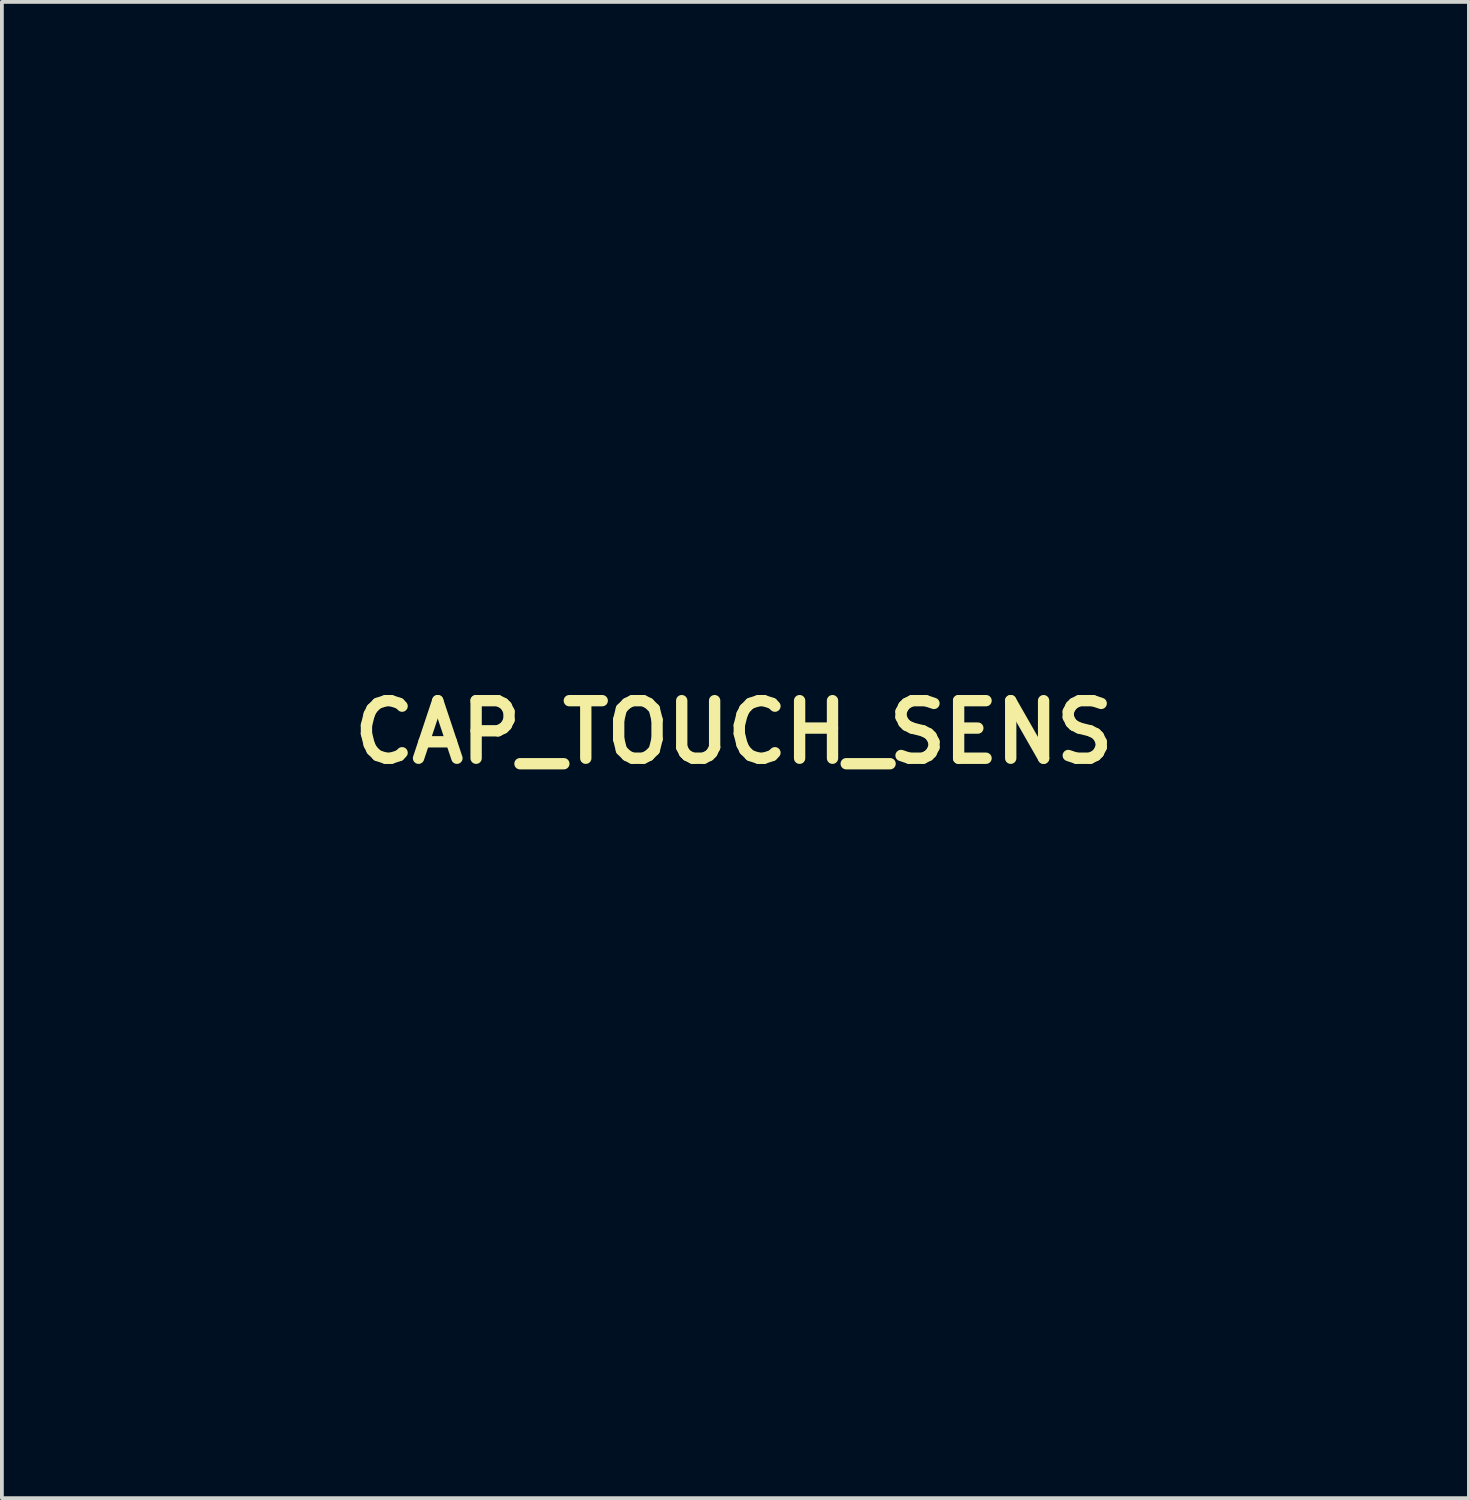
<source format=kicad_pcb>
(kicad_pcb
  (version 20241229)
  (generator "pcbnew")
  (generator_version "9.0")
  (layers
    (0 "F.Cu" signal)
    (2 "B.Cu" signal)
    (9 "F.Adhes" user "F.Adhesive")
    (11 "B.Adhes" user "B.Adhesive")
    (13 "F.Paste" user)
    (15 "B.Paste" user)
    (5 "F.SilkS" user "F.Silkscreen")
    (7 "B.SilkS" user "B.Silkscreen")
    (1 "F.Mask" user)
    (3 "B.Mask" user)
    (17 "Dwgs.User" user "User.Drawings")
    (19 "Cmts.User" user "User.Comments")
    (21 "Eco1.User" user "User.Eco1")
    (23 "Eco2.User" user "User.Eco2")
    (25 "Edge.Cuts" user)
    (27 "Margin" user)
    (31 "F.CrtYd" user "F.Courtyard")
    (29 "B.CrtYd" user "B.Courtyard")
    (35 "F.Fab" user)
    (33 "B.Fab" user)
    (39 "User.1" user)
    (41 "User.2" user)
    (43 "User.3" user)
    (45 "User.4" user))
  (footprint "CAP_TOUCH_SENS"
    (layer "F.Cu")
    (at 16.375 16.332)
    (property "Reference" "CAP_TOUCH_SENS" (at 0 0 0) (layer "F.SilkS") (effects (font (size 1.524 1.524) (thickness 0.3))))
    (attr through_hole)
    (fp_poly (pts (xy -14.511 -8.687) (xy -14.402 -8.603) (xy -14.327 -8.497) (xy -14.309 -8.424) (xy -14.345 -8.318) (xy -14.434 -8.216) (xy -14.547 -8.145) (xy -14.624 -8.128) (xy -14.735 -8.158) (xy -14.817 -8.213) (xy -14.887 -8.333) (xy -14.894 -8.468) (xy -14.847 -8.593) (xy -14.754 -8.685) (xy -14.624 -8.721) (xy -14.511 -8.687)) (stroke (width 0.01) (type solid)) (fill yes) (layer "F.Mask"))
    (fp_poly (pts (xy -14.511 -6.994) (xy -14.402 -6.91) (xy -14.327 -6.804) (xy -14.309 -6.731) (xy -14.345 -6.625) (xy -14.434 -6.523) (xy -14.547 -6.452) (xy -14.624 -6.435) (xy -14.735 -6.464) (xy -14.817 -6.519) (xy -14.887 -6.64) (xy -14.894 -6.774) (xy -14.847 -6.899) (xy -14.754 -6.992) (xy -14.624 -7.027) (xy -14.511 -6.994)) (stroke (width 0.01) (type solid)) (fill yes) (layer "F.Mask"))
    (fp_poly (pts (xy -14.511 -5.3) (xy -14.402 -5.217) (xy -14.327 -5.11) (xy -14.309 -5.038) (xy -14.345 -4.931) (xy -14.434 -4.829) (xy -14.547 -4.758) (xy -14.624 -4.741) (xy -14.735 -4.771) (xy -14.817 -4.826) (xy -14.887 -4.946) (xy -14.894 -5.081) (xy -14.847 -5.206) (xy -14.754 -5.298) (xy -14.624 -5.334) (xy -14.511 -5.3)) (stroke (width 0.01) (type solid)) (fill yes) (layer "F.Mask"))
    (fp_poly (pts (xy -14.511 -3.607) (xy -14.402 -3.523) (xy -14.327 -3.417) (xy -14.309 -3.344) (xy -14.345 -3.238) (xy -14.434 -3.136) (xy -14.547 -3.065) (xy -14.624 -3.048) (xy -14.735 -3.078) (xy -14.817 -3.133) (xy -14.887 -3.253) (xy -14.894 -3.388) (xy -14.847 -3.513) (xy -14.754 -3.605) (xy -14.624 -3.641) (xy -14.511 -3.607)) (stroke (width 0.01) (type solid)) (fill yes) (layer "F.Mask"))
    (fp_poly (pts (xy -14.511 -1.914) (xy -14.402 -1.83) (xy -14.327 -1.724) (xy -14.309 -1.651) (xy -14.345 -1.545) (xy -14.434 -1.443) (xy -14.547 -1.372) (xy -14.624 -1.355) (xy -14.735 -1.384) (xy -14.817 -1.439) (xy -14.887 -1.56) (xy -14.894 -1.694) (xy -14.847 -1.819) (xy -14.754 -1.912) (xy -14.624 -1.947) (xy -14.511 -1.914)) (stroke (width 0.01) (type solid)) (fill yes) (layer "F.Mask"))
    (fp_poly (pts (xy -14.511 -0.22) (xy -14.402 -0.137) (xy -14.327 -0.03) (xy -14.309 0.042) (xy -14.345 0.149) (xy -14.434 0.251) (xy -14.547 0.322) (xy -14.624 0.339) (xy -14.735 0.309) (xy -14.817 0.254) (xy -14.887 0.134) (xy -14.894 -0.001) (xy -14.847 -0.126) (xy -14.754 -0.218) (xy -14.624 -0.254) (xy -14.511 -0.22)) (stroke (width 0.01) (type solid)) (fill yes) (layer "F.Mask"))
    (fp_poly (pts (xy -14.511 1.473) (xy -14.402 1.557) (xy -14.327 1.663) (xy -14.309 1.736) (xy -14.345 1.842) (xy -14.434 1.944) (xy -14.547 2.015) (xy -14.624 2.032) (xy -14.735 2.002) (xy -14.817 1.947) (xy -14.887 1.827) (xy -14.894 1.692) (xy -14.847 1.567) (xy -14.754 1.475) (xy -14.624 1.439) (xy -14.511 1.473)) (stroke (width 0.01) (type solid)) (fill yes) (layer "F.Mask"))
    (fp_poly (pts (xy -14.511 3.166) (xy -14.402 3.25) (xy -14.327 3.356) (xy -14.309 3.429) (xy -14.345 3.535) (xy -14.434 3.637) (xy -14.547 3.708) (xy -14.624 3.725) (xy -14.735 3.696) (xy -14.817 3.641) (xy -14.887 3.52) (xy -14.894 3.386) (xy -14.847 3.261) (xy -14.754 3.168) (xy -14.624 3.133) (xy -14.511 3.166)) (stroke (width 0.01) (type solid)) (fill yes) (layer "F.Mask"))
    (fp_poly (pts (xy -5.679 -15.458) (xy -5.583 -15.358) (xy -5.546 -15.206) (xy -5.546 -15.198) (xy -5.579 -15.046) (xy -5.668 -14.944) (xy -5.791 -14.902) (xy -5.931 -14.928) (xy -6.014 -14.979) (xy -6.093 -15.09) (xy -6.109 -15.22) (xy -6.068 -15.346) (xy -5.98 -15.445) (xy -5.854 -15.493) (xy -5.826 -15.494) (xy -5.679 -15.458)) (stroke (width 0.01) (type solid)) (fill yes) (layer "F.Mask"))
    (fp_poly (pts (xy -5.679 -13.765) (xy -5.583 -13.665) (xy -5.546 -13.513) (xy -5.546 -13.504) (xy -5.579 -13.352) (xy -5.668 -13.251) (xy -5.791 -13.209) (xy -5.931 -13.235) (xy -6.014 -13.286) (xy -6.093 -13.397) (xy -6.109 -13.527) (xy -6.068 -13.653) (xy -5.98 -13.751) (xy -5.854 -13.799) (xy -5.826 -13.801) (xy -5.679 -13.765)) (stroke (width 0.01) (type solid)) (fill yes) (layer "F.Mask"))
    (fp_poly (pts (xy -5.679 -12.072) (xy -5.583 -11.972) (xy -5.546 -11.819) (xy -5.546 -11.811) (xy -5.579 -11.659) (xy -5.668 -11.558) (xy -5.791 -11.515) (xy -5.931 -11.542) (xy -6.014 -11.593) (xy -6.093 -11.703) (xy -6.109 -11.833) (xy -6.068 -11.959) (xy -5.98 -12.058) (xy -5.854 -12.106) (xy -5.826 -12.107) (xy -5.679 -12.072)) (stroke (width 0.01) (type solid)) (fill yes) (layer "F.Mask"))
    (fp_poly (pts (xy -5.679 -10.378) (xy -5.583 -10.278) (xy -5.546 -10.126) (xy -5.546 -10.118) (xy -5.579 -9.966) (xy -5.668 -9.864) (xy -5.791 -9.822) (xy -5.931 -9.848) (xy -6.014 -9.899) (xy -6.093 -10.01) (xy -6.109 -10.14) (xy -6.068 -10.266) (xy -5.98 -10.365) (xy -5.854 -10.413) (xy -5.826 -10.414) (xy -5.679 -10.378)) (stroke (width 0.01) (type solid)) (fill yes) (layer "F.Mask"))
    (fp_poly (pts (xy -5.679 -8.685) (xy -5.583 -8.585) (xy -5.546 -8.433) (xy -5.546 -8.424) (xy -5.579 -8.272) (xy -5.668 -8.171) (xy -5.791 -8.129) (xy -5.931 -8.155) (xy -6.014 -8.206) (xy -6.093 -8.317) (xy -6.109 -8.447) (xy -6.068 -8.573) (xy -5.98 -8.671) (xy -5.854 -8.719) (xy -5.826 -8.721) (xy -5.679 -8.685)) (stroke (width 0.01) (type solid)) (fill yes) (layer "F.Mask"))
    (fp_poly (pts (xy -5.679 -6.992) (xy -5.583 -6.892) (xy -5.546 -6.739) (xy -5.546 -6.731) (xy -5.579 -6.579) (xy -5.668 -6.478) (xy -5.791 -6.435) (xy -5.931 -6.462) (xy -6.014 -6.513) (xy -6.093 -6.623) (xy -6.109 -6.753) (xy -6.068 -6.879) (xy -5.98 -6.978) (xy -5.854 -7.026) (xy -5.826 -7.027) (xy -5.679 -6.992)) (stroke (width 0.01) (type solid)) (fill yes) (layer "F.Mask"))
    (fp_poly (pts (xy -5.679 -5.298) (xy -5.583 -5.198) (xy -5.546 -5.046) (xy -5.546 -5.038) (xy -5.579 -4.886) (xy -5.668 -4.784) (xy -5.791 -4.742) (xy -5.931 -4.768) (xy -6.014 -4.819) (xy -6.093 -4.93) (xy -6.109 -5.06) (xy -6.068 -5.186) (xy -5.98 -5.285) (xy -5.854 -5.333) (xy -5.826 -5.334) (xy -5.679 -5.298)) (stroke (width 0.01) (type solid)) (fill yes) (layer "F.Mask"))
    (fp_poly (pts (xy -5.679 -3.605) (xy -5.583 -3.505) (xy -5.546 -3.353) (xy -5.546 -3.344) (xy -5.579 -3.192) (xy -5.668 -3.091) (xy -5.791 -3.049) (xy -5.931 -3.075) (xy -6.014 -3.126) (xy -6.093 -3.237) (xy -6.109 -3.367) (xy -6.068 -3.493) (xy -5.98 -3.591) (xy -5.854 -3.639) (xy -5.826 -3.641) (xy -5.679 -3.605)) (stroke (width 0.01) (type solid)) (fill yes) (layer "F.Mask"))
    (fp_poly (pts (xy -5.679 -1.912) (xy -5.583 -1.812) (xy -5.546 -1.659) (xy -5.546 -1.651) (xy -5.579 -1.499) (xy -5.668 -1.398) (xy -5.791 -1.355) (xy -5.931 -1.382) (xy -6.014 -1.433) (xy -6.093 -1.543) (xy -6.109 -1.673) (xy -6.068 -1.799) (xy -5.98 -1.898) (xy -5.854 -1.946) (xy -5.826 -1.947) (xy -5.679 -1.912)) (stroke (width 0.01) (type solid)) (fill yes) (layer "F.Mask"))
    (fp_poly (pts (xy -5.679 -0.218) (xy -5.583 -0.118) (xy -5.546 0.034) (xy -5.546 0.042) (xy -5.579 0.194) (xy -5.668 0.296) (xy -5.791 0.338) (xy -5.931 0.312) (xy -6.014 0.261) (xy -6.093 0.15) (xy -6.109 0.02) (xy -6.068 -0.106) (xy -5.98 -0.205) (xy -5.854 -0.253) (xy -5.826 -0.254) (xy -5.679 -0.218)) (stroke (width 0.01) (type solid)) (fill yes) (layer "F.Mask"))
    (fp_poly (pts (xy -5.679 1.475) (xy -5.583 1.575) (xy -5.546 1.727) (xy -5.546 1.736) (xy -5.579 1.888) (xy -5.668 1.989) (xy -5.791 2.031) (xy -5.931 2.005) (xy -6.014 1.954) (xy -6.093 1.843) (xy -6.109 1.713) (xy -6.068 1.587) (xy -5.98 1.489) (xy -5.854 1.441) (xy -5.826 1.439) (xy -5.679 1.475)) (stroke (width 0.01) (type solid)) (fill yes) (layer "F.Mask"))
    (fp_poly (pts (xy -5.679 3.168) (xy -5.583 3.268) (xy -5.546 3.421) (xy -5.546 3.429) (xy -5.579 3.581) (xy -5.668 3.682) (xy -5.791 3.725) (xy -5.931 3.698) (xy -6.014 3.647) (xy -6.093 3.537) (xy -6.109 3.407) (xy -6.068 3.281) (xy -5.98 3.182) (xy -5.854 3.134) (xy -5.826 3.133) (xy -5.679 3.168)) (stroke (width 0.01) (type solid)) (fill yes) (layer "F.Mask"))
    (fp_poly (pts (xy -5.679 4.862) (xy -5.583 4.962) (xy -5.546 5.114) (xy -5.546 5.122) (xy -5.579 5.274) (xy -5.668 5.376) (xy -5.791 5.418) (xy -5.931 5.392) (xy -6.014 5.341) (xy -6.093 5.23) (xy -6.109 5.1) (xy -6.068 4.974) (xy -5.98 4.875) (xy -5.854 4.827) (xy -5.826 4.826) (xy -5.679 4.862)) (stroke (width 0.01) (type solid)) (fill yes) (layer "F.Mask"))
    (fp_poly (pts (xy -5.679 6.555) (xy -5.583 6.655) (xy -5.546 6.807) (xy -5.546 6.816) (xy -5.579 6.968) (xy -5.668 7.069) (xy -5.791 7.111) (xy -5.931 7.085) (xy -6.014 7.034) (xy -6.093 6.923) (xy -6.109 6.793) (xy -6.068 6.667) (xy -5.98 6.569) (xy -5.854 6.521) (xy -5.826 6.519) (xy -5.679 6.555)) (stroke (width 0.01) (type solid)) (fill yes) (layer "F.Mask"))
    (fp_poly (pts (xy -5.679 8.248) (xy -5.583 8.348) (xy -5.546 8.501) (xy -5.546 8.509) (xy -5.579 8.661) (xy -5.668 8.762) (xy -5.791 8.805) (xy -5.931 8.778) (xy -6.014 8.727) (xy -6.093 8.617) (xy -6.109 8.487) (xy -6.068 8.361) (xy -5.98 8.262) (xy -5.854 8.214) (xy -5.826 8.213) (xy -5.679 8.248)) (stroke (width 0.01) (type solid)) (fill yes) (layer "F.Mask"))
    (fp_poly (pts (xy -5.679 9.942) (xy -5.583 10.042) (xy -5.546 10.194) (xy -5.546 10.202) (xy -5.579 10.354) (xy -5.668 10.456) (xy -5.791 10.498) (xy -5.931 10.472) (xy -6.014 10.421) (xy -6.093 10.31) (xy -6.109 10.18) (xy -6.068 10.054) (xy -5.98 9.955) (xy -5.854 9.907) (xy -5.826 9.906) (xy -5.679 9.942)) (stroke (width 0.01) (type solid)) (fill yes) (layer "F.Mask"))
    (fp_poly (pts (xy -5.679 11.635) (xy -5.583 11.735) (xy -5.546 11.887) (xy -5.546 11.896) (xy -5.579 12.048) (xy -5.668 12.149) (xy -5.791 12.191) (xy -5.931 12.165) (xy -6.014 12.114) (xy -6.093 12.003) (xy -6.109 11.873) (xy -6.068 11.747) (xy -5.98 11.649) (xy -5.854 11.601) (xy -5.826 11.599) (xy -5.679 11.635)) (stroke (width 0.01) (type solid)) (fill yes) (layer "F.Mask"))
    (fp_poly (pts (xy -5.679 13.328) (xy -5.583 13.428) (xy -5.546 13.581) (xy -5.546 13.589) (xy -5.579 13.741) (xy -5.668 13.842) (xy -5.791 13.885) (xy -5.931 13.858) (xy -6.014 13.807) (xy -6.093 13.697) (xy -6.109 13.567) (xy -6.068 13.441) (xy -5.98 13.342) (xy -5.854 13.294) (xy -5.826 13.293) (xy -5.679 13.328)) (stroke (width 0.01) (type solid)) (fill yes) (layer "F.Mask"))
    (fp_poly (pts (xy -5.679 15.022) (xy -5.583 15.122) (xy -5.546 15.274) (xy -5.546 15.282) (xy -5.579 15.434) (xy -5.668 15.536) (xy -5.791 15.578) (xy -5.931 15.552) (xy -6.014 15.501) (xy -6.093 15.39) (xy -6.109 15.26) (xy -6.068 15.134) (xy -5.98 15.035) (xy -5.854 14.987) (xy -5.826 14.986) (xy -5.679 15.022)) (stroke (width 0.01) (type solid)) (fill yes) (layer "F.Mask"))
    (fp_poly (pts (xy -2.785 -13.767) (xy -2.676 -13.683) (xy -2.6 -13.577) (xy -2.582 -13.504) (xy -2.618 -13.398) (xy -2.707 -13.296) (xy -2.82 -13.225) (xy -2.898 -13.208) (xy -3.009 -13.238) (xy -3.09 -13.293) (xy -3.161 -13.413) (xy -3.168 -13.548) (xy -3.121 -13.673) (xy -3.027 -13.765) (xy -2.898 -13.801) (xy -2.785 -13.767)) (stroke (width 0.01) (type solid)) (fill yes) (layer "F.Mask"))
    (fp_poly (pts (xy -2.785 -12.074) (xy -2.676 -11.99) (xy -2.6 -11.884) (xy -2.582 -11.811) (xy -2.618 -11.705) (xy -2.707 -11.603) (xy -2.82 -11.532) (xy -2.898 -11.515) (xy -3.009 -11.544) (xy -3.09 -11.599) (xy -3.161 -11.72) (xy -3.168 -11.854) (xy -3.121 -11.979) (xy -3.027 -12.072) (xy -2.898 -12.107) (xy -2.785 -12.074)) (stroke (width 0.01) (type solid)) (fill yes) (layer "F.Mask"))
    (fp_poly (pts (xy -2.785 -10.38) (xy -2.676 -10.297) (xy -2.6 -10.19) (xy -2.582 -10.118) (xy -2.618 -10.011) (xy -2.707 -9.909) (xy -2.82 -9.838) (xy -2.898 -9.821) (xy -3.009 -9.851) (xy -3.09 -9.906) (xy -3.161 -10.026) (xy -3.168 -10.161) (xy -3.121 -10.286) (xy -3.027 -10.378) (xy -2.898 -10.414) (xy -2.785 -10.38)) (stroke (width 0.01) (type solid)) (fill yes) (layer "F.Mask"))
    (fp_poly (pts (xy -2.785 -8.687) (xy -2.676 -8.603) (xy -2.6 -8.497) (xy -2.582 -8.424) (xy -2.618 -8.318) (xy -2.707 -8.216) (xy -2.82 -8.145) (xy -2.898 -8.128) (xy -3.009 -8.158) (xy -3.09 -8.213) (xy -3.161 -8.333) (xy -3.168 -8.468) (xy -3.121 -8.593) (xy -3.027 -8.685) (xy -2.898 -8.721) (xy -2.785 -8.687)) (stroke (width 0.01) (type solid)) (fill yes) (layer "F.Mask"))
    (fp_poly (pts (xy -2.785 -6.994) (xy -2.676 -6.91) (xy -2.6 -6.804) (xy -2.582 -6.731) (xy -2.618 -6.625) (xy -2.707 -6.523) (xy -2.82 -6.452) (xy -2.898 -6.435) (xy -3.009 -6.464) (xy -3.09 -6.519) (xy -3.161 -6.64) (xy -3.168 -6.774) (xy -3.121 -6.899) (xy -3.027 -6.992) (xy -2.898 -7.027) (xy -2.785 -6.994)) (stroke (width 0.01) (type solid)) (fill yes) (layer "F.Mask"))
    (fp_poly (pts (xy -2.785 -5.3) (xy -2.676 -5.217) (xy -2.6 -5.11) (xy -2.582 -5.038) (xy -2.618 -4.931) (xy -2.707 -4.829) (xy -2.82 -4.758) (xy -2.898 -4.741) (xy -3.009 -4.771) (xy -3.09 -4.826) (xy -3.161 -4.946) (xy -3.168 -5.081) (xy -3.121 -5.206) (xy -3.027 -5.298) (xy -2.898 -5.334) (xy -2.785 -5.3)) (stroke (width 0.01) (type solid)) (fill yes) (layer "F.Mask"))
    (fp_poly (pts (xy -2.785 -3.607) (xy -2.676 -3.523) (xy -2.6 -3.417) (xy -2.582 -3.344) (xy -2.618 -3.238) (xy -2.707 -3.136) (xy -2.82 -3.065) (xy -2.898 -3.048) (xy -3.009 -3.078) (xy -3.09 -3.133) (xy -3.161 -3.253) (xy -3.168 -3.388) (xy -3.121 -3.513) (xy -3.027 -3.605) (xy -2.898 -3.641) (xy -2.785 -3.607)) (stroke (width 0.01) (type solid)) (fill yes) (layer "F.Mask"))
    (fp_poly (pts (xy -2.785 -1.914) (xy -2.676 -1.83) (xy -2.6 -1.724) (xy -2.582 -1.651) (xy -2.618 -1.545) (xy -2.707 -1.443) (xy -2.82 -1.372) (xy -2.898 -1.355) (xy -3.009 -1.384) (xy -3.09 -1.439) (xy -3.161 -1.56) (xy -3.168 -1.694) (xy -3.121 -1.819) (xy -3.027 -1.912) (xy -2.898 -1.947) (xy -2.785 -1.914)) (stroke (width 0.01) (type solid)) (fill yes) (layer "F.Mask"))
    (fp_poly (pts (xy -2.785 -0.22) (xy -2.676 -0.137) (xy -2.6 -0.03) (xy -2.582 0.042) (xy -2.618 0.149) (xy -2.707 0.251) (xy -2.82 0.322) (xy -2.898 0.339) (xy -3.009 0.309) (xy -3.09 0.254) (xy -3.161 0.134) (xy -3.168 -0.001) (xy -3.121 -0.126) (xy -3.027 -0.218) (xy -2.898 -0.254) (xy -2.785 -0.22)) (stroke (width 0.01) (type solid)) (fill yes) (layer "F.Mask"))
    (fp_poly (pts (xy -2.785 1.473) (xy -2.676 1.557) (xy -2.6 1.663) (xy -2.582 1.736) (xy -2.618 1.842) (xy -2.707 1.944) (xy -2.82 2.015) (xy -2.898 2.032) (xy -3.009 2.002) (xy -3.09 1.947) (xy -3.161 1.827) (xy -3.168 1.692) (xy -3.121 1.567) (xy -3.027 1.475) (xy -2.898 1.439) (xy -2.785 1.473)) (stroke (width 0.01) (type solid)) (fill yes) (layer "F.Mask"))
    (fp_poly (pts (xy -2.785 3.166) (xy -2.676 3.25) (xy -2.6 3.356) (xy -2.582 3.429) (xy -2.618 3.535) (xy -2.707 3.637) (xy -2.82 3.708) (xy -2.898 3.725) (xy -3.009 3.696) (xy -3.09 3.641) (xy -3.161 3.52) (xy -3.168 3.386) (xy -3.121 3.261) (xy -3.027 3.168) (xy -2.898 3.133) (xy -2.785 3.166)) (stroke (width 0.01) (type solid)) (fill yes) (layer "F.Mask"))
    (fp_poly (pts (xy -2.785 4.86) (xy -2.676 4.943) (xy -2.6 5.05) (xy -2.582 5.122) (xy -2.618 5.229) (xy -2.707 5.331) (xy -2.82 5.402) (xy -2.898 5.419) (xy -3.009 5.389) (xy -3.09 5.334) (xy -3.161 5.214) (xy -3.168 5.079) (xy -3.121 4.954) (xy -3.027 4.862) (xy -2.898 4.826) (xy -2.785 4.86)) (stroke (width 0.01) (type solid)) (fill yes) (layer "F.Mask"))
    (fp_poly (pts (xy -2.785 6.553) (xy -2.676 6.637) (xy -2.6 6.743) (xy -2.582 6.816) (xy -2.618 6.922) (xy -2.707 7.024) (xy -2.82 7.095) (xy -2.898 7.112) (xy -3.009 7.082) (xy -3.09 7.027) (xy -3.161 6.907) (xy -3.168 6.772) (xy -3.121 6.647) (xy -3.027 6.555) (xy -2.898 6.519) (xy -2.785 6.553)) (stroke (width 0.01) (type solid)) (fill yes) (layer "F.Mask"))
    (fp_poly (pts (xy -2.785 8.246) (xy -2.676 8.33) (xy -2.6 8.436) (xy -2.582 8.509) (xy -2.618 8.615) (xy -2.707 8.717) (xy -2.82 8.788) (xy -2.898 8.805) (xy -3.009 8.776) (xy -3.09 8.721) (xy -3.161 8.6) (xy -3.168 8.466) (xy -3.121 8.341) (xy -3.027 8.248) (xy -2.898 8.213) (xy -2.785 8.246)) (stroke (width 0.01) (type solid)) (fill yes) (layer "F.Mask"))
    (fp_poly (pts (xy -2.785 9.94) (xy -2.676 10.023) (xy -2.6 10.13) (xy -2.582 10.202) (xy -2.618 10.309) (xy -2.707 10.411) (xy -2.82 10.482) (xy -2.898 10.499) (xy -3.009 10.469) (xy -3.09 10.414) (xy -3.161 10.294) (xy -3.168 10.159) (xy -3.121 10.034) (xy -3.027 9.942) (xy -2.898 9.906) (xy -2.785 9.94)) (stroke (width 0.01) (type solid)) (fill yes) (layer "F.Mask"))
    (fp_poly (pts (xy -2.785 11.633) (xy -2.676 11.717) (xy -2.6 11.823) (xy -2.582 11.896) (xy -2.618 12.002) (xy -2.707 12.104) (xy -2.82 12.175) (xy -2.898 12.192) (xy -3.009 12.162) (xy -3.09 12.107) (xy -3.161 11.987) (xy -3.168 11.852) (xy -3.121 11.727) (xy -3.027 11.635) (xy -2.898 11.599) (xy -2.785 11.633)) (stroke (width 0.01) (type solid)) (fill yes) (layer "F.Mask"))
    (fp_poly (pts (xy -2.785 13.326) (xy -2.676 13.41) (xy -2.6 13.516) (xy -2.582 13.589) (xy -2.618 13.695) (xy -2.707 13.797) (xy -2.82 13.868) (xy -2.898 13.885) (xy -3.009 13.856) (xy -3.09 13.801) (xy -3.161 13.68) (xy -3.168 13.546) (xy -3.121 13.421) (xy -3.027 13.328) (xy -2.898 13.293) (xy -2.785 13.326)) (stroke (width 0.01) (type solid)) (fill yes) (layer "F.Mask"))
    (fp_poly (pts (xy -2.785 15.02) (xy -2.676 15.103) (xy -2.6 15.21) (xy -2.582 15.282) (xy -2.618 15.389) (xy -2.707 15.491) (xy -2.82 15.562) (xy -2.898 15.579) (xy -3.009 15.549) (xy -3.09 15.494) (xy -3.161 15.374) (xy -3.168 15.239) (xy -3.121 15.114) (xy -3.027 15.022) (xy -2.898 14.986) (xy -2.785 15.02)) (stroke (width 0.01) (type solid)) (fill yes) (layer "F.Mask"))
    (fp_poly (pts (xy -2.785 16.713) (xy -2.676 16.797) (xy -2.6 16.903) (xy -2.582 16.976) (xy -2.618 17.082) (xy -2.707 17.184) (xy -2.82 17.255) (xy -2.898 17.272) (xy -3.009 17.242) (xy -3.09 17.187) (xy -3.161 17.067) (xy -3.168 16.932) (xy -3.121 16.807) (xy -3.027 16.715) (xy -2.898 16.679) (xy -2.785 16.713)) (stroke (width 0.01) (type solid)) (fill yes) (layer "F.Mask"))
    (fp_poly (pts (xy 1.618 -12.92) (xy 1.727 -12.837) (xy 1.802 -12.73) (xy 1.82 -12.658) (xy 1.784 -12.551) (xy 1.695 -12.449) (xy 1.582 -12.378) (xy 1.505 -12.361) (xy 1.394 -12.391) (xy 1.312 -12.446) (xy 1.242 -12.566) (xy 1.235 -12.701) (xy 1.282 -12.826) (xy 1.375 -12.918) (xy 1.505 -12.954) (xy 1.618 -12.92)) (stroke (width 0.01) (type solid)) (fill yes) (layer "F.Mask"))
    (fp_poly (pts (xy 1.618 -11.227) (xy 1.727 -11.143) (xy 1.802 -11.037) (xy 1.82 -10.964) (xy 1.784 -10.858) (xy 1.695 -10.756) (xy 1.582 -10.685) (xy 1.505 -10.668) (xy 1.394 -10.698) (xy 1.312 -10.753) (xy 1.242 -10.873) (xy 1.235 -11.008) (xy 1.282 -11.133) (xy 1.375 -11.225) (xy 1.505 -11.261) (xy 1.618 -11.227)) (stroke (width 0.01) (type solid)) (fill yes) (layer "F.Mask"))
    (fp_poly (pts (xy 1.618 -9.534) (xy 1.727 -9.45) (xy 1.802 -9.344) (xy 1.82 -9.271) (xy 1.784 -9.165) (xy 1.695 -9.063) (xy 1.582 -8.992) (xy 1.505 -8.975) (xy 1.394 -9.004) (xy 1.312 -9.059) (xy 1.242 -9.18) (xy 1.235 -9.314) (xy 1.282 -9.439) (xy 1.375 -9.532) (xy 1.505 -9.567) (xy 1.618 -9.534)) (stroke (width 0.01) (type solid)) (fill yes) (layer "F.Mask"))
    (fp_poly (pts (xy 1.618 -7.84) (xy 1.727 -7.757) (xy 1.802 -7.65) (xy 1.82 -7.578) (xy 1.784 -7.471) (xy 1.695 -7.369) (xy 1.582 -7.298) (xy 1.505 -7.281) (xy 1.394 -7.311) (xy 1.312 -7.366) (xy 1.242 -7.486) (xy 1.235 -7.621) (xy 1.282 -7.746) (xy 1.375 -7.838) (xy 1.505 -7.874) (xy 1.618 -7.84)) (stroke (width 0.01) (type solid)) (fill yes) (layer "F.Mask"))
    (fp_poly (pts (xy 1.618 -6.147) (xy 1.727 -6.063) (xy 1.802 -5.957) (xy 1.82 -5.884) (xy 1.784 -5.778) (xy 1.695 -5.676) (xy 1.582 -5.605) (xy 1.505 -5.588) (xy 1.394 -5.618) (xy 1.312 -5.673) (xy 1.242 -5.793) (xy 1.235 -5.928) (xy 1.282 -6.053) (xy 1.375 -6.145) (xy 1.505 -6.181) (xy 1.618 -6.147)) (stroke (width 0.01) (type solid)) (fill yes) (layer "F.Mask"))
    (fp_poly (pts (xy 1.618 -4.454) (xy 1.727 -4.37) (xy 1.802 -4.264) (xy 1.82 -4.191) (xy 1.784 -4.085) (xy 1.695 -3.983) (xy 1.582 -3.912) (xy 1.505 -3.895) (xy 1.394 -3.924) (xy 1.312 -3.979) (xy 1.242 -4.1) (xy 1.235 -4.234) (xy 1.282 -4.359) (xy 1.375 -4.452) (xy 1.505 -4.487) (xy 1.618 -4.454)) (stroke (width 0.01) (type solid)) (fill yes) (layer "F.Mask"))
    (fp_poly (pts (xy 1.618 -2.76) (xy 1.727 -2.677) (xy 1.802 -2.57) (xy 1.82 -2.498) (xy 1.784 -2.391) (xy 1.695 -2.289) (xy 1.582 -2.218) (xy 1.505 -2.201) (xy 1.394 -2.231) (xy 1.312 -2.286) (xy 1.242 -2.406) (xy 1.235 -2.541) (xy 1.282 -2.666) (xy 1.375 -2.758) (xy 1.505 -2.794) (xy 1.618 -2.76)) (stroke (width 0.01) (type solid)) (fill yes) (layer "F.Mask"))
    (fp_poly (pts (xy 1.618 -1.067) (xy 1.727 -0.983) (xy 1.802 -0.877) (xy 1.82 -0.804) (xy 1.784 -0.698) (xy 1.695 -0.596) (xy 1.582 -0.525) (xy 1.505 -0.508) (xy 1.394 -0.538) (xy 1.312 -0.593) (xy 1.242 -0.713) (xy 1.235 -0.848) (xy 1.282 -0.973) (xy 1.375 -1.065) (xy 1.505 -1.101) (xy 1.618 -1.067)) (stroke (width 0.01) (type solid)) (fill yes) (layer "F.Mask"))
    (fp_poly (pts (xy 1.618 0.626) (xy 1.727 0.71) (xy 1.802 0.816) (xy 1.82 0.889) (xy 1.784 0.995) (xy 1.695 1.097) (xy 1.582 1.168) (xy 1.505 1.185) (xy 1.394 1.156) (xy 1.312 1.101) (xy 1.242 0.98) (xy 1.235 0.846) (xy 1.282 0.721) (xy 1.375 0.628) (xy 1.505 0.593) (xy 1.618 0.626)) (stroke (width 0.01) (type solid)) (fill yes) (layer "F.Mask"))
    (fp_poly (pts (xy 1.618 2.32) (xy 1.727 2.403) (xy 1.802 2.51) (xy 1.82 2.582) (xy 1.784 2.689) (xy 1.695 2.791) (xy 1.582 2.862) (xy 1.505 2.879) (xy 1.394 2.849) (xy 1.312 2.794) (xy 1.242 2.674) (xy 1.235 2.539) (xy 1.282 2.414) (xy 1.375 2.322) (xy 1.505 2.286) (xy 1.618 2.32)) (stroke (width 0.01) (type solid)) (fill yes) (layer "F.Mask"))
    (fp_poly (pts (xy 1.618 4.013) (xy 1.727 4.097) (xy 1.802 4.203) (xy 1.82 4.276) (xy 1.784 4.382) (xy 1.695 4.484) (xy 1.582 4.555) (xy 1.505 4.572) (xy 1.394 4.542) (xy 1.312 4.487) (xy 1.242 4.367) (xy 1.235 4.232) (xy 1.282 4.107) (xy 1.375 4.015) (xy 1.505 3.979) (xy 1.618 4.013)) (stroke (width 0.01) (type solid)) (fill yes) (layer "F.Mask"))
    (fp_poly (pts (xy 1.618 5.706) (xy 1.727 5.79) (xy 1.802 5.896) (xy 1.82 5.969) (xy 1.784 6.075) (xy 1.695 6.177) (xy 1.582 6.248) (xy 1.505 6.265) (xy 1.394 6.236) (xy 1.312 6.181) (xy 1.242 6.06) (xy 1.235 5.926) (xy 1.282 5.801) (xy 1.375 5.708) (xy 1.505 5.673) (xy 1.618 5.706)) (stroke (width 0.01) (type solid)) (fill yes) (layer "F.Mask"))
    (fp_poly (pts (xy 1.618 7.4) (xy 1.727 7.483) (xy 1.802 7.59) (xy 1.82 7.662) (xy 1.784 7.769) (xy 1.695 7.871) (xy 1.582 7.942) (xy 1.505 7.959) (xy 1.394 7.929) (xy 1.312 7.874) (xy 1.242 7.754) (xy 1.235 7.619) (xy 1.282 7.494) (xy 1.375 7.402) (xy 1.505 7.366) (xy 1.618 7.4)) (stroke (width 0.01) (type solid)) (fill yes) (layer "F.Mask"))
    (fp_poly (pts (xy 1.618 9.093) (xy 1.727 9.177) (xy 1.802 9.283) (xy 1.82 9.356) (xy 1.784 9.462) (xy 1.695 9.564) (xy 1.582 9.635) (xy 1.505 9.652) (xy 1.394 9.622) (xy 1.312 9.567) (xy 1.242 9.447) (xy 1.235 9.312) (xy 1.282 9.187) (xy 1.375 9.095) (xy 1.505 9.059) (xy 1.618 9.093)) (stroke (width 0.01) (type solid)) (fill yes) (layer "F.Mask"))
    (fp_poly (pts (xy 1.618 10.786) (xy 1.727 10.87) (xy 1.802 10.976) (xy 1.82 11.049) (xy 1.784 11.155) (xy 1.695 11.257) (xy 1.582 11.328) (xy 1.505 11.345) (xy 1.394 11.316) (xy 1.312 11.261) (xy 1.242 11.14) (xy 1.235 11.006) (xy 1.282 10.881) (xy 1.375 10.788) (xy 1.505 10.753) (xy 1.618 10.786)) (stroke (width 0.01) (type solid)) (fill yes) (layer "F.Mask"))
    (fp_poly (pts (xy 1.618 12.48) (xy 1.727 12.563) (xy 1.802 12.67) (xy 1.82 12.742) (xy 1.784 12.849) (xy 1.695 12.951) (xy 1.582 13.022) (xy 1.505 13.039) (xy 1.394 13.009) (xy 1.312 12.954) (xy 1.242 12.834) (xy 1.235 12.699) (xy 1.282 12.574) (xy 1.375 12.482) (xy 1.505 12.446) (xy 1.618 12.48)) (stroke (width 0.01) (type solid)) (fill yes) (layer "F.Mask"))
    (fp_poly (pts (xy 1.618 14.173) (xy 1.727 14.257) (xy 1.802 14.363) (xy 1.82 14.436) (xy 1.784 14.542) (xy 1.695 14.644) (xy 1.582 14.715) (xy 1.505 14.732) (xy 1.394 14.702) (xy 1.312 14.647) (xy 1.242 14.527) (xy 1.235 14.392) (xy 1.282 14.267) (xy 1.375 14.175) (xy 1.505 14.139) (xy 1.618 14.173)) (stroke (width 0.01) (type solid)) (fill yes) (layer "F.Mask"))
    (fp_poly (pts (xy 1.618 15.866) (xy 1.727 15.95) (xy 1.802 16.056) (xy 1.82 16.129) (xy 1.784 16.235) (xy 1.695 16.337) (xy 1.582 16.408) (xy 1.505 16.425) (xy 1.394 16.396) (xy 1.312 16.341) (xy 1.242 16.22) (xy 1.235 16.086) (xy 1.282 15.961) (xy 1.375 15.868) (xy 1.505 15.833) (xy 1.618 15.866)) (stroke (width 0.01) (type solid)) (fill yes) (layer "F.Mask"))
    (fp_poly (pts (xy -16.012 -6.166) (xy -15.884 -6.085) (xy -15.882 -6.083) (xy -15.804 -5.948) (xy -15.805 -5.809) (xy -15.886 -5.682) (xy -15.888 -5.68) (xy -16.023 -5.601) (xy -16.162 -5.603) (xy -16.289 -5.684) (xy -16.291 -5.686) (xy -16.37 -5.82) (xy -16.368 -5.959) (xy -16.287 -6.087) (xy -16.285 -6.089) (xy -16.151 -6.167) (xy -16.012 -6.166)) (stroke (width 0.01) (type solid)) (fill yes) (layer "F.Mask"))
    (fp_poly (pts (xy -16.012 -4.473) (xy -15.884 -4.392) (xy -15.882 -4.389) (xy -15.804 -4.255) (xy -15.805 -4.116) (xy -15.886 -3.989) (xy -15.888 -3.987) (xy -16.023 -3.908) (xy -16.162 -3.909) (xy -16.289 -3.99) (xy -16.291 -3.993) (xy -16.37 -4.127) (xy -16.368 -4.266) (xy -16.287 -4.393) (xy -16.285 -4.395) (xy -16.151 -4.474) (xy -16.012 -4.473)) (stroke (width 0.01) (type solid)) (fill yes) (layer "F.Mask"))
    (fp_poly (pts (xy -16.012 -2.779) (xy -15.884 -2.698) (xy -15.882 -2.696) (xy -15.804 -2.562) (xy -15.805 -2.423) (xy -15.886 -2.295) (xy -15.888 -2.293) (xy -16.023 -2.215) (xy -16.162 -2.216) (xy -16.289 -2.297) (xy -16.291 -2.299) (xy -16.37 -2.434) (xy -16.368 -2.573) (xy -16.287 -2.7) (xy -16.285 -2.702) (xy -16.151 -2.781) (xy -16.012 -2.779)) (stroke (width 0.01) (type solid)) (fill yes) (layer "F.Mask"))
    (fp_poly (pts (xy -16.012 -1.086) (xy -15.884 -1.005) (xy -15.882 -1.003) (xy -15.804 -0.868) (xy -15.805 -0.729) (xy -15.886 -0.602) (xy -15.888 -0.6) (xy -16.023 -0.521) (xy -16.162 -0.523) (xy -16.289 -0.604) (xy -16.291 -0.606) (xy -16.37 -0.74) (xy -16.368 -0.879) (xy -16.287 -1.007) (xy -16.285 -1.009) (xy -16.151 -1.087) (xy -16.012 -1.086)) (stroke (width 0.01) (type solid)) (fill yes) (layer "F.Mask"))
    (fp_poly (pts (xy -16.012 0.607) (xy -15.884 0.688) (xy -15.882 0.691) (xy -15.804 0.825) (xy -15.805 0.964) (xy -15.886 1.091) (xy -15.888 1.093) (xy -16.023 1.172) (xy -16.162 1.171) (xy -16.289 1.09) (xy -16.291 1.087) (xy -16.37 0.953) (xy -16.368 0.814) (xy -16.287 0.687) (xy -16.285 0.685) (xy -16.151 0.606) (xy -16.012 0.607)) (stroke (width 0.01) (type solid)) (fill yes) (layer "F.Mask"))
    (fp_poly (pts (xy -16.012 2.301) (xy -15.884 2.382) (xy -15.882 2.384) (xy -15.804 2.518) (xy -15.805 2.657) (xy -15.886 2.785) (xy -15.888 2.787) (xy -16.023 2.865) (xy -16.162 2.864) (xy -16.289 2.783) (xy -16.291 2.781) (xy -16.37 2.646) (xy -16.368 2.507) (xy -16.287 2.38) (xy -16.285 2.378) (xy -16.151 2.299) (xy -16.012 2.301)) (stroke (width 0.01) (type solid)) (fill yes) (layer "F.Mask"))
    (fp_poly (pts (xy -16.012 3.994) (xy -15.884 4.075) (xy -15.882 4.077) (xy -15.804 4.212) (xy -15.805 4.351) (xy -15.886 4.478) (xy -15.888 4.48) (xy -16.023 4.559) (xy -16.162 4.557) (xy -16.289 4.476) (xy -16.291 4.474) (xy -16.37 4.34) (xy -16.368 4.201) (xy -16.287 4.073) (xy -16.285 4.071) (xy -16.151 3.993) (xy -16.012 3.994)) (stroke (width 0.01) (type solid)) (fill yes) (layer "F.Mask"))
    (fp_poly (pts (xy -10.119 -12.928) (xy -10.031 -12.876) (xy -9.95 -12.765) (xy -9.935 -12.636) (xy -9.976 -12.51) (xy -10.065 -12.411) (xy -10.193 -12.363) (xy -10.223 -12.361) (xy -10.328 -12.388) (xy -10.416 -12.439) (xy -10.497 -12.55) (xy -10.512 -12.68) (xy -10.471 -12.805) (xy -10.382 -12.904) (xy -10.254 -12.952) (xy -10.223 -12.954) (xy -10.119 -12.928)) (stroke (width 0.01) (type solid)) (fill yes) (layer "F.Mask"))
    (fp_poly (pts (xy -10.119 -11.234) (xy -10.031 -11.183) (xy -9.95 -11.072) (xy -9.935 -10.942) (xy -9.976 -10.817) (xy -10.065 -10.718) (xy -10.193 -10.67) (xy -10.223 -10.668) (xy -10.328 -10.694) (xy -10.416 -10.746) (xy -10.497 -10.857) (xy -10.512 -10.986) (xy -10.471 -11.112) (xy -10.382 -11.211) (xy -10.254 -11.259) (xy -10.223 -11.261) (xy -10.119 -11.234)) (stroke (width 0.01) (type solid)) (fill yes) (layer "F.Mask"))
    (fp_poly (pts (xy -10.119 -9.541) (xy -10.031 -9.489) (xy -9.95 -9.379) (xy -9.935 -9.249) (xy -9.976 -9.123) (xy -10.065 -9.025) (xy -10.193 -8.976) (xy -10.223 -8.975) (xy -10.328 -9.001) (xy -10.416 -9.053) (xy -10.497 -9.163) (xy -10.512 -9.293) (xy -10.471 -9.419) (xy -10.382 -9.517) (xy -10.254 -9.566) (xy -10.223 -9.567) (xy -10.119 -9.541)) (stroke (width 0.01) (type solid)) (fill yes) (layer "F.Mask"))
    (fp_poly (pts (xy -10.119 -7.848) (xy -10.031 -7.796) (xy -9.95 -7.685) (xy -9.935 -7.556) (xy -9.976 -7.43) (xy -10.065 -7.331) (xy -10.193 -7.283) (xy -10.223 -7.281) (xy -10.328 -7.308) (xy -10.416 -7.359) (xy -10.497 -7.47) (xy -10.512 -7.6) (xy -10.471 -7.725) (xy -10.382 -7.824) (xy -10.254 -7.872) (xy -10.223 -7.874) (xy -10.119 -7.848)) (stroke (width 0.01) (type solid)) (fill yes) (layer "F.Mask"))
    (fp_poly (pts (xy -10.119 -6.154) (xy -10.031 -6.103) (xy -9.95 -5.992) (xy -9.935 -5.862) (xy -9.976 -5.737) (xy -10.065 -5.638) (xy -10.193 -5.59) (xy -10.223 -5.588) (xy -10.328 -5.614) (xy -10.416 -5.666) (xy -10.497 -5.777) (xy -10.512 -5.906) (xy -10.471 -6.032) (xy -10.382 -6.131) (xy -10.254 -6.179) (xy -10.223 -6.181) (xy -10.119 -6.154)) (stroke (width 0.01) (type solid)) (fill yes) (layer "F.Mask"))
    (fp_poly (pts (xy -10.119 -4.461) (xy -10.031 -4.409) (xy -9.95 -4.299) (xy -9.935 -4.169) (xy -9.976 -4.043) (xy -10.065 -3.945) (xy -10.193 -3.896) (xy -10.223 -3.895) (xy -10.328 -3.921) (xy -10.416 -3.973) (xy -10.497 -4.083) (xy -10.512 -4.213) (xy -10.471 -4.339) (xy -10.382 -4.437) (xy -10.254 -4.486) (xy -10.223 -4.487) (xy -10.119 -4.461)) (stroke (width 0.01) (type solid)) (fill yes) (layer "F.Mask"))
    (fp_poly (pts (xy -10.119 -2.768) (xy -10.031 -2.716) (xy -9.95 -2.605) (xy -9.935 -2.476) (xy -9.976 -2.35) (xy -10.065 -2.251) (xy -10.193 -2.203) (xy -10.223 -2.201) (xy -10.328 -2.228) (xy -10.416 -2.279) (xy -10.497 -2.39) (xy -10.512 -2.52) (xy -10.471 -2.645) (xy -10.382 -2.744) (xy -10.254 -2.792) (xy -10.223 -2.794) (xy -10.119 -2.768)) (stroke (width 0.01) (type solid)) (fill yes) (layer "F.Mask"))
    (fp_poly (pts (xy -10.119 -1.074) (xy -10.031 -1.023) (xy -9.95 -0.912) (xy -9.935 -0.782) (xy -9.976 -0.657) (xy -10.065 -0.558) (xy -10.193 -0.51) (xy -10.223 -0.508) (xy -10.328 -0.534) (xy -10.416 -0.586) (xy -10.497 -0.697) (xy -10.512 -0.826) (xy -10.471 -0.952) (xy -10.382 -1.051) (xy -10.254 -1.099) (xy -10.223 -1.101) (xy -10.119 -1.074)) (stroke (width 0.01) (type solid)) (fill yes) (layer "F.Mask"))
    (fp_poly (pts (xy -10.119 0.619) (xy -10.031 0.671) (xy -9.95 0.781) (xy -9.935 0.911) (xy -9.976 1.037) (xy -10.065 1.135) (xy -10.193 1.184) (xy -10.223 1.185) (xy -10.328 1.159) (xy -10.416 1.107) (xy -10.497 0.997) (xy -10.512 0.867) (xy -10.471 0.741) (xy -10.382 0.643) (xy -10.254 0.594) (xy -10.223 0.593) (xy -10.119 0.619)) (stroke (width 0.01) (type solid)) (fill yes) (layer "F.Mask"))
    (fp_poly (pts (xy -10.119 2.312) (xy -10.031 2.364) (xy -9.95 2.475) (xy -9.935 2.604) (xy -9.976 2.73) (xy -10.065 2.829) (xy -10.193 2.877) (xy -10.223 2.879) (xy -10.328 2.852) (xy -10.416 2.801) (xy -10.497 2.69) (xy -10.512 2.56) (xy -10.471 2.435) (xy -10.382 2.336) (xy -10.254 2.288) (xy -10.223 2.286) (xy -10.119 2.312)) (stroke (width 0.01) (type solid)) (fill yes) (layer "F.Mask"))
    (fp_poly (pts (xy -10.119 4.006) (xy -10.031 4.057) (xy -9.95 4.168) (xy -9.935 4.298) (xy -9.976 4.423) (xy -10.065 4.522) (xy -10.193 4.57) (xy -10.223 4.572) (xy -10.328 4.546) (xy -10.416 4.494) (xy -10.497 4.383) (xy -10.512 4.254) (xy -10.471 4.128) (xy -10.382 4.029) (xy -10.254 3.981) (xy -10.223 3.979) (xy -10.119 4.006)) (stroke (width 0.01) (type solid)) (fill yes) (layer "F.Mask"))
    (fp_poly (pts (xy -10.119 5.699) (xy -10.031 5.751) (xy -9.95 5.861) (xy -9.935 5.991) (xy -9.976 6.117) (xy -10.065 6.215) (xy -10.193 6.264) (xy -10.223 6.265) (xy -10.328 6.239) (xy -10.416 6.187) (xy -10.497 6.077) (xy -10.512 5.947) (xy -10.471 5.821) (xy -10.382 5.723) (xy -10.254 5.674) (xy -10.223 5.673) (xy -10.119 5.699)) (stroke (width 0.01) (type solid)) (fill yes) (layer "F.Mask"))
    (fp_poly (pts (xy -10.119 7.392) (xy -10.031 7.444) (xy -9.95 7.555) (xy -9.935 7.684) (xy -9.976 7.81) (xy -10.065 7.909) (xy -10.193 7.957) (xy -10.223 7.959) (xy -10.328 7.932) (xy -10.416 7.881) (xy -10.497 7.77) (xy -10.512 7.64) (xy -10.471 7.515) (xy -10.382 7.416) (xy -10.254 7.368) (xy -10.223 7.366) (xy -10.119 7.392)) (stroke (width 0.01) (type solid)) (fill yes) (layer "F.Mask"))
    (fp_poly (pts (xy -10.119 9.086) (xy -10.031 9.137) (xy -9.95 9.248) (xy -9.935 9.378) (xy -9.976 9.503) (xy -10.065 9.602) (xy -10.193 9.65) (xy -10.223 9.652) (xy -10.328 9.626) (xy -10.416 9.574) (xy -10.497 9.463) (xy -10.512 9.334) (xy -10.471 9.208) (xy -10.382 9.109) (xy -10.254 9.061) (xy -10.223 9.059) (xy -10.119 9.086)) (stroke (width 0.01) (type solid)) (fill yes) (layer "F.Mask"))
    (fp_poly (pts (xy -10.119 10.779) (xy -10.031 10.831) (xy -9.95 10.941) (xy -9.935 11.071) (xy -9.976 11.197) (xy -10.065 11.295) (xy -10.193 11.344) (xy -10.223 11.345) (xy -10.328 11.319) (xy -10.416 11.267) (xy -10.497 11.157) (xy -10.512 11.027) (xy -10.471 10.901) (xy -10.382 10.803) (xy -10.254 10.754) (xy -10.223 10.753) (xy -10.119 10.779)) (stroke (width 0.01) (type solid)) (fill yes) (layer "F.Mask"))
    (fp_poly (pts (xy -10.119 12.472) (xy -10.031 12.524) (xy -9.95 12.635) (xy -9.935 12.764) (xy -9.976 12.89) (xy -10.065 12.989) (xy -10.193 13.037) (xy -10.223 13.039) (xy -10.328 13.012) (xy -10.416 12.961) (xy -10.497 12.85) (xy -10.512 12.72) (xy -10.471 12.595) (xy -10.382 12.496) (xy -10.254 12.448) (xy -10.223 12.446) (xy -10.119 12.472)) (stroke (width 0.01) (type solid)) (fill yes) (layer "F.Mask"))
    (fp_poly (pts (xy -4.285 -16.326) (xy -4.158 -16.245) (xy -4.156 -16.243) (xy -4.077 -16.108) (xy -4.079 -15.969) (xy -4.16 -15.842) (xy -4.162 -15.84) (xy -4.296 -15.761) (xy -4.435 -15.763) (xy -4.563 -15.844) (xy -4.565 -15.846) (xy -4.643 -15.98) (xy -4.642 -16.119) (xy -4.561 -16.247) (xy -4.559 -16.249) (xy -4.424 -16.327) (xy -4.285 -16.326)) (stroke (width 0.01) (type solid)) (fill yes) (layer "F.Mask"))
    (fp_poly (pts (xy -4.285 -14.633) (xy -4.158 -14.552) (xy -4.156 -14.549) (xy -4.077 -14.415) (xy -4.079 -14.276) (xy -4.16 -14.149) (xy -4.162 -14.147) (xy -4.296 -14.068) (xy -4.435 -14.069) (xy -4.563 -14.15) (xy -4.565 -14.153) (xy -4.643 -14.287) (xy -4.642 -14.426) (xy -4.561 -14.553) (xy -4.559 -14.555) (xy -4.424 -14.634) (xy -4.285 -14.633)) (stroke (width 0.01) (type solid)) (fill yes) (layer "F.Mask"))
    (fp_poly (pts (xy -4.285 -12.939) (xy -4.158 -12.858) (xy -4.156 -12.856) (xy -4.077 -12.722) (xy -4.079 -12.583) (xy -4.16 -12.455) (xy -4.162 -12.453) (xy -4.296 -12.375) (xy -4.435 -12.376) (xy -4.563 -12.457) (xy -4.565 -12.459) (xy -4.643 -12.594) (xy -4.642 -12.733) (xy -4.561 -12.86) (xy -4.559 -12.862) (xy -4.424 -12.941) (xy -4.285 -12.939)) (stroke (width 0.01) (type solid)) (fill yes) (layer "F.Mask"))
    (fp_poly (pts (xy -4.285 -11.246) (xy -4.158 -11.165) (xy -4.156 -11.163) (xy -4.077 -11.028) (xy -4.079 -10.889) (xy -4.16 -10.762) (xy -4.162 -10.76) (xy -4.296 -10.681) (xy -4.435 -10.683) (xy -4.563 -10.764) (xy -4.565 -10.766) (xy -4.643 -10.9) (xy -4.642 -11.039) (xy -4.561 -11.167) (xy -4.559 -11.169) (xy -4.424 -11.247) (xy -4.285 -11.246)) (stroke (width 0.01) (type solid)) (fill yes) (layer "F.Mask"))
    (fp_poly (pts (xy -4.285 -9.553) (xy -4.158 -9.472) (xy -4.156 -9.469) (xy -4.077 -9.335) (xy -4.079 -9.196) (xy -4.16 -9.069) (xy -4.162 -9.067) (xy -4.296 -8.988) (xy -4.435 -8.989) (xy -4.563 -9.07) (xy -4.565 -9.073) (xy -4.643 -9.207) (xy -4.642 -9.346) (xy -4.561 -9.473) (xy -4.559 -9.475) (xy -4.424 -9.554) (xy -4.285 -9.553)) (stroke (width 0.01) (type solid)) (fill yes) (layer "F.Mask"))
    (fp_poly (pts (xy -4.285 -7.859) (xy -4.158 -7.778) (xy -4.156 -7.776) (xy -4.077 -7.642) (xy -4.079 -7.503) (xy -4.16 -7.375) (xy -4.162 -7.373) (xy -4.296 -7.295) (xy -4.435 -7.296) (xy -4.563 -7.377) (xy -4.565 -7.379) (xy -4.643 -7.514) (xy -4.642 -7.653) (xy -4.561 -7.78) (xy -4.559 -7.782) (xy -4.424 -7.861) (xy -4.285 -7.859)) (stroke (width 0.01) (type solid)) (fill yes) (layer "F.Mask"))
    (fp_poly (pts (xy -4.285 -6.166) (xy -4.158 -6.085) (xy -4.156 -6.083) (xy -4.077 -5.948) (xy -4.079 -5.809) (xy -4.16 -5.682) (xy -4.162 -5.68) (xy -4.296 -5.601) (xy -4.435 -5.603) (xy -4.563 -5.684) (xy -4.565 -5.686) (xy -4.643 -5.82) (xy -4.642 -5.959) (xy -4.561 -6.087) (xy -4.559 -6.089) (xy -4.424 -6.167) (xy -4.285 -6.166)) (stroke (width 0.01) (type solid)) (fill yes) (layer "F.Mask"))
    (fp_poly (pts (xy -4.285 -4.473) (xy -4.158 -4.392) (xy -4.156 -4.389) (xy -4.077 -4.255) (xy -4.079 -4.116) (xy -4.16 -3.989) (xy -4.162 -3.987) (xy -4.296 -3.908) (xy -4.435 -3.909) (xy -4.563 -3.99) (xy -4.565 -3.993) (xy -4.643 -4.127) (xy -4.642 -4.266) (xy -4.561 -4.393) (xy -4.559 -4.395) (xy -4.424 -4.474) (xy -4.285 -4.473)) (stroke (width 0.01) (type solid)) (fill yes) (layer "F.Mask"))
    (fp_poly (pts (xy -4.285 -2.779) (xy -4.158 -2.698) (xy -4.156 -2.696) (xy -4.077 -2.562) (xy -4.079 -2.423) (xy -4.16 -2.295) (xy -4.162 -2.293) (xy -4.296 -2.215) (xy -4.435 -2.216) (xy -4.563 -2.297) (xy -4.565 -2.299) (xy -4.643 -2.434) (xy -4.642 -2.573) (xy -4.561 -2.7) (xy -4.559 -2.702) (xy -4.424 -2.781) (xy -4.285 -2.779)) (stroke (width 0.01) (type solid)) (fill yes) (layer "F.Mask"))
    (fp_poly (pts (xy -4.285 -1.086) (xy -4.158 -1.005) (xy -4.156 -1.003) (xy -4.077 -0.868) (xy -4.079 -0.729) (xy -4.16 -0.602) (xy -4.162 -0.6) (xy -4.296 -0.521) (xy -4.435 -0.523) (xy -4.563 -0.604) (xy -4.565 -0.606) (xy -4.643 -0.74) (xy -4.642 -0.879) (xy -4.561 -1.007) (xy -4.559 -1.009) (xy -4.424 -1.087) (xy -4.285 -1.086)) (stroke (width 0.01) (type solid)) (fill yes) (layer "F.Mask"))
    (fp_poly (pts (xy -4.285 0.607) (xy -4.158 0.688) (xy -4.156 0.691) (xy -4.077 0.825) (xy -4.079 0.964) (xy -4.16 1.091) (xy -4.162 1.093) (xy -4.296 1.172) (xy -4.435 1.171) (xy -4.563 1.09) (xy -4.565 1.087) (xy -4.643 0.953) (xy -4.642 0.814) (xy -4.561 0.687) (xy -4.559 0.685) (xy -4.424 0.606) (xy -4.285 0.607)) (stroke (width 0.01) (type solid)) (fill yes) (layer "F.Mask"))
    (fp_poly (pts (xy -4.285 2.301) (xy -4.158 2.382) (xy -4.156 2.384) (xy -4.077 2.518) (xy -4.079 2.657) (xy -4.16 2.785) (xy -4.162 2.787) (xy -4.296 2.865) (xy -4.435 2.864) (xy -4.563 2.783) (xy -4.565 2.781) (xy -4.643 2.646) (xy -4.642 2.507) (xy -4.561 2.38) (xy -4.559 2.378) (xy -4.424 2.299) (xy -4.285 2.301)) (stroke (width 0.01) (type solid)) (fill yes) (layer "F.Mask"))
    (fp_poly (pts (xy -4.285 3.994) (xy -4.158 4.075) (xy -4.156 4.077) (xy -4.077 4.212) (xy -4.079 4.351) (xy -4.16 4.478) (xy -4.162 4.48) (xy -4.296 4.559) (xy -4.435 4.557) (xy -4.563 4.476) (xy -4.565 4.474) (xy -4.643 4.34) (xy -4.642 4.201) (xy -4.561 4.073) (xy -4.559 4.071) (xy -4.424 3.993) (xy -4.285 3.994)) (stroke (width 0.01) (type solid)) (fill yes) (layer "F.Mask"))
    (fp_poly (pts (xy -4.285 5.687) (xy -4.158 5.768) (xy -4.156 5.771) (xy -4.077 5.905) (xy -4.079 6.044) (xy -4.16 6.171) (xy -4.162 6.173) (xy -4.296 6.252) (xy -4.435 6.251) (xy -4.563 6.17) (xy -4.565 6.167) (xy -4.643 6.033) (xy -4.642 5.894) (xy -4.561 5.767) (xy -4.559 5.765) (xy -4.424 5.686) (xy -4.285 5.687)) (stroke (width 0.01) (type solid)) (fill yes) (layer "F.Mask"))
    (fp_poly (pts (xy -4.285 7.381) (xy -4.158 7.462) (xy -4.156 7.464) (xy -4.077 7.598) (xy -4.079 7.737) (xy -4.16 7.865) (xy -4.162 7.867) (xy -4.296 7.945) (xy -4.435 7.944) (xy -4.563 7.863) (xy -4.565 7.861) (xy -4.643 7.726) (xy -4.642 7.587) (xy -4.561 7.46) (xy -4.559 7.458) (xy -4.424 7.379) (xy -4.285 7.381)) (stroke (width 0.01) (type solid)) (fill yes) (layer "F.Mask"))
    (fp_poly (pts (xy -4.285 9.074) (xy -4.158 9.155) (xy -4.156 9.157) (xy -4.077 9.292) (xy -4.079 9.431) (xy -4.16 9.558) (xy -4.162 9.56) (xy -4.296 9.639) (xy -4.435 9.637) (xy -4.563 9.556) (xy -4.565 9.554) (xy -4.643 9.42) (xy -4.642 9.281) (xy -4.561 9.153) (xy -4.559 9.151) (xy -4.424 9.073) (xy -4.285 9.074)) (stroke (width 0.01) (type solid)) (fill yes) (layer "F.Mask"))
    (fp_poly (pts (xy -4.285 10.767) (xy -4.158 10.848) (xy -4.156 10.851) (xy -4.077 10.985) (xy -4.079 11.124) (xy -4.16 11.251) (xy -4.162 11.253) (xy -4.296 11.332) (xy -4.435 11.331) (xy -4.563 11.25) (xy -4.565 11.247) (xy -4.643 11.113) (xy -4.642 10.974) (xy -4.561 10.847) (xy -4.559 10.845) (xy -4.424 10.766) (xy -4.285 10.767)) (stroke (width 0.01) (type solid)) (fill yes) (layer "F.Mask"))
    (fp_poly (pts (xy -4.285 12.461) (xy -4.158 12.542) (xy -4.156 12.544) (xy -4.077 12.678) (xy -4.079 12.817) (xy -4.16 12.945) (xy -4.162 12.947) (xy -4.296 13.025) (xy -4.435 13.024) (xy -4.563 12.943) (xy -4.565 12.941) (xy -4.643 12.806) (xy -4.642 12.667) (xy -4.561 12.54) (xy -4.559 12.538) (xy -4.424 12.459) (xy -4.285 12.461)) (stroke (width 0.01) (type solid)) (fill yes) (layer "F.Mask"))
    (fp_poly (pts (xy -4.285 14.154) (xy -4.158 14.235) (xy -4.156 14.237) (xy -4.077 14.372) (xy -4.079 14.511) (xy -4.16 14.638) (xy -4.162 14.64) (xy -4.296 14.719) (xy -4.435 14.717) (xy -4.563 14.636) (xy -4.565 14.634) (xy -4.643 14.5) (xy -4.642 14.361) (xy -4.561 14.233) (xy -4.559 14.231) (xy -4.424 14.153) (xy -4.285 14.154)) (stroke (width 0.01) (type solid)) (fill yes) (layer "F.Mask"))
    (fp_poly (pts (xy -4.285 15.847) (xy -4.158 15.928) (xy -4.156 15.931) (xy -4.077 16.065) (xy -4.079 16.204) (xy -4.16 16.331) (xy -4.162 16.333) (xy -4.296 16.412) (xy -4.435 16.411) (xy -4.563 16.33) (xy -4.565 16.327) (xy -4.643 16.193) (xy -4.642 16.054) (xy -4.561 15.927) (xy -4.559 15.925) (xy -4.424 15.846) (xy -4.285 15.847)) (stroke (width 0.01) (type solid)) (fill yes) (layer "F.Mask"))
    (fp_poly (pts (xy -1.29 -12.916) (xy -1.191 -12.817) (xy -1.144 -12.682) (xy -1.143 -12.658) (xy -1.177 -12.512) (xy -1.265 -12.413) (xy -1.387 -12.37) (xy -1.522 -12.391) (xy -1.632 -12.465) (xy -1.703 -12.561) (xy -1.736 -12.653) (xy -1.736 -12.658) (xy -1.7 -12.764) (xy -1.611 -12.866) (xy -1.498 -12.937) (xy -1.42 -12.954) (xy -1.29 -12.916)) (stroke (width 0.01) (type solid)) (fill yes) (layer "F.Mask"))
    (fp_poly (pts (xy -1.29 -11.223) (xy -1.191 -11.124) (xy -1.144 -10.989) (xy -1.143 -10.964) (xy -1.177 -10.818) (xy -1.265 -10.72) (xy -1.387 -10.677) (xy -1.522 -10.697) (xy -1.632 -10.772) (xy -1.703 -10.868) (xy -1.736 -10.96) (xy -1.736 -10.964) (xy -1.7 -11.071) (xy -1.611 -11.173) (xy -1.498 -11.244) (xy -1.42 -11.261) (xy -1.29 -11.223)) (stroke (width 0.01) (type solid)) (fill yes) (layer "F.Mask"))
    (fp_poly (pts (xy -1.29 -9.529) (xy -1.191 -9.431) (xy -1.144 -9.295) (xy -1.143 -9.271) (xy -1.177 -9.125) (xy -1.265 -9.026) (xy -1.387 -8.983) (xy -1.522 -9.004) (xy -1.632 -9.079) (xy -1.703 -9.175) (xy -1.736 -9.266) (xy -1.736 -9.271) (xy -1.7 -9.377) (xy -1.611 -9.479) (xy -1.498 -9.55) (xy -1.42 -9.567) (xy -1.29 -9.529)) (stroke (width 0.01) (type solid)) (fill yes) (layer "F.Mask"))
    (fp_poly (pts (xy -1.29 -7.836) (xy -1.191 -7.737) (xy -1.144 -7.602) (xy -1.143 -7.578) (xy -1.177 -7.432) (xy -1.265 -7.333) (xy -1.387 -7.29) (xy -1.522 -7.311) (xy -1.632 -7.385) (xy -1.703 -7.481) (xy -1.736 -7.573) (xy -1.736 -7.578) (xy -1.7 -7.684) (xy -1.611 -7.786) (xy -1.498 -7.857) (xy -1.42 -7.874) (xy -1.29 -7.836)) (stroke (width 0.01) (type solid)) (fill yes) (layer "F.Mask"))
    (fp_poly (pts (xy -1.29 -6.143) (xy -1.191 -6.044) (xy -1.144 -5.909) (xy -1.143 -5.884) (xy -1.177 -5.738) (xy -1.265 -5.64) (xy -1.387 -5.597) (xy -1.522 -5.617) (xy -1.632 -5.692) (xy -1.703 -5.788) (xy -1.736 -5.88) (xy -1.736 -5.884) (xy -1.7 -5.991) (xy -1.611 -6.093) (xy -1.498 -6.164) (xy -1.42 -6.181) (xy -1.29 -6.143)) (stroke (width 0.01) (type solid)) (fill yes) (layer "F.Mask"))
    (fp_poly (pts (xy -1.29 -4.449) (xy -1.191 -4.351) (xy -1.144 -4.215) (xy -1.143 -4.191) (xy -1.177 -4.045) (xy -1.265 -3.946) (xy -1.387 -3.903) (xy -1.522 -3.924) (xy -1.632 -3.999) (xy -1.703 -4.095) (xy -1.736 -4.186) (xy -1.736 -4.191) (xy -1.7 -4.297) (xy -1.611 -4.399) (xy -1.498 -4.47) (xy -1.42 -4.487) (xy -1.29 -4.449)) (stroke (width 0.01) (type solid)) (fill yes) (layer "F.Mask"))
    (fp_poly (pts (xy -1.29 -2.756) (xy -1.191 -2.657) (xy -1.144 -2.522) (xy -1.143 -2.498) (xy -1.177 -2.352) (xy -1.265 -2.253) (xy -1.387 -2.21) (xy -1.522 -2.231) (xy -1.632 -2.305) (xy -1.703 -2.401) (xy -1.736 -2.493) (xy -1.736 -2.498) (xy -1.7 -2.604) (xy -1.611 -2.706) (xy -1.498 -2.777) (xy -1.42 -2.794) (xy -1.29 -2.756)) (stroke (width 0.01) (type solid)) (fill yes) (layer "F.Mask"))
    (fp_poly (pts (xy -1.29 -1.063) (xy -1.191 -0.964) (xy -1.144 -0.829) (xy -1.143 -0.804) (xy -1.177 -0.658) (xy -1.265 -0.56) (xy -1.387 -0.517) (xy -1.522 -0.537) (xy -1.632 -0.612) (xy -1.703 -0.708) (xy -1.736 -0.8) (xy -1.736 -0.804) (xy -1.7 -0.911) (xy -1.611 -1.013) (xy -1.498 -1.084) (xy -1.42 -1.101) (xy -1.29 -1.063)) (stroke (width 0.01) (type solid)) (fill yes) (layer "F.Mask"))
    (fp_poly (pts (xy -1.29 0.631) (xy -1.191 0.729) (xy -1.144 0.865) (xy -1.143 0.889) (xy -1.177 1.035) (xy -1.265 1.134) (xy -1.387 1.177) (xy -1.522 1.156) (xy -1.632 1.081) (xy -1.703 0.985) (xy -1.736 0.894) (xy -1.736 0.889) (xy -1.7 0.783) (xy -1.611 0.681) (xy -1.498 0.61) (xy -1.42 0.593) (xy -1.29 0.631)) (stroke (width 0.01) (type solid)) (fill yes) (layer "F.Mask"))
    (fp_poly (pts (xy -1.29 2.324) (xy -1.191 2.423) (xy -1.144 2.558) (xy -1.143 2.582) (xy -1.177 2.728) (xy -1.265 2.827) (xy -1.387 2.87) (xy -1.522 2.849) (xy -1.632 2.775) (xy -1.703 2.679) (xy -1.736 2.587) (xy -1.736 2.582) (xy -1.7 2.476) (xy -1.611 2.374) (xy -1.498 2.303) (xy -1.42 2.286) (xy -1.29 2.324)) (stroke (width 0.01) (type solid)) (fill yes) (layer "F.Mask"))
    (fp_poly (pts (xy -1.29 4.017) (xy -1.191 4.116) (xy -1.144 4.251) (xy -1.143 4.276) (xy -1.177 4.422) (xy -1.265 4.52) (xy -1.387 4.563) (xy -1.522 4.543) (xy -1.632 4.468) (xy -1.703 4.372) (xy -1.736 4.28) (xy -1.736 4.276) (xy -1.7 4.169) (xy -1.611 4.067) (xy -1.498 3.996) (xy -1.42 3.979) (xy -1.29 4.017)) (stroke (width 0.01) (type solid)) (fill yes) (layer "F.Mask"))
    (fp_poly (pts (xy -1.29 5.711) (xy -1.191 5.809) (xy -1.144 5.945) (xy -1.143 5.969) (xy -1.177 6.115) (xy -1.265 6.214) (xy -1.387 6.257) (xy -1.522 6.236) (xy -1.632 6.161) (xy -1.703 6.065) (xy -1.736 5.974) (xy -1.736 5.969) (xy -1.7 5.863) (xy -1.611 5.761) (xy -1.498 5.69) (xy -1.42 5.673) (xy -1.29 5.711)) (stroke (width 0.01) (type solid)) (fill yes) (layer "F.Mask"))
    (fp_poly (pts (xy -1.29 7.404) (xy -1.191 7.503) (xy -1.144 7.638) (xy -1.143 7.662) (xy -1.177 7.808) (xy -1.265 7.907) (xy -1.387 7.95) (xy -1.522 7.929) (xy -1.632 7.855) (xy -1.703 7.759) (xy -1.736 7.667) (xy -1.736 7.662) (xy -1.7 7.556) (xy -1.611 7.454) (xy -1.498 7.383) (xy -1.42 7.366) (xy -1.29 7.404)) (stroke (width 0.01) (type solid)) (fill yes) (layer "F.Mask"))
    (fp_poly (pts (xy -1.29 9.097) (xy -1.191 9.196) (xy -1.144 9.331) (xy -1.143 9.356) (xy -1.177 9.502) (xy -1.265 9.6) (xy -1.387 9.643) (xy -1.522 9.623) (xy -1.632 9.548) (xy -1.703 9.452) (xy -1.736 9.36) (xy -1.736 9.356) (xy -1.7 9.249) (xy -1.611 9.147) (xy -1.498 9.076) (xy -1.42 9.059) (xy -1.29 9.097)) (stroke (width 0.01) (type solid)) (fill yes) (layer "F.Mask"))
    (fp_poly (pts (xy -1.29 10.791) (xy -1.191 10.889) (xy -1.144 11.025) (xy -1.143 11.049) (xy -1.177 11.195) (xy -1.265 11.294) (xy -1.387 11.337) (xy -1.522 11.316) (xy -1.632 11.241) (xy -1.703 11.145) (xy -1.736 11.054) (xy -1.736 11.049) (xy -1.7 10.943) (xy -1.611 10.841) (xy -1.498 10.77) (xy -1.42 10.753) (xy -1.29 10.791)) (stroke (width 0.01) (type solid)) (fill yes) (layer "F.Mask"))
    (fp_poly (pts (xy -1.29 12.484) (xy -1.191 12.583) (xy -1.144 12.718) (xy -1.143 12.742) (xy -1.177 12.888) (xy -1.265 12.987) (xy -1.387 13.03) (xy -1.522 13.009) (xy -1.632 12.935) (xy -1.703 12.839) (xy -1.736 12.747) (xy -1.736 12.742) (xy -1.7 12.636) (xy -1.611 12.534) (xy -1.498 12.463) (xy -1.42 12.446) (xy -1.29 12.484)) (stroke (width 0.01) (type solid)) (fill yes) (layer "F.Mask"))
    (fp_poly (pts (xy -1.29 14.177) (xy -1.191 14.276) (xy -1.144 14.411) (xy -1.143 14.436) (xy -1.177 14.582) (xy -1.265 14.68) (xy -1.387 14.723) (xy -1.522 14.703) (xy -1.632 14.628) (xy -1.703 14.532) (xy -1.736 14.44) (xy -1.736 14.436) (xy -1.7 14.329) (xy -1.611 14.227) (xy -1.498 14.156) (xy -1.42 14.139) (xy -1.29 14.177)) (stroke (width 0.01) (type solid)) (fill yes) (layer "F.Mask"))
    (fp_poly (pts (xy -1.29 15.871) (xy -1.191 15.969) (xy -1.144 16.105) (xy -1.143 16.129) (xy -1.177 16.275) (xy -1.265 16.374) (xy -1.387 16.417) (xy -1.522 16.396) (xy -1.632 16.321) (xy -1.703 16.225) (xy -1.736 16.134) (xy -1.736 16.129) (xy -1.7 16.023) (xy -1.611 15.921) (xy -1.498 15.85) (xy -1.42 15.833) (xy -1.29 15.871)) (stroke (width 0.01) (type solid)) (fill yes) (layer "F.Mask"))
    (fp_poly (pts (xy 0.117 -12.093) (xy 0.245 -12.012) (xy 0.247 -12.009) (xy 0.325 -11.875) (xy 0.324 -11.736) (xy 0.243 -11.609) (xy 0.241 -11.607) (xy 0.106 -11.528) (xy -0.033 -11.529) (xy -0.16 -11.61) (xy -0.162 -11.613) (xy -0.241 -11.747) (xy -0.239 -11.886) (xy -0.158 -12.013) (xy -0.156 -12.015) (xy -0.022 -12.094) (xy 0.117 -12.093)) (stroke (width 0.01) (type solid)) (fill yes) (layer "F.Mask"))
    (fp_poly (pts (xy 0.117 -10.399) (xy 0.245 -10.318) (xy 0.247 -10.316) (xy 0.325 -10.182) (xy 0.324 -10.043) (xy 0.243 -9.915) (xy 0.241 -9.913) (xy 0.106 -9.835) (xy -0.033 -9.836) (xy -0.16 -9.917) (xy -0.162 -9.919) (xy -0.241 -10.054) (xy -0.239 -10.193) (xy -0.158 -10.32) (xy -0.156 -10.322) (xy -0.022 -10.401) (xy 0.117 -10.399)) (stroke (width 0.01) (type solid)) (fill yes) (layer "F.Mask"))
    (fp_poly (pts (xy 0.117 -8.706) (xy 0.245 -8.625) (xy 0.247 -8.623) (xy 0.325 -8.488) (xy 0.324 -8.349) (xy 0.243 -8.222) (xy 0.241 -8.22) (xy 0.106 -8.141) (xy -0.033 -8.143) (xy -0.16 -8.224) (xy -0.162 -8.226) (xy -0.241 -8.36) (xy -0.239 -8.499) (xy -0.158 -8.627) (xy -0.156 -8.629) (xy -0.022 -8.707) (xy 0.117 -8.706)) (stroke (width 0.01) (type solid)) (fill yes) (layer "F.Mask"))
    (fp_poly (pts (xy 0.117 -7.013) (xy 0.245 -6.932) (xy 0.247 -6.929) (xy 0.325 -6.795) (xy 0.324 -6.656) (xy 0.243 -6.529) (xy 0.241 -6.527) (xy 0.106 -6.448) (xy -0.033 -6.449) (xy -0.16 -6.53) (xy -0.162 -6.533) (xy -0.241 -6.667) (xy -0.239 -6.806) (xy -0.158 -6.933) (xy -0.156 -6.935) (xy -0.022 -7.014) (xy 0.117 -7.013)) (stroke (width 0.01) (type solid)) (fill yes) (layer "F.Mask"))
    (fp_poly (pts (xy 0.117 -5.319) (xy 0.245 -5.238) (xy 0.247 -5.236) (xy 0.325 -5.102) (xy 0.324 -4.963) (xy 0.243 -4.835) (xy 0.241 -4.833) (xy 0.106 -4.755) (xy -0.033 -4.756) (xy -0.16 -4.837) (xy -0.162 -4.839) (xy -0.241 -4.974) (xy -0.239 -5.113) (xy -0.158 -5.24) (xy -0.156 -5.242) (xy -0.022 -5.321) (xy 0.117 -5.319)) (stroke (width 0.01) (type solid)) (fill yes) (layer "F.Mask"))
    (fp_poly (pts (xy 0.117 -3.626) (xy 0.245 -3.545) (xy 0.247 -3.543) (xy 0.325 -3.408) (xy 0.324 -3.269) (xy 0.243 -3.142) (xy 0.241 -3.14) (xy 0.106 -3.061) (xy -0.033 -3.063) (xy -0.16 -3.144) (xy -0.162 -3.146) (xy -0.241 -3.28) (xy -0.239 -3.419) (xy -0.158 -3.547) (xy -0.156 -3.549) (xy -0.022 -3.627) (xy 0.117 -3.626)) (stroke (width 0.01) (type solid)) (fill yes) (layer "F.Mask"))
    (fp_poly (pts (xy 0.117 -1.933) (xy 0.245 -1.852) (xy 0.247 -1.849) (xy 0.325 -1.715) (xy 0.324 -1.576) (xy 0.243 -1.449) (xy 0.241 -1.447) (xy 0.106 -1.368) (xy -0.033 -1.369) (xy -0.16 -1.45) (xy -0.162 -1.453) (xy -0.241 -1.587) (xy -0.239 -1.726) (xy -0.158 -1.853) (xy -0.156 -1.855) (xy -0.022 -1.934) (xy 0.117 -1.933)) (stroke (width 0.01) (type solid)) (fill yes) (layer "F.Mask"))
    (fp_poly (pts (xy 0.117 -0.239) (xy 0.245 -0.158) (xy 0.247 -0.156) (xy 0.325 -0.022) (xy 0.324 0.117) (xy 0.243 0.245) (xy 0.241 0.247) (xy 0.106 0.325) (xy -0.033 0.324) (xy -0.16 0.243) (xy -0.162 0.241) (xy -0.241 0.106) (xy -0.239 -0.033) (xy -0.158 -0.16) (xy -0.156 -0.162) (xy -0.022 -0.241) (xy 0.117 -0.239)) (stroke (width 0.01) (type solid)) (fill yes) (layer "F.Mask"))
    (fp_poly (pts (xy 0.117 1.454) (xy 0.245 1.535) (xy 0.247 1.537) (xy 0.325 1.672) (xy 0.324 1.811) (xy 0.243 1.938) (xy 0.241 1.94) (xy 0.106 2.019) (xy -0.033 2.017) (xy -0.16 1.936) (xy -0.162 1.934) (xy -0.241 1.8) (xy -0.239 1.661) (xy -0.158 1.533) (xy -0.156 1.531) (xy -0.022 1.453) (xy 0.117 1.454)) (stroke (width 0.01) (type solid)) (fill yes) (layer "F.Mask"))
    (fp_poly (pts (xy 0.117 3.147) (xy 0.245 3.228) (xy 0.247 3.231) (xy 0.325 3.365) (xy 0.324 3.504) (xy 0.243 3.631) (xy 0.241 3.633) (xy 0.106 3.712) (xy -0.033 3.711) (xy -0.16 3.63) (xy -0.162 3.627) (xy -0.241 3.493) (xy -0.239 3.354) (xy -0.158 3.227) (xy -0.156 3.225) (xy -0.022 3.146) (xy 0.117 3.147)) (stroke (width 0.01) (type solid)) (fill yes) (layer "F.Mask"))
    (fp_poly (pts (xy 0.117 4.841) (xy 0.245 4.922) (xy 0.247 4.924) (xy 0.325 5.058) (xy 0.324 5.197) (xy 0.243 5.325) (xy 0.241 5.327) (xy 0.106 5.405) (xy -0.033 5.404) (xy -0.16 5.323) (xy -0.162 5.321) (xy -0.241 5.186) (xy -0.239 5.047) (xy -0.158 4.92) (xy -0.156 4.918) (xy -0.022 4.839) (xy 0.117 4.841)) (stroke (width 0.01) (type solid)) (fill yes) (layer "F.Mask"))
    (fp_poly (pts (xy 0.117 6.534) (xy 0.245 6.615) (xy 0.247 6.617) (xy 0.325 6.752) (xy 0.324 6.891) (xy 0.243 7.018) (xy 0.241 7.02) (xy 0.106 7.099) (xy -0.033 7.097) (xy -0.16 7.016) (xy -0.162 7.014) (xy -0.241 6.88) (xy -0.239 6.741) (xy -0.158 6.613) (xy -0.156 6.611) (xy -0.022 6.533) (xy 0.117 6.534)) (stroke (width 0.01) (type solid)) (fill yes) (layer "F.Mask"))
    (fp_poly (pts (xy 0.117 8.227) (xy 0.245 8.308) (xy 0.247 8.311) (xy 0.325 8.445) (xy 0.324 8.584) (xy 0.243 8.711) (xy 0.241 8.713) (xy 0.106 8.792) (xy -0.033 8.791) (xy -0.16 8.71) (xy -0.162 8.707) (xy -0.241 8.573) (xy -0.239 8.434) (xy -0.158 8.307) (xy -0.156 8.305) (xy -0.022 8.226) (xy 0.117 8.227)) (stroke (width 0.01) (type solid)) (fill yes) (layer "F.Mask"))
    (fp_poly (pts (xy 0.117 9.921) (xy 0.245 10.002) (xy 0.247 10.004) (xy 0.325 10.138) (xy 0.324 10.277) (xy 0.243 10.405) (xy 0.241 10.407) (xy 0.106 10.485) (xy -0.033 10.484) (xy -0.16 10.403) (xy -0.162 10.401) (xy -0.241 10.266) (xy -0.239 10.127) (xy -0.158 10) (xy -0.156 9.998) (xy -0.022 9.919) (xy 0.117 9.921)) (stroke (width 0.01) (type solid)) (fill yes) (layer "F.Mask"))
    (fp_poly (pts (xy 0.117 11.614) (xy 0.245 11.695) (xy 0.247 11.697) (xy 0.325 11.832) (xy 0.324 11.971) (xy 0.243 12.098) (xy 0.241 12.1) (xy 0.106 12.179) (xy -0.033 12.177) (xy -0.16 12.096) (xy -0.162 12.094) (xy -0.241 11.96) (xy -0.239 11.821) (xy -0.158 11.693) (xy -0.156 11.691) (xy -0.022 11.613) (xy 0.117 11.614)) (stroke (width 0.01) (type solid)) (fill yes) (layer "F.Mask"))
    (fp_poly (pts (xy 0.117 13.307) (xy 0.245 13.388) (xy 0.247 13.391) (xy 0.325 13.525) (xy 0.324 13.664) (xy 0.243 13.791) (xy 0.241 13.793) (xy 0.106 13.872) (xy -0.033 13.871) (xy -0.16 13.79) (xy -0.162 13.787) (xy -0.241 13.653) (xy -0.239 13.514) (xy -0.158 13.387) (xy -0.156 13.385) (xy -0.022 13.306) (xy 0.117 13.307)) (stroke (width 0.01) (type solid)) (fill yes) (layer "F.Mask"))
    (fp_poly (pts (xy 0.117 15.001) (xy 0.245 15.082) (xy 0.247 15.084) (xy 0.325 15.218) (xy 0.324 15.357) (xy 0.243 15.485) (xy 0.241 15.487) (xy 0.106 15.565) (xy -0.033 15.564) (xy -0.16 15.483) (xy -0.162 15.481) (xy -0.241 15.346) (xy -0.239 15.207) (xy -0.158 15.08) (xy -0.156 15.078) (xy -0.022 14.999) (xy 0.117 15.001)) (stroke (width 0.01) (type solid)) (fill yes) (layer "F.Mask"))
    (fp_poly (pts (xy 0.117 16.694) (xy 0.245 16.775) (xy 0.247 16.777) (xy 0.325 16.912) (xy 0.324 17.051) (xy 0.243 17.178) (xy 0.241 17.18) (xy 0.106 17.259) (xy -0.033 17.257) (xy -0.16 17.176) (xy -0.162 17.174) (xy -0.241 17.04) (xy -0.239 16.901) (xy -0.158 16.773) (xy -0.156 16.771) (xy -0.022 16.693) (xy 0.117 16.694)) (stroke (width 0.01) (type solid)) (fill yes) (layer "F.Mask"))
    (fp_poly (pts (xy 3.113 -13.763) (xy 3.212 -13.664) (xy 3.259 -13.529) (xy 3.26 -13.504) (xy 3.226 -13.358) (xy 3.137 -13.26) (xy 3.015 -13.217) (xy 2.881 -13.237) (xy 2.771 -13.312) (xy 2.699 -13.408) (xy 2.667 -13.5) (xy 2.667 -13.504) (xy 2.703 -13.611) (xy 2.792 -13.713) (xy 2.905 -13.784) (xy 2.983 -13.801) (xy 3.113 -13.763)) (stroke (width 0.01) (type solid)) (fill yes) (layer "F.Mask"))
    (fp_poly (pts (xy 3.113 -12.069) (xy 3.212 -11.971) (xy 3.259 -11.835) (xy 3.26 -11.811) (xy 3.226 -11.665) (xy 3.137 -11.566) (xy 3.015 -11.523) (xy 2.881 -11.544) (xy 2.771 -11.619) (xy 2.699 -11.715) (xy 2.667 -11.806) (xy 2.667 -11.811) (xy 2.703 -11.917) (xy 2.792 -12.019) (xy 2.905 -12.09) (xy 2.983 -12.107) (xy 3.113 -12.069)) (stroke (width 0.01) (type solid)) (fill yes) (layer "F.Mask"))
    (fp_poly (pts (xy 3.113 -10.376) (xy 3.212 -10.277) (xy 3.259 -10.142) (xy 3.26 -10.118) (xy 3.226 -9.972) (xy 3.137 -9.873) (xy 3.015 -9.83) (xy 2.881 -9.851) (xy 2.771 -9.925) (xy 2.699 -10.021) (xy 2.667 -10.113) (xy 2.667 -10.118) (xy 2.703 -10.224) (xy 2.792 -10.326) (xy 2.905 -10.397) (xy 2.983 -10.414) (xy 3.113 -10.376)) (stroke (width 0.01) (type solid)) (fill yes) (layer "F.Mask"))
    (fp_poly (pts (xy 3.113 -8.683) (xy 3.212 -8.584) (xy 3.259 -8.449) (xy 3.26 -8.424) (xy 3.226 -8.278) (xy 3.137 -8.18) (xy 3.015 -8.137) (xy 2.881 -8.157) (xy 2.771 -8.232) (xy 2.699 -8.328) (xy 2.667 -8.42) (xy 2.667 -8.424) (xy 2.703 -8.531) (xy 2.792 -8.633) (xy 2.905 -8.704) (xy 2.983 -8.721) (xy 3.113 -8.683)) (stroke (width 0.01) (type solid)) (fill yes) (layer "F.Mask"))
    (fp_poly (pts (xy 3.113 -6.989) (xy 3.212 -6.891) (xy 3.259 -6.755) (xy 3.26 -6.731) (xy 3.226 -6.585) (xy 3.137 -6.486) (xy 3.015 -6.443) (xy 2.881 -6.464) (xy 2.771 -6.539) (xy 2.699 -6.635) (xy 2.667 -6.726) (xy 2.667 -6.731) (xy 2.703 -6.837) (xy 2.792 -6.939) (xy 2.905 -7.01) (xy 2.983 -7.027) (xy 3.113 -6.989)) (stroke (width 0.01) (type solid)) (fill yes) (layer "F.Mask"))
    (fp_poly (pts (xy 3.113 -5.296) (xy 3.212 -5.197) (xy 3.259 -5.062) (xy 3.26 -5.038) (xy 3.226 -4.892) (xy 3.137 -4.793) (xy 3.015 -4.75) (xy 2.881 -4.771) (xy 2.771 -4.845) (xy 2.699 -4.941) (xy 2.667 -5.033) (xy 2.667 -5.038) (xy 2.703 -5.144) (xy 2.792 -5.246) (xy 2.905 -5.317) (xy 2.983 -5.334) (xy 3.113 -5.296)) (stroke (width 0.01) (type solid)) (fill yes) (layer "F.Mask"))
    (fp_poly (pts (xy 3.113 -3.603) (xy 3.212 -3.504) (xy 3.259 -3.369) (xy 3.26 -3.344) (xy 3.226 -3.198) (xy 3.137 -3.1) (xy 3.015 -3.057) (xy 2.881 -3.077) (xy 2.771 -3.152) (xy 2.699 -3.248) (xy 2.667 -3.34) (xy 2.667 -3.344) (xy 2.703 -3.451) (xy 2.792 -3.553) (xy 2.905 -3.624) (xy 2.983 -3.641) (xy 3.113 -3.603)) (stroke (width 0.01) (type solid)) (fill yes) (layer "F.Mask"))
    (fp_poly (pts (xy 3.113 -1.909) (xy 3.212 -1.811) (xy 3.259 -1.675) (xy 3.26 -1.651) (xy 3.226 -1.505) (xy 3.137 -1.406) (xy 3.015 -1.363) (xy 2.881 -1.384) (xy 2.771 -1.459) (xy 2.699 -1.555) (xy 2.667 -1.646) (xy 2.667 -1.651) (xy 2.703 -1.757) (xy 2.792 -1.859) (xy 2.905 -1.93) (xy 2.983 -1.947) (xy 3.113 -1.909)) (stroke (width 0.01) (type solid)) (fill yes) (layer "F.Mask"))
    (fp_poly (pts (xy 3.113 -0.216) (xy 3.212 -0.117) (xy 3.259 0.018) (xy 3.26 0.042) (xy 3.226 0.188) (xy 3.137 0.287) (xy 3.015 0.33) (xy 2.881 0.309) (xy 2.771 0.235) (xy 2.699 0.139) (xy 2.667 0.047) (xy 2.667 0.042) (xy 2.703 -0.064) (xy 2.792 -0.166) (xy 2.905 -0.237) (xy 2.983 -0.254) (xy 3.113 -0.216)) (stroke (width 0.01) (type solid)) (fill yes) (layer "F.Mask"))
    (fp_poly (pts (xy 3.113 1.477) (xy 3.212 1.576) (xy 3.259 1.711) (xy 3.26 1.736) (xy 3.226 1.882) (xy 3.137 1.98) (xy 3.015 2.023) (xy 2.881 2.003) (xy 2.771 1.928) (xy 2.699 1.832) (xy 2.667 1.74) (xy 2.667 1.736) (xy 2.703 1.629) (xy 2.792 1.527) (xy 2.905 1.456) (xy 2.983 1.439) (xy 3.113 1.477)) (stroke (width 0.01) (type solid)) (fill yes) (layer "F.Mask"))
    (fp_poly (pts (xy 3.113 3.171) (xy 3.212 3.269) (xy 3.259 3.405) (xy 3.26 3.429) (xy 3.226 3.575) (xy 3.137 3.674) (xy 3.015 3.717) (xy 2.881 3.696) (xy 2.771 3.621) (xy 2.699 3.525) (xy 2.667 3.434) (xy 2.667 3.429) (xy 2.703 3.323) (xy 2.792 3.221) (xy 2.905 3.15) (xy 2.983 3.133) (xy 3.113 3.171)) (stroke (width 0.01) (type solid)) (fill yes) (layer "F.Mask"))
    (fp_poly (pts (xy 3.113 4.864) (xy 3.212 4.963) (xy 3.259 5.098) (xy 3.26 5.122) (xy 3.226 5.268) (xy 3.137 5.367) (xy 3.015 5.41) (xy 2.881 5.389) (xy 2.771 5.315) (xy 2.699 5.219) (xy 2.667 5.127) (xy 2.667 5.122) (xy 2.703 5.016) (xy 2.792 4.914) (xy 2.905 4.843) (xy 2.983 4.826) (xy 3.113 4.864)) (stroke (width 0.01) (type solid)) (fill yes) (layer "F.Mask"))
    (fp_poly (pts (xy 3.113 6.557) (xy 3.212 6.656) (xy 3.259 6.791) (xy 3.26 6.816) (xy 3.226 6.962) (xy 3.137 7.06) (xy 3.015 7.103) (xy 2.881 7.083) (xy 2.771 7.008) (xy 2.699 6.912) (xy 2.667 6.82) (xy 2.667 6.816) (xy 2.703 6.709) (xy 2.792 6.607) (xy 2.905 6.536) (xy 2.983 6.519) (xy 3.113 6.557)) (stroke (width 0.01) (type solid)) (fill yes) (layer "F.Mask"))
    (fp_poly (pts (xy 3.113 8.251) (xy 3.212 8.349) (xy 3.259 8.485) (xy 3.26 8.509) (xy 3.226 8.655) (xy 3.137 8.754) (xy 3.015 8.797) (xy 2.881 8.776) (xy 2.771 8.701) (xy 2.699 8.605) (xy 2.667 8.514) (xy 2.667 8.509) (xy 2.703 8.403) (xy 2.792 8.301) (xy 2.905 8.23) (xy 2.983 8.213) (xy 3.113 8.251)) (stroke (width 0.01) (type solid)) (fill yes) (layer "F.Mask"))
    (fp_poly (pts (xy 3.113 9.944) (xy 3.212 10.043) (xy 3.259 10.178) (xy 3.26 10.202) (xy 3.226 10.348) (xy 3.137 10.447) (xy 3.015 10.49) (xy 2.881 10.469) (xy 2.771 10.395) (xy 2.699 10.299) (xy 2.667 10.207) (xy 2.667 10.202) (xy 2.703 10.096) (xy 2.792 9.994) (xy 2.905 9.923) (xy 2.983 9.906) (xy 3.113 9.944)) (stroke (width 0.01) (type solid)) (fill yes) (layer "F.Mask"))
    (fp_poly (pts (xy 3.113 11.637) (xy 3.212 11.736) (xy 3.259 11.871) (xy 3.26 11.896) (xy 3.226 12.042) (xy 3.137 12.14) (xy 3.015 12.183) (xy 2.881 12.163) (xy 2.771 12.088) (xy 2.699 11.992) (xy 2.667 11.9) (xy 2.667 11.896) (xy 2.703 11.789) (xy 2.792 11.687) (xy 2.905 11.616) (xy 2.983 11.599) (xy 3.113 11.637)) (stroke (width 0.01) (type solid)) (fill yes) (layer "F.Mask"))
    (fp_poly (pts (xy 3.113 13.331) (xy 3.212 13.429) (xy 3.259 13.565) (xy 3.26 13.589) (xy 3.226 13.735) (xy 3.137 13.834) (xy 3.015 13.877) (xy 2.881 13.856) (xy 2.771 13.781) (xy 2.699 13.685) (xy 2.667 13.594) (xy 2.667 13.589) (xy 2.703 13.483) (xy 2.792 13.381) (xy 2.905 13.31) (xy 2.983 13.293) (xy 3.113 13.331)) (stroke (width 0.01) (type solid)) (fill yes) (layer "F.Mask"))
    (fp_poly (pts (xy 3.113 15.024) (xy 3.212 15.123) (xy 3.259 15.258) (xy 3.26 15.282) (xy 3.226 15.428) (xy 3.137 15.527) (xy 3.015 15.57) (xy 2.881 15.549) (xy 2.771 15.475) (xy 2.699 15.379) (xy 2.667 15.287) (xy 2.667 15.282) (xy 2.703 15.176) (xy 2.792 15.074) (xy 2.905 15.003) (xy 2.983 14.986) (xy 3.113 15.024)) (stroke (width 0.01) (type solid)) (fill yes) (layer "F.Mask"))
    (fp_poly (pts (xy 3.113 16.717) (xy 3.212 16.816) (xy 3.259 16.951) (xy 3.26 16.976) (xy 3.226 17.122) (xy 3.137 17.22) (xy 3.015 17.263) (xy 2.881 17.243) (xy 2.771 17.168) (xy 2.699 17.072) (xy 2.667 16.98) (xy 2.667 16.976) (xy 2.703 16.869) (xy 2.792 16.767) (xy 2.905 16.696) (xy 2.983 16.679) (xy 3.113 16.717)) (stroke (width 0.01) (type solid)) (fill yes) (layer "F.Mask"))
    (fp_poly (pts (xy 4.52 -16.326) (xy 4.647 -16.245) (xy 4.649 -16.243) (xy 4.728 -16.108) (xy 4.727 -15.969) (xy 4.646 -15.842) (xy 4.643 -15.84) (xy 4.509 -15.761) (xy 4.37 -15.763) (xy 4.243 -15.844) (xy 4.241 -15.846) (xy 4.162 -15.98) (xy 4.163 -16.119) (xy 4.244 -16.247) (xy 4.247 -16.249) (xy 4.381 -16.327) (xy 4.52 -16.326)) (stroke (width 0.01) (type solid)) (fill yes) (layer "F.Mask"))
    (fp_poly (pts (xy 4.52 -14.633) (xy 4.647 -14.552) (xy 4.649 -14.549) (xy 4.728 -14.415) (xy 4.727 -14.276) (xy 4.646 -14.149) (xy 4.643 -14.147) (xy 4.509 -14.068) (xy 4.37 -14.069) (xy 4.243 -14.15) (xy 4.241 -14.153) (xy 4.162 -14.287) (xy 4.163 -14.426) (xy 4.244 -14.553) (xy 4.247 -14.555) (xy 4.381 -14.634) (xy 4.52 -14.633)) (stroke (width 0.01) (type solid)) (fill yes) (layer "F.Mask"))
    (fp_poly (pts (xy 4.52 -12.939) (xy 4.647 -12.858) (xy 4.649 -12.856) (xy 4.728 -12.722) (xy 4.727 -12.583) (xy 4.646 -12.455) (xy 4.643 -12.453) (xy 4.509 -12.375) (xy 4.37 -12.376) (xy 4.243 -12.457) (xy 4.241 -12.459) (xy 4.162 -12.594) (xy 4.163 -12.733) (xy 4.244 -12.86) (xy 4.247 -12.862) (xy 4.381 -12.941) (xy 4.52 -12.939)) (stroke (width 0.01) (type solid)) (fill yes) (layer "F.Mask"))
    (fp_poly (pts (xy 4.52 -11.246) (xy 4.647 -11.165) (xy 4.649 -11.163) (xy 4.728 -11.028) (xy 4.727 -10.889) (xy 4.646 -10.762) (xy 4.643 -10.76) (xy 4.509 -10.681) (xy 4.37 -10.683) (xy 4.243 -10.764) (xy 4.241 -10.766) (xy 4.162 -10.9) (xy 4.163 -11.039) (xy 4.244 -11.167) (xy 4.247 -11.169) (xy 4.381 -11.247) (xy 4.52 -11.246)) (stroke (width 0.01) (type solid)) (fill yes) (layer "F.Mask"))
    (fp_poly (pts (xy 4.52 -9.553) (xy 4.647 -9.472) (xy 4.649 -9.469) (xy 4.728 -9.335) (xy 4.727 -9.196) (xy 4.646 -9.069) (xy 4.643 -9.067) (xy 4.509 -8.988) (xy 4.37 -8.989) (xy 4.243 -9.07) (xy 4.241 -9.073) (xy 4.162 -9.207) (xy 4.163 -9.346) (xy 4.244 -9.473) (xy 4.247 -9.475) (xy 4.381 -9.554) (xy 4.52 -9.553)) (stroke (width 0.01) (type solid)) (fill yes) (layer "F.Mask"))
    (fp_poly (pts (xy 4.52 -7.859) (xy 4.647 -7.778) (xy 4.649 -7.776) (xy 4.728 -7.642) (xy 4.727 -7.503) (xy 4.646 -7.375) (xy 4.643 -7.373) (xy 4.509 -7.295) (xy 4.37 -7.296) (xy 4.243 -7.377) (xy 4.241 -7.379) (xy 4.162 -7.514) (xy 4.163 -7.653) (xy 4.244 -7.78) (xy 4.247 -7.782) (xy 4.381 -7.861) (xy 4.52 -7.859)) (stroke (width 0.01) (type solid)) (fill yes) (layer "F.Mask"))
    (fp_poly (pts (xy 4.52 -6.166) (xy 4.647 -6.085) (xy 4.649 -6.083) (xy 4.728 -5.948) (xy 4.727 -5.809) (xy 4.646 -5.682) (xy 4.643 -5.68) (xy 4.509 -5.601) (xy 4.37 -5.603) (xy 4.243 -5.684) (xy 4.241 -5.686) (xy 4.162 -5.82) (xy 4.163 -5.959) (xy 4.244 -6.087) (xy 4.247 -6.089) (xy 4.381 -6.167) (xy 4.52 -6.166)) (stroke (width 0.01) (type solid)) (fill yes) (layer "F.Mask"))
    (fp_poly (pts (xy 4.52 -4.473) (xy 4.647 -4.392) (xy 4.649 -4.389) (xy 4.728 -4.255) (xy 4.727 -4.116) (xy 4.646 -3.989) (xy 4.643 -3.987) (xy 4.509 -3.908) (xy 4.37 -3.909) (xy 4.243 -3.99) (xy 4.241 -3.993) (xy 4.162 -4.127) (xy 4.163 -4.266) (xy 4.244 -4.393) (xy 4.247 -4.395) (xy 4.381 -4.474) (xy 4.52 -4.473)) (stroke (width 0.01) (type solid)) (fill yes) (layer "F.Mask"))
    (fp_poly (pts (xy 4.52 -2.779) (xy 4.647 -2.698) (xy 4.649 -2.696) (xy 4.728 -2.562) (xy 4.727 -2.423) (xy 4.646 -2.295) (xy 4.643 -2.293) (xy 4.509 -2.215) (xy 4.37 -2.216) (xy 4.243 -2.297) (xy 4.241 -2.299) (xy 4.162 -2.434) (xy 4.163 -2.573) (xy 4.244 -2.7) (xy 4.247 -2.702) (xy 4.381 -2.781) (xy 4.52 -2.779)) (stroke (width 0.01) (type solid)) (fill yes) (layer "F.Mask"))
    (fp_poly (pts (xy 4.52 -1.086) (xy 4.647 -1.005) (xy 4.649 -1.003) (xy 4.728 -0.868) (xy 4.727 -0.729) (xy 4.646 -0.602) (xy 4.643 -0.6) (xy 4.509 -0.521) (xy 4.37 -0.523) (xy 4.243 -0.604) (xy 4.241 -0.606) (xy 4.162 -0.74) (xy 4.163 -0.879) (xy 4.244 -1.007) (xy 4.247 -1.009) (xy 4.381 -1.087) (xy 4.52 -1.086)) (stroke (width 0.01) (type solid)) (fill yes) (layer "F.Mask"))
    (fp_poly (pts (xy 4.52 0.607) (xy 4.647 0.688) (xy 4.649 0.691) (xy 4.728 0.825) (xy 4.727 0.964) (xy 4.646 1.091) (xy 4.643 1.093) (xy 4.509 1.172) (xy 4.37 1.171) (xy 4.243 1.09) (xy 4.241 1.087) (xy 4.162 0.953) (xy 4.163 0.814) (xy 4.244 0.687) (xy 4.247 0.685) (xy 4.381 0.606) (xy 4.52 0.607)) (stroke (width 0.01) (type solid)) (fill yes) (layer "F.Mask"))
    (fp_poly (pts (xy 4.52 2.301) (xy 4.647 2.382) (xy 4.649 2.384) (xy 4.728 2.518) (xy 4.727 2.657) (xy 4.646 2.785) (xy 4.643 2.787) (xy 4.509 2.865) (xy 4.37 2.864) (xy 4.243 2.783) (xy 4.241 2.781) (xy 4.162 2.646) (xy 4.163 2.507) (xy 4.244 2.38) (xy 4.247 2.378) (xy 4.381 2.299) (xy 4.52 2.301)) (stroke (width 0.01) (type solid)) (fill yes) (layer "F.Mask"))
    (fp_poly (pts (xy 4.52 3.994) (xy 4.647 4.075) (xy 4.649 4.077) (xy 4.728 4.212) (xy 4.727 4.351) (xy 4.646 4.478) (xy 4.643 4.48) (xy 4.509 4.559) (xy 4.37 4.557) (xy 4.243 4.476) (xy 4.241 4.474) (xy 4.162 4.34) (xy 4.163 4.201) (xy 4.244 4.073) (xy 4.247 4.071) (xy 4.381 3.993) (xy 4.52 3.994)) (stroke (width 0.01) (type solid)) (fill yes) (layer "F.Mask"))
    (fp_poly (pts (xy 4.52 5.687) (xy 4.647 5.768) (xy 4.649 5.771) (xy 4.728 5.905) (xy 4.727 6.044) (xy 4.646 6.171) (xy 4.643 6.173) (xy 4.509 6.252) (xy 4.37 6.251) (xy 4.243 6.17) (xy 4.241 6.167) (xy 4.162 6.033) (xy 4.163 5.894) (xy 4.244 5.767) (xy 4.247 5.765) (xy 4.381 5.686) (xy 4.52 5.687)) (stroke (width 0.01) (type solid)) (fill yes) (layer "F.Mask"))
    (fp_poly (pts (xy 4.52 7.381) (xy 4.647 7.462) (xy 4.649 7.464) (xy 4.728 7.598) (xy 4.727 7.737) (xy 4.646 7.865) (xy 4.643 7.867) (xy 4.509 7.945) (xy 4.37 7.944) (xy 4.243 7.863) (xy 4.241 7.861) (xy 4.162 7.726) (xy 4.163 7.587) (xy 4.244 7.46) (xy 4.247 7.458) (xy 4.381 7.379) (xy 4.52 7.381)) (stroke (width 0.01) (type solid)) (fill yes) (layer "F.Mask"))
    (fp_poly (pts (xy 4.52 9.074) (xy 4.647 9.155) (xy 4.649 9.157) (xy 4.728 9.292) (xy 4.727 9.431) (xy 4.646 9.558) (xy 4.643 9.56) (xy 4.509 9.639) (xy 4.37 9.637) (xy 4.243 9.556) (xy 4.241 9.554) (xy 4.162 9.42) (xy 4.163 9.281) (xy 4.244 9.153) (xy 4.247 9.151) (xy 4.381 9.073) (xy 4.52 9.074)) (stroke (width 0.01) (type solid)) (fill yes) (layer "F.Mask"))
    (fp_poly (pts (xy 4.52 10.767) (xy 4.647 10.848) (xy 4.649 10.851) (xy 4.728 10.985) (xy 4.727 11.124) (xy 4.646 11.251) (xy 4.643 11.253) (xy 4.509 11.332) (xy 4.37 11.331) (xy 4.243 11.25) (xy 4.241 11.247) (xy 4.162 11.113) (xy 4.163 10.974) (xy 4.244 10.847) (xy 4.247 10.845) (xy 4.381 10.766) (xy 4.52 10.767)) (stroke (width 0.01) (type solid)) (fill yes) (layer "F.Mask"))
    (fp_poly (pts (xy 4.52 12.461) (xy 4.647 12.542) (xy 4.649 12.544) (xy 4.728 12.678) (xy 4.727 12.817) (xy 4.646 12.945) (xy 4.643 12.947) (xy 4.509 13.025) (xy 4.37 13.024) (xy 4.243 12.943) (xy 4.241 12.941) (xy 4.162 12.806) (xy 4.163 12.667) (xy 4.244 12.54) (xy 4.247 12.538) (xy 4.381 12.459) (xy 4.52 12.461)) (stroke (width 0.01) (type solid)) (fill yes) (layer "F.Mask"))
    (fp_poly (pts (xy 4.52 14.154) (xy 4.647 14.235) (xy 4.649 14.237) (xy 4.728 14.372) (xy 4.727 14.511) (xy 4.646 14.638) (xy 4.643 14.64) (xy 4.509 14.719) (xy 4.37 14.717) (xy 4.243 14.636) (xy 4.241 14.634) (xy 4.162 14.5) (xy 4.163 14.361) (xy 4.244 14.233) (xy 4.247 14.231) (xy 4.381 14.153) (xy 4.52 14.154)) (stroke (width 0.01) (type solid)) (fill yes) (layer "F.Mask"))
    (fp_poly (pts (xy 4.52 15.847) (xy 4.647 15.928) (xy 4.649 15.931) (xy 4.728 16.065) (xy 4.727 16.204) (xy 4.646 16.331) (xy 4.643 16.333) (xy 4.509 16.412) (xy 4.37 16.411) (xy 4.243 16.33) (xy 4.241 16.327) (xy 4.162 16.193) (xy 4.163 16.054) (xy 4.244 15.927) (xy 4.247 15.925) (xy 4.381 15.846) (xy 4.52 15.847)) (stroke (width 0.01) (type solid)) (fill yes) (layer "F.Mask"))
    (fp_poly (pts (xy 6.005 -15.473) (xy 6.118 -15.401) (xy 6.185 -15.278) (xy 6.195 -15.198) (xy 6.16 -15.053) (xy 6.068 -14.953) (xy 5.94 -14.908) (xy 5.798 -14.928) (xy 5.724 -14.967) (xy 5.655 -15.046) (xy 5.631 -15.169) (xy 5.63 -15.198) (xy 5.648 -15.331) (xy 5.708 -15.416) (xy 5.724 -15.428) (xy 5.867 -15.486) (xy 6.005 -15.473)) (stroke (width 0.01) (type solid)) (fill yes) (layer "F.Mask"))
    (fp_poly (pts (xy 6.005 -13.78) (xy 6.118 -13.707) (xy 6.185 -13.585) (xy 6.195 -13.504) (xy 6.16 -13.359) (xy 6.068 -13.259) (xy 5.94 -13.214) (xy 5.798 -13.234) (xy 5.724 -13.274) (xy 5.655 -13.353) (xy 5.631 -13.475) (xy 5.63 -13.504) (xy 5.648 -13.638) (xy 5.708 -13.722) (xy 5.724 -13.735) (xy 5.867 -13.793) (xy 6.005 -13.78)) (stroke (width 0.01) (type solid)) (fill yes) (layer "F.Mask"))
    (fp_poly (pts (xy 6.005 -12.087) (xy 6.118 -12.014) (xy 6.185 -11.891) (xy 6.195 -11.811) (xy 6.16 -11.666) (xy 6.068 -11.566) (xy 5.94 -11.521) (xy 5.798 -11.541) (xy 5.724 -11.581) (xy 5.655 -11.66) (xy 5.631 -11.782) (xy 5.63 -11.811) (xy 5.648 -11.944) (xy 5.708 -12.029) (xy 5.724 -12.041) (xy 5.867 -12.099) (xy 6.005 -12.087)) (stroke (width 0.01) (type solid)) (fill yes) (layer "F.Mask"))
    (fp_poly (pts (xy 6.005 -10.393) (xy 6.118 -10.321) (xy 6.185 -10.198) (xy 6.195 -10.118) (xy 6.16 -9.973) (xy 6.068 -9.873) (xy 5.94 -9.828) (xy 5.798 -9.848) (xy 5.724 -9.887) (xy 5.655 -9.966) (xy 5.631 -10.089) (xy 5.63 -10.118) (xy 5.648 -10.251) (xy 5.708 -10.336) (xy 5.724 -10.348) (xy 5.867 -10.406) (xy 6.005 -10.393)) (stroke (width 0.01) (type solid)) (fill yes) (layer "F.Mask"))
    (fp_poly (pts (xy 6.005 -8.7) (xy 6.118 -8.627) (xy 6.185 -8.505) (xy 6.195 -8.424) (xy 6.16 -8.279) (xy 6.068 -8.179) (xy 5.94 -8.134) (xy 5.798 -8.154) (xy 5.724 -8.194) (xy 5.655 -8.273) (xy 5.631 -8.395) (xy 5.63 -8.424) (xy 5.648 -8.558) (xy 5.708 -8.642) (xy 5.724 -8.655) (xy 5.867 -8.713) (xy 6.005 -8.7)) (stroke (width 0.01) (type solid)) (fill yes) (layer "F.Mask"))
    (fp_poly (pts (xy 6.005 -7.007) (xy 6.118 -6.934) (xy 6.185 -6.811) (xy 6.195 -6.731) (xy 6.16 -6.586) (xy 6.068 -6.486) (xy 5.94 -6.441) (xy 5.798 -6.461) (xy 5.724 -6.501) (xy 5.655 -6.58) (xy 5.631 -6.702) (xy 5.63 -6.731) (xy 5.648 -6.864) (xy 5.708 -6.949) (xy 5.724 -6.961) (xy 5.867 -7.019) (xy 6.005 -7.007)) (stroke (width 0.01) (type solid)) (fill yes) (layer "F.Mask"))
    (fp_poly (pts (xy 6.005 -5.313) (xy 6.118 -5.241) (xy 6.185 -5.118) (xy 6.195 -5.038) (xy 6.16 -4.893) (xy 6.068 -4.793) (xy 5.94 -4.748) (xy 5.798 -4.768) (xy 5.724 -4.807) (xy 5.655 -4.886) (xy 5.631 -5.009) (xy 5.63 -5.038) (xy 5.648 -5.171) (xy 5.708 -5.256) (xy 5.724 -5.268) (xy 5.867 -5.326) (xy 6.005 -5.313)) (stroke (width 0.01) (type solid)) (fill yes) (layer "F.Mask"))
    (fp_poly (pts (xy 6.005 -3.62) (xy 6.118 -3.547) (xy 6.185 -3.425) (xy 6.195 -3.344) (xy 6.16 -3.199) (xy 6.068 -3.099) (xy 5.94 -3.054) (xy 5.798 -3.074) (xy 5.724 -3.114) (xy 5.655 -3.193) (xy 5.631 -3.315) (xy 5.63 -3.344) (xy 5.648 -3.478) (xy 5.708 -3.562) (xy 5.724 -3.575) (xy 5.867 -3.633) (xy 6.005 -3.62)) (stroke (width 0.01) (type solid)) (fill yes) (layer "F.Mask"))
    (fp_poly (pts (xy 6.005 -1.927) (xy 6.118 -1.854) (xy 6.185 -1.731) (xy 6.195 -1.651) (xy 6.16 -1.506) (xy 6.068 -1.406) (xy 5.94 -1.361) (xy 5.798 -1.381) (xy 5.724 -1.421) (xy 5.655 -1.5) (xy 5.631 -1.622) (xy 5.63 -1.651) (xy 5.648 -1.784) (xy 5.708 -1.869) (xy 5.724 -1.881) (xy 5.867 -1.939) (xy 6.005 -1.927)) (stroke (width 0.01) (type solid)) (fill yes) (layer "F.Mask"))
    (fp_poly (pts (xy 6.005 -0.233) (xy 6.118 -0.161) (xy 6.185 -0.038) (xy 6.195 0.042) (xy 6.16 0.187) (xy 6.068 0.287) (xy 5.94 0.332) (xy 5.798 0.312) (xy 5.724 0.273) (xy 5.655 0.194) (xy 5.631 0.071) (xy 5.63 0.042) (xy 5.648 -0.091) (xy 5.708 -0.176) (xy 5.724 -0.188) (xy 5.867 -0.246) (xy 6.005 -0.233)) (stroke (width 0.01) (type solid)) (fill yes) (layer "F.Mask"))
    (fp_poly (pts (xy 6.005 1.46) (xy 6.118 1.533) (xy 6.185 1.655) (xy 6.195 1.736) (xy 6.16 1.881) (xy 6.068 1.981) (xy 5.94 2.026) (xy 5.798 2.006) (xy 5.724 1.966) (xy 5.655 1.887) (xy 5.631 1.765) (xy 5.63 1.736) (xy 5.648 1.602) (xy 5.708 1.518) (xy 5.724 1.505) (xy 5.867 1.447) (xy 6.005 1.46)) (stroke (width 0.01) (type solid)) (fill yes) (layer "F.Mask"))
    (fp_poly (pts (xy 6.005 3.153) (xy 6.118 3.226) (xy 6.185 3.349) (xy 6.195 3.429) (xy 6.16 3.574) (xy 6.068 3.674) (xy 5.94 3.719) (xy 5.798 3.699) (xy 5.724 3.659) (xy 5.655 3.58) (xy 5.631 3.458) (xy 5.63 3.429) (xy 5.648 3.296) (xy 5.708 3.211) (xy 5.724 3.199) (xy 5.867 3.141) (xy 6.005 3.153)) (stroke (width 0.01) (type solid)) (fill yes) (layer "F.Mask"))
    (fp_poly (pts (xy 6.005 4.847) (xy 6.118 4.919) (xy 6.185 5.042) (xy 6.195 5.122) (xy 6.16 5.267) (xy 6.068 5.367) (xy 5.94 5.412) (xy 5.798 5.392) (xy 5.724 5.353) (xy 5.655 5.274) (xy 5.631 5.151) (xy 5.63 5.122) (xy 5.648 4.989) (xy 5.708 4.904) (xy 5.724 4.892) (xy 5.867 4.834) (xy 6.005 4.847)) (stroke (width 0.01) (type solid)) (fill yes) (layer "F.Mask"))
    (fp_poly (pts (xy 6.005 6.54) (xy 6.118 6.613) (xy 6.185 6.735) (xy 6.195 6.816) (xy 6.16 6.961) (xy 6.068 7.061) (xy 5.94 7.106) (xy 5.798 7.086) (xy 5.724 7.046) (xy 5.655 6.967) (xy 5.631 6.845) (xy 5.63 6.816) (xy 5.648 6.682) (xy 5.708 6.598) (xy 5.724 6.585) (xy 5.867 6.527) (xy 6.005 6.54)) (stroke (width 0.01) (type solid)) (fill yes) (layer "F.Mask"))
    (fp_poly (pts (xy 6.005 8.233) (xy 6.118 8.306) (xy 6.185 8.429) (xy 6.195 8.509) (xy 6.16 8.654) (xy 6.068 8.754) (xy 5.94 8.799) (xy 5.798 8.779) (xy 5.724 8.739) (xy 5.655 8.66) (xy 5.631 8.538) (xy 5.63 8.509) (xy 5.648 8.376) (xy 5.708 8.291) (xy 5.724 8.279) (xy 5.867 8.221) (xy 6.005 8.233)) (stroke (width 0.01) (type solid)) (fill yes) (layer "F.Mask"))
    (fp_poly (pts (xy 6.005 9.927) (xy 6.118 9.999) (xy 6.185 10.122) (xy 6.195 10.202) (xy 6.16 10.347) (xy 6.068 10.447) (xy 5.94 10.492) (xy 5.798 10.472) (xy 5.724 10.433) (xy 5.655 10.354) (xy 5.631 10.231) (xy 5.63 10.202) (xy 5.648 10.069) (xy 5.708 9.984) (xy 5.724 9.972) (xy 5.867 9.914) (xy 6.005 9.927)) (stroke (width 0.01) (type solid)) (fill yes) (layer "F.Mask"))
    (fp_poly (pts (xy 6.005 11.62) (xy 6.118 11.693) (xy 6.185 11.815) (xy 6.195 11.896) (xy 6.16 12.041) (xy 6.068 12.141) (xy 5.94 12.186) (xy 5.798 12.166) (xy 5.724 12.126) (xy 5.655 12.047) (xy 5.631 11.925) (xy 5.63 11.896) (xy 5.648 11.762) (xy 5.708 11.678) (xy 5.724 11.665) (xy 5.867 11.607) (xy 6.005 11.62)) (stroke (width 0.01) (type solid)) (fill yes) (layer "F.Mask"))
    (fp_poly (pts (xy 6.005 13.313) (xy 6.118 13.386) (xy 6.185 13.509) (xy 6.195 13.589) (xy 6.16 13.734) (xy 6.068 13.834) (xy 5.94 13.879) (xy 5.798 13.859) (xy 5.724 13.819) (xy 5.655 13.74) (xy 5.631 13.618) (xy 5.63 13.589) (xy 5.648 13.456) (xy 5.708 13.371) (xy 5.724 13.359) (xy 5.867 13.301) (xy 6.005 13.313)) (stroke (width 0.01) (type solid)) (fill yes) (layer "F.Mask"))
    (fp_poly (pts (xy 6.005 15.007) (xy 6.118 15.079) (xy 6.185 15.202) (xy 6.195 15.282) (xy 6.16 15.427) (xy 6.068 15.527) (xy 5.94 15.572) (xy 5.798 15.552) (xy 5.724 15.513) (xy 5.655 15.434) (xy 5.631 15.311) (xy 5.63 15.282) (xy 5.648 15.149) (xy 5.708 15.064) (xy 5.724 15.052) (xy 5.867 14.994) (xy 6.005 15.007)) (stroke (width 0.01) (type solid)) (fill yes) (layer "F.Mask"))
    (fp_poly (pts (xy 10.413 -12.928) (xy 10.501 -12.876) (xy 10.581 -12.765) (xy 10.597 -12.636) (xy 10.556 -12.51) (xy 10.467 -12.411) (xy 10.339 -12.363) (xy 10.308 -12.361) (xy 10.204 -12.388) (xy 10.115 -12.439) (xy 10.035 -12.55) (xy 10.02 -12.68) (xy 10.061 -12.805) (xy 10.15 -12.904) (xy 10.277 -12.952) (xy 10.308 -12.954) (xy 10.413 -12.928)) (stroke (width 0.01) (type solid)) (fill yes) (layer "F.Mask"))
    (fp_poly (pts (xy 10.413 -11.234) (xy 10.501 -11.183) (xy 10.581 -11.072) (xy 10.597 -10.942) (xy 10.556 -10.817) (xy 10.467 -10.718) (xy 10.339 -10.67) (xy 10.308 -10.668) (xy 10.204 -10.694) (xy 10.115 -10.746) (xy 10.035 -10.857) (xy 10.02 -10.986) (xy 10.061 -11.112) (xy 10.15 -11.211) (xy 10.277 -11.259) (xy 10.308 -11.261) (xy 10.413 -11.234)) (stroke (width 0.01) (type solid)) (fill yes) (layer "F.Mask"))
    (fp_poly (pts (xy 10.413 -9.541) (xy 10.501 -9.489) (xy 10.581 -9.379) (xy 10.597 -9.249) (xy 10.556 -9.123) (xy 10.467 -9.025) (xy 10.339 -8.976) (xy 10.308 -8.975) (xy 10.204 -9.001) (xy 10.115 -9.053) (xy 10.035 -9.163) (xy 10.02 -9.293) (xy 10.061 -9.419) (xy 10.15 -9.517) (xy 10.277 -9.566) (xy 10.308 -9.567) (xy 10.413 -9.541)) (stroke (width 0.01) (type solid)) (fill yes) (layer "F.Mask"))
    (fp_poly (pts (xy 10.413 -7.848) (xy 10.501 -7.796) (xy 10.581 -7.685) (xy 10.597 -7.556) (xy 10.556 -7.43) (xy 10.467 -7.331) (xy 10.339 -7.283) (xy 10.308 -7.281) (xy 10.204 -7.308) (xy 10.115 -7.359) (xy 10.035 -7.47) (xy 10.02 -7.6) (xy 10.061 -7.725) (xy 10.15 -7.824) (xy 10.277 -7.872) (xy 10.308 -7.874) (xy 10.413 -7.848)) (stroke (width 0.01) (type solid)) (fill yes) (layer "F.Mask"))
    (fp_poly (pts (xy 10.413 -6.154) (xy 10.501 -6.103) (xy 10.581 -5.992) (xy 10.597 -5.862) (xy 10.556 -5.737) (xy 10.467 -5.638) (xy 10.339 -5.59) (xy 10.308 -5.588) (xy 10.204 -5.614) (xy 10.115 -5.666) (xy 10.035 -5.777) (xy 10.02 -5.906) (xy 10.061 -6.032) (xy 10.15 -6.131) (xy 10.277 -6.179) (xy 10.308 -6.181) (xy 10.413 -6.154)) (stroke (width 0.01) (type solid)) (fill yes) (layer "F.Mask"))
    (fp_poly (pts (xy 10.413 -4.461) (xy 10.501 -4.409) (xy 10.581 -4.299) (xy 10.597 -4.169) (xy 10.556 -4.043) (xy 10.467 -3.945) (xy 10.339 -3.896) (xy 10.308 -3.895) (xy 10.204 -3.921) (xy 10.115 -3.973) (xy 10.035 -4.083) (xy 10.02 -4.213) (xy 10.061 -4.339) (xy 10.15 -4.437) (xy 10.277 -4.486) (xy 10.308 -4.487) (xy 10.413 -4.461)) (stroke (width 0.01) (type solid)) (fill yes) (layer "F.Mask"))
    (fp_poly (pts (xy 10.413 -2.768) (xy 10.501 -2.716) (xy 10.581 -2.605) (xy 10.597 -2.476) (xy 10.556 -2.35) (xy 10.467 -2.251) (xy 10.339 -2.203) (xy 10.308 -2.201) (xy 10.204 -2.228) (xy 10.115 -2.279) (xy 10.035 -2.39) (xy 10.02 -2.52) (xy 10.061 -2.645) (xy 10.15 -2.744) (xy 10.277 -2.792) (xy 10.308 -2.794) (xy 10.413 -2.768)) (stroke (width 0.01) (type solid)) (fill yes) (layer "F.Mask"))
    (fp_poly (pts (xy 10.413 -1.074) (xy 10.501 -1.023) (xy 10.581 -0.912) (xy 10.597 -0.782) (xy 10.556 -0.657) (xy 10.467 -0.558) (xy 10.339 -0.51) (xy 10.308 -0.508) (xy 10.204 -0.534) (xy 10.115 -0.586) (xy 10.035 -0.697) (xy 10.02 -0.826) (xy 10.061 -0.952) (xy 10.15 -1.051) (xy 10.277 -1.099) (xy 10.308 -1.101) (xy 10.413 -1.074)) (stroke (width 0.01) (type solid)) (fill yes) (layer "F.Mask"))
    (fp_poly (pts (xy 10.413 0.619) (xy 10.501 0.671) (xy 10.581 0.781) (xy 10.597 0.911) (xy 10.556 1.037) (xy 10.467 1.135) (xy 10.339 1.184) (xy 10.308 1.185) (xy 10.204 1.159) (xy 10.115 1.107) (xy 10.035 0.997) (xy 10.02 0.867) (xy 10.061 0.741) (xy 10.15 0.643) (xy 10.277 0.594) (xy 10.308 0.593) (xy 10.413 0.619)) (stroke (width 0.01) (type solid)) (fill yes) (layer "F.Mask"))
    (fp_poly (pts (xy 10.413 2.312) (xy 10.501 2.364) (xy 10.581 2.475) (xy 10.597 2.604) (xy 10.556 2.73) (xy 10.467 2.829) (xy 10.339 2.877) (xy 10.308 2.879) (xy 10.204 2.852) (xy 10.115 2.801) (xy 10.035 2.69) (xy 10.02 2.56) (xy 10.061 2.435) (xy 10.15 2.336) (xy 10.277 2.288) (xy 10.308 2.286) (xy 10.413 2.312)) (stroke (width 0.01) (type solid)) (fill yes) (layer "F.Mask"))
    (fp_poly (pts (xy 10.413 4.006) (xy 10.501 4.057) (xy 10.581 4.168) (xy 10.597 4.298) (xy 10.556 4.423) (xy 10.467 4.522) (xy 10.339 4.57) (xy 10.308 4.572) (xy 10.204 4.546) (xy 10.115 4.494) (xy 10.035 4.383) (xy 10.02 4.254) (xy 10.061 4.128) (xy 10.15 4.029) (xy 10.277 3.981) (xy 10.308 3.979) (xy 10.413 4.006)) (stroke (width 0.01) (type solid)) (fill yes) (layer "F.Mask"))
    (fp_poly (pts (xy 10.413 5.699) (xy 10.501 5.751) (xy 10.581 5.861) (xy 10.597 5.991) (xy 10.556 6.117) (xy 10.467 6.215) (xy 10.339 6.264) (xy 10.308 6.265) (xy 10.204 6.239) (xy 10.115 6.187) (xy 10.035 6.077) (xy 10.02 5.947) (xy 10.061 5.821) (xy 10.15 5.723) (xy 10.277 5.674) (xy 10.308 5.673) (xy 10.413 5.699)) (stroke (width 0.01) (type solid)) (fill yes) (layer "F.Mask"))
    (fp_poly (pts (xy 10.413 7.392) (xy 10.501 7.444) (xy 10.581 7.555) (xy 10.597 7.684) (xy 10.556 7.81) (xy 10.467 7.909) (xy 10.339 7.957) (xy 10.308 7.959) (xy 10.204 7.932) (xy 10.115 7.881) (xy 10.035 7.77) (xy 10.02 7.64) (xy 10.061 7.515) (xy 10.15 7.416) (xy 10.277 7.368) (xy 10.308 7.366) (xy 10.413 7.392)) (stroke (width 0.01) (type solid)) (fill yes) (layer "F.Mask"))
    (fp_poly (pts (xy 10.413 9.086) (xy 10.501 9.137) (xy 10.581 9.248) (xy 10.597 9.378) (xy 10.556 9.503) (xy 10.467 9.602) (xy 10.339 9.65) (xy 10.308 9.652) (xy 10.204 9.626) (xy 10.115 9.574) (xy 10.035 9.463) (xy 10.02 9.334) (xy 10.061 9.208) (xy 10.15 9.109) (xy 10.277 9.061) (xy 10.308 9.059) (xy 10.413 9.086)) (stroke (width 0.01) (type solid)) (fill yes) (layer "F.Mask"))
    (fp_poly (pts (xy 10.413 10.779) (xy 10.501 10.831) (xy 10.581 10.941) (xy 10.597 11.071) (xy 10.556 11.197) (xy 10.467 11.295) (xy 10.339 11.344) (xy 10.308 11.345) (xy 10.204 11.319) (xy 10.115 11.267) (xy 10.035 11.157) (xy 10.02 11.027) (xy 10.061 10.901) (xy 10.15 10.803) (xy 10.277 10.754) (xy 10.308 10.753) (xy 10.413 10.779)) (stroke (width 0.01) (type solid)) (fill yes) (layer "F.Mask"))
    (fp_poly (pts (xy 10.413 12.472) (xy 10.501 12.524) (xy 10.581 12.635) (xy 10.597 12.764) (xy 10.556 12.89) (xy 10.467 12.989) (xy 10.339 13.037) (xy 10.308 13.039) (xy 10.204 13.012) (xy 10.115 12.961) (xy 10.035 12.85) (xy 10.02 12.72) (xy 10.061 12.595) (xy 10.15 12.496) (xy 10.277 12.448) (xy 10.308 12.446) (xy 10.413 12.472)) (stroke (width 0.01) (type solid)) (fill yes) (layer "F.Mask"))
    (fp_poly (pts (xy 13.348 -11.226) (xy 13.454 -11.142) (xy 13.529 -11.036) (xy 13.547 -10.964) (xy 13.511 -10.86) (xy 13.424 -10.757) (xy 13.314 -10.685) (xy 13.239 -10.668) (xy 13.135 -10.696) (xy 13.047 -10.754) (xy 12.972 -10.872) (xy 12.963 -11.005) (xy 13.01 -11.13) (xy 13.103 -11.223) (xy 13.235 -11.261) (xy 13.239 -11.261) (xy 13.348 -11.226)) (stroke (width 0.01) (type solid)) (fill yes) (layer "F.Mask"))
    (fp_poly (pts (xy 13.348 -9.533) (xy 13.454 -9.449) (xy 13.529 -9.343) (xy 13.547 -9.271) (xy 13.511 -9.166) (xy 13.424 -9.064) (xy 13.314 -8.992) (xy 13.239 -8.975) (xy 13.135 -9.003) (xy 13.047 -9.061) (xy 12.972 -9.179) (xy 12.963 -9.312) (xy 13.01 -9.437) (xy 13.103 -9.53) (xy 13.235 -9.567) (xy 13.239 -9.567) (xy 13.348 -9.533)) (stroke (width 0.01) (type solid)) (fill yes) (layer "F.Mask"))
    (fp_poly (pts (xy 13.348 -7.84) (xy 13.454 -7.756) (xy 13.529 -7.65) (xy 13.547 -7.578) (xy 13.511 -7.473) (xy 13.424 -7.371) (xy 13.314 -7.299) (xy 13.239 -7.281) (xy 13.135 -7.31) (xy 13.047 -7.368) (xy 12.972 -7.485) (xy 12.963 -7.618) (xy 13.01 -7.743) (xy 13.103 -7.836) (xy 13.235 -7.874) (xy 13.239 -7.874) (xy 13.348 -7.84)) (stroke (width 0.01) (type solid)) (fill yes) (layer "F.Mask"))
    (fp_poly (pts (xy 13.348 -6.146) (xy 13.454 -6.062) (xy 13.529 -5.956) (xy 13.547 -5.884) (xy 13.511 -5.78) (xy 13.424 -5.677) (xy 13.314 -5.605) (xy 13.239 -5.588) (xy 13.135 -5.616) (xy 13.047 -5.674) (xy 12.972 -5.792) (xy 12.963 -5.925) (xy 13.01 -6.05) (xy 13.103 -6.143) (xy 13.235 -6.181) (xy 13.239 -6.181) (xy 13.348 -6.146)) (stroke (width 0.01) (type solid)) (fill yes) (layer "F.Mask"))
    (fp_poly (pts (xy 13.348 -4.453) (xy 13.454 -4.369) (xy 13.529 -4.263) (xy 13.547 -4.191) (xy 13.511 -4.086) (xy 13.424 -3.984) (xy 13.314 -3.912) (xy 13.239 -3.895) (xy 13.135 -3.923) (xy 13.047 -3.981) (xy 12.972 -4.099) (xy 12.963 -4.232) (xy 13.01 -4.357) (xy 13.103 -4.45) (xy 13.235 -4.487) (xy 13.239 -4.487) (xy 13.348 -4.453)) (stroke (width 0.01) (type solid)) (fill yes) (layer "F.Mask"))
    (fp_poly (pts (xy 13.348 -2.76) (xy 13.454 -2.676) (xy 13.529 -2.57) (xy 13.547 -2.498) (xy 13.511 -2.393) (xy 13.424 -2.291) (xy 13.314 -2.219) (xy 13.239 -2.201) (xy 13.135 -2.23) (xy 13.047 -2.288) (xy 12.972 -2.405) (xy 12.963 -2.538) (xy 13.01 -2.663) (xy 13.103 -2.756) (xy 13.235 -2.794) (xy 13.239 -2.794) (xy 13.348 -2.76)) (stroke (width 0.01) (type solid)) (fill yes) (layer "F.Mask"))
    (fp_poly (pts (xy 13.348 -1.066) (xy 13.454 -0.982) (xy 13.529 -0.876) (xy 13.547 -0.804) (xy 13.511 -0.7) (xy 13.424 -0.597) (xy 13.314 -0.525) (xy 13.239 -0.508) (xy 13.135 -0.536) (xy 13.047 -0.594) (xy 12.972 -0.712) (xy 12.963 -0.845) (xy 13.01 -0.97) (xy 13.103 -1.063) (xy 13.235 -1.101) (xy 13.239 -1.101) (xy 13.348 -1.066)) (stroke (width 0.01) (type solid)) (fill yes) (layer "F.Mask"))
    (fp_poly (pts (xy 13.348 0.627) (xy 13.454 0.711) (xy 13.529 0.817) (xy 13.547 0.889) (xy 13.511 0.994) (xy 13.424 1.096) (xy 13.314 1.168) (xy 13.239 1.185) (xy 13.135 1.157) (xy 13.047 1.099) (xy 12.972 0.981) (xy 12.963 0.848) (xy 13.01 0.723) (xy 13.103 0.63) (xy 13.235 0.593) (xy 13.239 0.593) (xy 13.348 0.627)) (stroke (width 0.01) (type solid)) (fill yes) (layer "F.Mask"))
    (fp_poly (pts (xy 13.348 2.32) (xy 13.454 2.404) (xy 13.529 2.51) (xy 13.547 2.582) (xy 13.511 2.687) (xy 13.424 2.789) (xy 13.314 2.861) (xy 13.239 2.879) (xy 13.135 2.85) (xy 13.047 2.792) (xy 12.972 2.675) (xy 12.963 2.542) (xy 13.01 2.417) (xy 13.103 2.324) (xy 13.235 2.286) (xy 13.239 2.286) (xy 13.348 2.32)) (stroke (width 0.01) (type solid)) (fill yes) (layer "F.Mask"))
    (fp_poly (pts (xy 13.348 4.014) (xy 13.454 4.098) (xy 13.529 4.204) (xy 13.547 4.276) (xy 13.511 4.38) (xy 13.424 4.483) (xy 13.314 4.555) (xy 13.239 4.572) (xy 13.135 4.544) (xy 13.047 4.486) (xy 12.972 4.368) (xy 12.963 4.235) (xy 13.01 4.11) (xy 13.103 4.017) (xy 13.235 3.979) (xy 13.239 3.979) (xy 13.348 4.014)) (stroke (width 0.01) (type solid)) (fill yes) (layer "F.Mask"))
    (fp_poly (pts (xy 14.839 -8.683) (xy 14.938 -8.584) (xy 14.985 -8.449) (xy 14.986 -8.424) (xy 14.952 -8.278) (xy 14.864 -8.18) (xy 14.742 -8.137) (xy 14.607 -8.157) (xy 14.497 -8.232) (xy 14.426 -8.328) (xy 14.393 -8.42) (xy 14.393 -8.424) (xy 14.429 -8.531) (xy 14.518 -8.633) (xy 14.631 -8.704) (xy 14.709 -8.721) (xy 14.839 -8.683)) (stroke (width 0.01) (type solid)) (fill yes) (layer "F.Mask"))
    (fp_poly (pts (xy 14.839 -6.989) (xy 14.938 -6.891) (xy 14.985 -6.755) (xy 14.986 -6.731) (xy 14.952 -6.585) (xy 14.864 -6.486) (xy 14.742 -6.443) (xy 14.607 -6.464) (xy 14.497 -6.539) (xy 14.426 -6.635) (xy 14.393 -6.726) (xy 14.393 -6.731) (xy 14.429 -6.837) (xy 14.518 -6.939) (xy 14.631 -7.01) (xy 14.709 -7.027) (xy 14.839 -6.989)) (stroke (width 0.01) (type solid)) (fill yes) (layer "F.Mask"))
    (fp_poly (pts (xy 14.839 -5.296) (xy 14.938 -5.197) (xy 14.985 -5.062) (xy 14.986 -5.038) (xy 14.952 -4.892) (xy 14.864 -4.793) (xy 14.742 -4.75) (xy 14.607 -4.771) (xy 14.497 -4.845) (xy 14.426 -4.941) (xy 14.393 -5.033) (xy 14.393 -5.038) (xy 14.429 -5.144) (xy 14.518 -5.246) (xy 14.631 -5.317) (xy 14.709 -5.334) (xy 14.839 -5.296)) (stroke (width 0.01) (type solid)) (fill yes) (layer "F.Mask"))
    (fp_poly (pts (xy 14.839 -3.603) (xy 14.938 -3.504) (xy 14.985 -3.369) (xy 14.986 -3.344) (xy 14.952 -3.198) (xy 14.864 -3.1) (xy 14.742 -3.057) (xy 14.607 -3.077) (xy 14.497 -3.152) (xy 14.426 -3.248) (xy 14.393 -3.34) (xy 14.393 -3.344) (xy 14.429 -3.451) (xy 14.518 -3.553) (xy 14.631 -3.624) (xy 14.709 -3.641) (xy 14.839 -3.603)) (stroke (width 0.01) (type solid)) (fill yes) (layer "F.Mask"))
    (fp_poly (pts (xy 14.839 -1.909) (xy 14.938 -1.811) (xy 14.985 -1.675) (xy 14.986 -1.651) (xy 14.952 -1.505) (xy 14.864 -1.406) (xy 14.742 -1.363) (xy 14.607 -1.384) (xy 14.497 -1.459) (xy 14.426 -1.555) (xy 14.393 -1.646) (xy 14.393 -1.651) (xy 14.429 -1.757) (xy 14.518 -1.859) (xy 14.631 -1.93) (xy 14.709 -1.947) (xy 14.839 -1.909)) (stroke (width 0.01) (type solid)) (fill yes) (layer "F.Mask"))
    (fp_poly (pts (xy 14.839 -0.216) (xy 14.938 -0.117) (xy 14.985 0.018) (xy 14.986 0.042) (xy 14.952 0.188) (xy 14.864 0.287) (xy 14.742 0.33) (xy 14.607 0.309) (xy 14.497 0.235) (xy 14.426 0.139) (xy 14.393 0.047) (xy 14.393 0.042) (xy 14.429 -0.064) (xy 14.518 -0.166) (xy 14.631 -0.237) (xy 14.709 -0.254) (xy 14.839 -0.216)) (stroke (width 0.01) (type solid)) (fill yes) (layer "F.Mask"))
    (fp_poly (pts (xy 14.839 1.477) (xy 14.938 1.576) (xy 14.985 1.711) (xy 14.986 1.736) (xy 14.952 1.882) (xy 14.864 1.98) (xy 14.742 2.023) (xy 14.607 2.003) (xy 14.497 1.928) (xy 14.426 1.832) (xy 14.393 1.74) (xy 14.393 1.736) (xy 14.429 1.629) (xy 14.518 1.527) (xy 14.631 1.456) (xy 14.709 1.439) (xy 14.839 1.477)) (stroke (width 0.01) (type solid)) (fill yes) (layer "F.Mask"))
    (fp_poly (pts (xy 14.839 3.171) (xy 14.938 3.269) (xy 14.985 3.405) (xy 14.986 3.429) (xy 14.952 3.575) (xy 14.864 3.674) (xy 14.742 3.717) (xy 14.607 3.696) (xy 14.497 3.621) (xy 14.426 3.525) (xy 14.393 3.434) (xy 14.393 3.429) (xy 14.429 3.323) (xy 14.518 3.221) (xy 14.631 3.15) (xy 14.709 3.133) (xy 14.839 3.171)) (stroke (width 0.01) (type solid)) (fill yes) (layer "F.Mask"))
    (fp_poly (pts (xy 16.246 -6.166) (xy 16.374 -6.085) (xy 16.376 -6.083) (xy 16.454 -5.948) (xy 16.453 -5.809) (xy 16.372 -5.682) (xy 16.37 -5.68) (xy 16.235 -5.601) (xy 16.096 -5.603) (xy 15.969 -5.684) (xy 15.967 -5.686) (xy 15.888 -5.82) (xy 15.89 -5.959) (xy 15.971 -6.087) (xy 15.973 -6.089) (xy 16.107 -6.167) (xy 16.246 -6.166)) (stroke (width 0.01) (type solid)) (fill yes) (layer "F.Mask"))
    (fp_poly (pts (xy 16.246 -4.473) (xy 16.374 -4.392) (xy 16.376 -4.389) (xy 16.454 -4.255) (xy 16.453 -4.116) (xy 16.372 -3.989) (xy 16.37 -3.987) (xy 16.235 -3.908) (xy 16.096 -3.909) (xy 15.969 -3.99) (xy 15.967 -3.993) (xy 15.888 -4.127) (xy 15.89 -4.266) (xy 15.971 -4.393) (xy 15.973 -4.395) (xy 16.107 -4.474) (xy 16.246 -4.473)) (stroke (width 0.01) (type solid)) (fill yes) (layer "F.Mask"))
    (fp_poly (pts (xy 16.246 -2.779) (xy 16.374 -2.698) (xy 16.376 -2.696) (xy 16.454 -2.562) (xy 16.453 -2.423) (xy 16.372 -2.295) (xy 16.37 -2.293) (xy 16.235 -2.215) (xy 16.096 -2.216) (xy 15.969 -2.297) (xy 15.967 -2.299) (xy 15.888 -2.434) (xy 15.89 -2.573) (xy 15.971 -2.7) (xy 15.973 -2.702) (xy 16.107 -2.781) (xy 16.246 -2.779)) (stroke (width 0.01) (type solid)) (fill yes) (layer "F.Mask"))
    (fp_poly (pts (xy 16.246 -1.086) (xy 16.374 -1.005) (xy 16.376 -1.003) (xy 16.454 -0.868) (xy 16.453 -0.729) (xy 16.372 -0.602) (xy 16.37 -0.6) (xy 16.235 -0.521) (xy 16.096 -0.523) (xy 15.969 -0.604) (xy 15.967 -0.606) (xy 15.888 -0.74) (xy 15.89 -0.879) (xy 15.971 -1.007) (xy 15.973 -1.009) (xy 16.107 -1.087) (xy 16.246 -1.086)) (stroke (width 0.01) (type solid)) (fill yes) (layer "F.Mask"))
    (fp_poly (pts (xy 16.246 0.607) (xy 16.374 0.688) (xy 16.376 0.691) (xy 16.454 0.825) (xy 16.453 0.964) (xy 16.372 1.091) (xy 16.37 1.093) (xy 16.235 1.172) (xy 16.096 1.171) (xy 15.969 1.09) (xy 15.967 1.087) (xy 15.888 0.953) (xy 15.89 0.814) (xy 15.971 0.687) (xy 15.973 0.685) (xy 16.107 0.606) (xy 16.246 0.607)) (stroke (width 0.01) (type solid)) (fill yes) (layer "F.Mask"))
    (fp_poly (pts (xy 16.246 2.301) (xy 16.374 2.382) (xy 16.376 2.384) (xy 16.454 2.518) (xy 16.453 2.657) (xy 16.372 2.785) (xy 16.37 2.787) (xy 16.235 2.865) (xy 16.096 2.864) (xy 15.969 2.783) (xy 15.967 2.781) (xy 15.888 2.646) (xy 15.89 2.507) (xy 15.971 2.38) (xy 15.973 2.378) (xy 16.107 2.299) (xy 16.246 2.301)) (stroke (width 0.01) (type solid)) (fill yes) (layer "F.Mask"))
    (fp_poly (pts (xy 16.246 3.994) (xy 16.374 4.075) (xy 16.376 4.077) (xy 16.454 4.212) (xy 16.453 4.351) (xy 16.372 4.478) (xy 16.37 4.48) (xy 16.235 4.559) (xy 16.096 4.557) (xy 15.969 4.476) (xy 15.967 4.474) (xy 15.888 4.34) (xy 15.89 4.201) (xy 15.971 4.073) (xy 15.973 4.071) (xy 16.107 3.993) (xy 16.246 3.994)) (stroke (width 0.01) (type solid)) (fill yes) (layer "F.Mask"))
    (fp_poly (pts (xy -11.566 -12.071) (xy -11.465 -11.983) (xy -11.399 -11.871) (xy -11.388 -11.811) (xy -11.413 -11.728) (xy -11.473 -11.629) (xy -11.475 -11.626) (xy -11.593 -11.534) (xy -11.726 -11.52) (xy -11.857 -11.583) (xy -11.888 -11.613) (xy -11.955 -11.716) (xy -11.98 -11.817) (xy -11.943 -11.937) (xy -11.849 -12.04) (xy -11.726 -12.101) (xy -11.674 -12.107) (xy -11.566 -12.071)) (stroke (width 0.01) (type solid)) (fill yes) (layer "F.Mask"))
    (fp_poly (pts (xy -11.566 -10.378) (xy -11.465 -10.289) (xy -11.399 -10.178) (xy -11.388 -10.118) (xy -11.413 -10.035) (xy -11.473 -9.936) (xy -11.475 -9.933) (xy -11.593 -9.841) (xy -11.726 -9.826) (xy -11.857 -9.89) (xy -11.888 -9.919) (xy -11.955 -10.023) (xy -11.98 -10.124) (xy -11.943 -10.243) (xy -11.849 -10.347) (xy -11.726 -10.407) (xy -11.674 -10.414) (xy -11.566 -10.378)) (stroke (width 0.01) (type solid)) (fill yes) (layer "F.Mask"))
    (fp_poly (pts (xy -11.566 -8.685) (xy -11.465 -8.596) (xy -11.399 -8.484) (xy -11.388 -8.424) (xy -11.413 -8.341) (xy -11.473 -8.242) (xy -11.475 -8.24) (xy -11.593 -8.148) (xy -11.726 -8.133) (xy -11.857 -8.196) (xy -11.888 -8.226) (xy -11.955 -8.33) (xy -11.98 -8.43) (xy -11.943 -8.55) (xy -11.849 -8.653) (xy -11.726 -8.714) (xy -11.674 -8.721) (xy -11.566 -8.685)) (stroke (width 0.01) (type solid)) (fill yes) (layer "F.Mask"))
    (fp_poly (pts (xy -11.566 -6.991) (xy -11.465 -6.903) (xy -11.399 -6.791) (xy -11.388 -6.731) (xy -11.413 -6.648) (xy -11.473 -6.549) (xy -11.475 -6.546) (xy -11.593 -6.454) (xy -11.726 -6.44) (xy -11.857 -6.503) (xy -11.888 -6.533) (xy -11.955 -6.636) (xy -11.98 -6.737) (xy -11.943 -6.857) (xy -11.849 -6.96) (xy -11.726 -7.021) (xy -11.674 -7.027) (xy -11.566 -6.991)) (stroke (width 0.01) (type solid)) (fill yes) (layer "F.Mask"))
    (fp_poly (pts (xy -11.566 -5.298) (xy -11.465 -5.209) (xy -11.399 -5.098) (xy -11.388 -5.038) (xy -11.413 -4.955) (xy -11.473 -4.856) (xy -11.475 -4.853) (xy -11.593 -4.761) (xy -11.726 -4.746) (xy -11.857 -4.81) (xy -11.888 -4.839) (xy -11.955 -4.943) (xy -11.98 -5.044) (xy -11.943 -5.163) (xy -11.849 -5.267) (xy -11.726 -5.327) (xy -11.674 -5.334) (xy -11.566 -5.298)) (stroke (width 0.01) (type solid)) (fill yes) (layer "F.Mask"))
    (fp_poly (pts (xy -11.566 -3.605) (xy -11.465 -3.516) (xy -11.399 -3.404) (xy -11.388 -3.344) (xy -11.413 -3.261) (xy -11.473 -3.162) (xy -11.475 -3.16) (xy -11.593 -3.068) (xy -11.726 -3.053) (xy -11.857 -3.116) (xy -11.888 -3.146) (xy -11.955 -3.25) (xy -11.98 -3.35) (xy -11.943 -3.47) (xy -11.849 -3.573) (xy -11.726 -3.634) (xy -11.674 -3.641) (xy -11.566 -3.605)) (stroke (width 0.01) (type solid)) (fill yes) (layer "F.Mask"))
    (fp_poly (pts (xy -11.566 -1.911) (xy -11.465 -1.823) (xy -11.399 -1.711) (xy -11.388 -1.651) (xy -11.413 -1.568) (xy -11.473 -1.469) (xy -11.475 -1.466) (xy -11.593 -1.374) (xy -11.726 -1.36) (xy -11.857 -1.423) (xy -11.888 -1.453) (xy -11.955 -1.556) (xy -11.98 -1.657) (xy -11.943 -1.777) (xy -11.849 -1.88) (xy -11.726 -1.941) (xy -11.674 -1.947) (xy -11.566 -1.911)) (stroke (width 0.01) (type solid)) (fill yes) (layer "F.Mask"))
    (fp_poly (pts (xy -11.566 -0.218) (xy -11.465 -0.129) (xy -11.399 -0.018) (xy -11.388 0.042) (xy -11.413 0.125) (xy -11.473 0.224) (xy -11.475 0.227) (xy -11.593 0.319) (xy -11.726 0.334) (xy -11.857 0.27) (xy -11.888 0.241) (xy -11.955 0.137) (xy -11.98 0.036) (xy -11.943 -0.083) (xy -11.849 -0.187) (xy -11.726 -0.247) (xy -11.674 -0.254) (xy -11.566 -0.218)) (stroke (width 0.01) (type solid)) (fill yes) (layer "F.Mask"))
    (fp_poly (pts (xy -11.566 1.475) (xy -11.465 1.564) (xy -11.399 1.676) (xy -11.388 1.736) (xy -11.413 1.819) (xy -11.473 1.918) (xy -11.475 1.92) (xy -11.593 2.012) (xy -11.726 2.027) (xy -11.857 1.964) (xy -11.888 1.934) (xy -11.955 1.83) (xy -11.98 1.73) (xy -11.943 1.61) (xy -11.849 1.507) (xy -11.726 1.446) (xy -11.674 1.439) (xy -11.566 1.475)) (stroke (width 0.01) (type solid)) (fill yes) (layer "F.Mask"))
    (fp_poly (pts (xy -11.566 3.169) (xy -11.465 3.257) (xy -11.399 3.369) (xy -11.388 3.429) (xy -11.413 3.512) (xy -11.473 3.611) (xy -11.475 3.614) (xy -11.593 3.706) (xy -11.726 3.72) (xy -11.857 3.657) (xy -11.888 3.627) (xy -11.955 3.524) (xy -11.98 3.423) (xy -11.943 3.303) (xy -11.849 3.2) (xy -11.726 3.139) (xy -11.674 3.133) (xy -11.566 3.169)) (stroke (width 0.01) (type solid)) (fill yes) (layer "F.Mask"))
    (fp_poly (pts (xy -11.566 4.862) (xy -11.465 4.951) (xy -11.399 5.062) (xy -11.388 5.122) (xy -11.413 5.205) (xy -11.473 5.304) (xy -11.475 5.307) (xy -11.593 5.399) (xy -11.726 5.414) (xy -11.857 5.35) (xy -11.888 5.321) (xy -11.955 5.217) (xy -11.98 5.116) (xy -11.943 4.997) (xy -11.849 4.893) (xy -11.726 4.833) (xy -11.674 4.826) (xy -11.566 4.862)) (stroke (width 0.01) (type solid)) (fill yes) (layer "F.Mask"))
    (fp_poly (pts (xy -11.566 11.635) (xy -11.465 11.724) (xy -11.399 11.836) (xy -11.388 11.896) (xy -11.413 11.979) (xy -11.473 12.078) (xy -11.475 12.08) (xy -11.593 12.172) (xy -11.726 12.187) (xy -11.857 12.124) (xy -11.888 12.094) (xy -11.955 11.99) (xy -11.98 11.89) (xy -11.943 11.77) (xy -11.849 11.667) (xy -11.726 11.606) (xy -11.674 11.599) (xy -11.566 11.635)) (stroke (width 0.01) (type solid)) (fill yes) (layer "F.Mask"))
    (fp_poly (pts (xy -7.164 -14.611) (xy -7.06 -14.521) (xy -6.995 -14.408) (xy -6.985 -14.351) (xy -7.01 -14.268) (xy -7.07 -14.169) (xy -7.073 -14.166) (xy -7.19 -14.075) (xy -7.327 -14.06) (xy -7.463 -14.122) (xy -7.485 -14.141) (xy -7.561 -14.261) (xy -7.57 -14.393) (xy -7.521 -14.517) (xy -7.422 -14.609) (xy -7.284 -14.647) (xy -7.276 -14.647) (xy -7.164 -14.611)) (stroke (width 0.01) (type solid)) (fill yes) (layer "F.Mask"))
    (fp_poly (pts (xy -7.164 -12.918) (xy -7.06 -12.828) (xy -6.995 -12.715) (xy -6.985 -12.658) (xy -7.01 -12.575) (xy -7.07 -12.476) (xy -7.073 -12.473) (xy -7.19 -12.382) (xy -7.327 -12.366) (xy -7.463 -12.429) (xy -7.485 -12.448) (xy -7.561 -12.567) (xy -7.57 -12.7) (xy -7.521 -12.824) (xy -7.422 -12.916) (xy -7.284 -12.954) (xy -7.276 -12.954) (xy -7.164 -12.918)) (stroke (width 0.01) (type solid)) (fill yes) (layer "F.Mask"))
    (fp_poly (pts (xy -7.164 -11.224) (xy -7.06 -11.135) (xy -6.995 -11.021) (xy -6.985 -10.964) (xy -7.01 -10.881) (xy -7.07 -10.782) (xy -7.073 -10.78) (xy -7.19 -10.688) (xy -7.327 -10.673) (xy -7.463 -10.735) (xy -7.485 -10.754) (xy -7.561 -10.874) (xy -7.57 -11.007) (xy -7.521 -11.13) (xy -7.422 -11.222) (xy -7.284 -11.261) (xy -7.276 -11.261) (xy -7.164 -11.224)) (stroke (width 0.01) (type solid)) (fill yes) (layer "F.Mask"))
    (fp_poly (pts (xy -7.164 -9.531) (xy -7.06 -9.441) (xy -6.995 -9.328) (xy -6.985 -9.271) (xy -7.01 -9.188) (xy -7.07 -9.089) (xy -7.073 -9.086) (xy -7.19 -8.995) (xy -7.327 -8.98) (xy -7.463 -9.042) (xy -7.485 -9.061) (xy -7.561 -9.181) (xy -7.57 -9.313) (xy -7.521 -9.437) (xy -7.422 -9.529) (xy -7.284 -9.567) (xy -7.276 -9.567) (xy -7.164 -9.531)) (stroke (width 0.01) (type solid)) (fill yes) (layer "F.Mask"))
    (fp_poly (pts (xy -7.164 -7.838) (xy -7.06 -7.748) (xy -6.995 -7.635) (xy -6.985 -7.578) (xy -7.01 -7.495) (xy -7.07 -7.396) (xy -7.073 -7.393) (xy -7.19 -7.302) (xy -7.327 -7.286) (xy -7.463 -7.349) (xy -7.485 -7.368) (xy -7.561 -7.487) (xy -7.57 -7.62) (xy -7.521 -7.744) (xy -7.422 -7.836) (xy -7.284 -7.874) (xy -7.276 -7.874) (xy -7.164 -7.838)) (stroke (width 0.01) (type solid)) (fill yes) (layer "F.Mask"))
    (fp_poly (pts (xy -7.164 -6.144) (xy -7.06 -6.055) (xy -6.995 -5.941) (xy -6.985 -5.884) (xy -7.01 -5.801) (xy -7.07 -5.702) (xy -7.073 -5.7) (xy -7.19 -5.608) (xy -7.327 -5.593) (xy -7.463 -5.655) (xy -7.485 -5.674) (xy -7.561 -5.794) (xy -7.57 -5.927) (xy -7.521 -6.05) (xy -7.422 -6.142) (xy -7.284 -6.181) (xy -7.276 -6.181) (xy -7.164 -6.144)) (stroke (width 0.01) (type solid)) (fill yes) (layer "F.Mask"))
    (fp_poly (pts (xy -7.164 -4.451) (xy -7.06 -4.361) (xy -6.995 -4.248) (xy -6.985 -4.191) (xy -7.01 -4.108) (xy -7.07 -4.009) (xy -7.073 -4.006) (xy -7.19 -3.915) (xy -7.327 -3.9) (xy -7.463 -3.962) (xy -7.485 -3.981) (xy -7.561 -4.101) (xy -7.57 -4.233) (xy -7.521 -4.357) (xy -7.422 -4.449) (xy -7.284 -4.487) (xy -7.276 -4.487) (xy -7.164 -4.451)) (stroke (width 0.01) (type solid)) (fill yes) (layer "F.Mask"))
    (fp_poly (pts (xy -7.164 -2.758) (xy -7.06 -2.668) (xy -6.995 -2.555) (xy -6.985 -2.498) (xy -7.01 -2.415) (xy -7.07 -2.316) (xy -7.073 -2.313) (xy -7.19 -2.222) (xy -7.327 -2.206) (xy -7.463 -2.269) (xy -7.485 -2.288) (xy -7.561 -2.407) (xy -7.57 -2.54) (xy -7.521 -2.664) (xy -7.422 -2.756) (xy -7.284 -2.794) (xy -7.276 -2.794) (xy -7.164 -2.758)) (stroke (width 0.01) (type solid)) (fill yes) (layer "F.Mask"))
    (fp_poly (pts (xy -7.164 -1.064) (xy -7.06 -0.975) (xy -6.995 -0.861) (xy -6.985 -0.804) (xy -7.01 -0.721) (xy -7.07 -0.622) (xy -7.073 -0.62) (xy -7.19 -0.528) (xy -7.327 -0.513) (xy -7.463 -0.575) (xy -7.485 -0.594) (xy -7.561 -0.714) (xy -7.57 -0.847) (xy -7.521 -0.97) (xy -7.422 -1.062) (xy -7.284 -1.101) (xy -7.276 -1.101) (xy -7.164 -1.064)) (stroke (width 0.01) (type solid)) (fill yes) (layer "F.Mask"))
    (fp_poly (pts (xy -7.164 0.629) (xy -7.06 0.719) (xy -6.995 0.832) (xy -6.985 0.889) (xy -7.01 0.972) (xy -7.07 1.071) (xy -7.073 1.074) (xy -7.19 1.165) (xy -7.327 1.18) (xy -7.463 1.118) (xy -7.485 1.099) (xy -7.561 0.979) (xy -7.57 0.847) (xy -7.521 0.723) (xy -7.422 0.631) (xy -7.284 0.593) (xy -7.276 0.593) (xy -7.164 0.629)) (stroke (width 0.01) (type solid)) (fill yes) (layer "F.Mask"))
    (fp_poly (pts (xy -7.164 2.322) (xy -7.06 2.412) (xy -6.995 2.525) (xy -6.985 2.582) (xy -7.01 2.665) (xy -7.07 2.764) (xy -7.073 2.767) (xy -7.19 2.858) (xy -7.327 2.874) (xy -7.463 2.811) (xy -7.485 2.792) (xy -7.561 2.673) (xy -7.57 2.54) (xy -7.521 2.416) (xy -7.422 2.324) (xy -7.284 2.286) (xy -7.276 2.286) (xy -7.164 2.322)) (stroke (width 0.01) (type solid)) (fill yes) (layer "F.Mask"))
    (fp_poly (pts (xy -7.164 4.016) (xy -7.06 4.105) (xy -6.995 4.219) (xy -6.985 4.276) (xy -7.01 4.359) (xy -7.07 4.458) (xy -7.073 4.46) (xy -7.19 4.552) (xy -7.327 4.567) (xy -7.463 4.505) (xy -7.485 4.486) (xy -7.561 4.366) (xy -7.57 4.233) (xy -7.521 4.11) (xy -7.422 4.018) (xy -7.284 3.979) (xy -7.276 3.979) (xy -7.164 4.016)) (stroke (width 0.01) (type solid)) (fill yes) (layer "F.Mask"))
    (fp_poly (pts (xy -7.164 5.709) (xy -7.06 5.799) (xy -6.995 5.912) (xy -6.985 5.969) (xy -7.01 6.052) (xy -7.07 6.151) (xy -7.073 6.154) (xy -7.19 6.245) (xy -7.327 6.26) (xy -7.463 6.198) (xy -7.485 6.179) (xy -7.561 6.059) (xy -7.57 5.927) (xy -7.521 5.803) (xy -7.422 5.711) (xy -7.284 5.673) (xy -7.276 5.673) (xy -7.164 5.709)) (stroke (width 0.01) (type solid)) (fill yes) (layer "F.Mask"))
    (fp_poly (pts (xy -7.164 7.402) (xy -7.06 7.492) (xy -6.995 7.605) (xy -6.985 7.662) (xy -7.01 7.745) (xy -7.07 7.844) (xy -7.073 7.847) (xy -7.19 7.938) (xy -7.327 7.954) (xy -7.463 7.891) (xy -7.485 7.872) (xy -7.561 7.753) (xy -7.57 7.62) (xy -7.521 7.496) (xy -7.422 7.404) (xy -7.284 7.366) (xy -7.276 7.366) (xy -7.164 7.402)) (stroke (width 0.01) (type solid)) (fill yes) (layer "F.Mask"))
    (fp_poly (pts (xy -7.164 9.096) (xy -7.06 9.185) (xy -6.995 9.299) (xy -6.985 9.356) (xy -7.01 9.439) (xy -7.07 9.538) (xy -7.073 9.54) (xy -7.19 9.632) (xy -7.327 9.647) (xy -7.463 9.585) (xy -7.485 9.566) (xy -7.561 9.446) (xy -7.57 9.313) (xy -7.521 9.19) (xy -7.422 9.098) (xy -7.284 9.059) (xy -7.276 9.059) (xy -7.164 9.096)) (stroke (width 0.01) (type solid)) (fill yes) (layer "F.Mask"))
    (fp_poly (pts (xy -7.164 10.789) (xy -7.06 10.879) (xy -6.995 10.992) (xy -6.985 11.049) (xy -7.01 11.132) (xy -7.07 11.231) (xy -7.073 11.234) (xy -7.19 11.325) (xy -7.327 11.34) (xy -7.463 11.278) (xy -7.485 11.259) (xy -7.561 11.139) (xy -7.57 11.007) (xy -7.521 10.883) (xy -7.422 10.791) (xy -7.284 10.753) (xy -7.276 10.753) (xy -7.164 10.789)) (stroke (width 0.01) (type solid)) (fill yes) (layer "F.Mask"))
    (fp_poly (pts (xy -7.164 12.482) (xy -7.06 12.572) (xy -6.995 12.685) (xy -6.985 12.742) (xy -7.01 12.825) (xy -7.07 12.924) (xy -7.073 12.927) (xy -7.19 13.018) (xy -7.327 13.034) (xy -7.463 12.971) (xy -7.485 12.952) (xy -7.561 12.833) (xy -7.57 12.7) (xy -7.521 12.576) (xy -7.422 12.484) (xy -7.284 12.446) (xy -7.276 12.446) (xy -7.164 12.482)) (stroke (width 0.01) (type solid)) (fill yes) (layer "F.Mask"))
    (fp_poly (pts (xy -7.164 14.176) (xy -7.06 14.265) (xy -6.995 14.379) (xy -6.985 14.436) (xy -7.01 14.519) (xy -7.07 14.618) (xy -7.073 14.62) (xy -7.19 14.712) (xy -7.327 14.727) (xy -7.463 14.665) (xy -7.485 14.646) (xy -7.561 14.526) (xy -7.57 14.393) (xy -7.521 14.27) (xy -7.422 14.178) (xy -7.284 14.139) (xy -7.276 14.139) (xy -7.164 14.176)) (stroke (width 0.01) (type solid)) (fill yes) (layer "F.Mask"))
    (fp_poly (pts (xy 7.5 -14.61) (xy 7.608 -14.513) (xy 7.661 -14.381) (xy 7.662 -14.351) (xy 7.628 -14.212) (xy 7.54 -14.113) (xy 7.42 -14.064) (xy 7.291 -14.073) (xy 7.174 -14.147) (xy 7.157 -14.166) (xy 7.096 -14.265) (xy 7.07 -14.349) (xy 7.07 -14.351) (xy 7.105 -14.466) (xy 7.193 -14.571) (xy 7.305 -14.638) (xy 7.361 -14.647) (xy 7.5 -14.61)) (stroke (width 0.01) (type solid)) (fill yes) (layer "F.Mask"))
    (fp_poly (pts (xy 7.5 -12.916) (xy 7.608 -12.82) (xy 7.661 -12.687) (xy 7.662 -12.658) (xy 7.628 -12.518) (xy 7.54 -12.42) (xy 7.42 -12.371) (xy 7.291 -12.379) (xy 7.174 -12.453) (xy 7.157 -12.473) (xy 7.096 -12.572) (xy 7.07 -12.656) (xy 7.07 -12.658) (xy 7.105 -12.772) (xy 7.193 -12.878) (xy 7.305 -12.944) (xy 7.361 -12.954) (xy 7.5 -12.916)) (stroke (width 0.01) (type solid)) (fill yes) (layer "F.Mask"))
    (fp_poly (pts (xy 7.5 -11.223) (xy 7.608 -11.126) (xy 7.661 -10.994) (xy 7.662 -10.964) (xy 7.628 -10.825) (xy 7.54 -10.727) (xy 7.42 -10.678) (xy 7.291 -10.686) (xy 7.174 -10.76) (xy 7.157 -10.78) (xy 7.096 -10.878) (xy 7.07 -10.962) (xy 7.07 -10.964) (xy 7.105 -11.079) (xy 7.193 -11.184) (xy 7.305 -11.251) (xy 7.361 -11.261) (xy 7.5 -11.223)) (stroke (width 0.01) (type solid)) (fill yes) (layer "F.Mask"))
    (fp_poly (pts (xy 7.5 -9.53) (xy 7.608 -9.433) (xy 7.661 -9.301) (xy 7.662 -9.271) (xy 7.628 -9.132) (xy 7.54 -9.033) (xy 7.42 -8.984) (xy 7.291 -8.993) (xy 7.174 -9.067) (xy 7.157 -9.086) (xy 7.096 -9.185) (xy 7.07 -9.269) (xy 7.07 -9.271) (xy 7.105 -9.386) (xy 7.193 -9.491) (xy 7.305 -9.558) (xy 7.361 -9.567) (xy 7.5 -9.53)) (stroke (width 0.01) (type solid)) (fill yes) (layer "F.Mask"))
    (fp_poly (pts (xy 7.5 -7.836) (xy 7.608 -7.74) (xy 7.661 -7.607) (xy 7.662 -7.578) (xy 7.628 -7.438) (xy 7.54 -7.34) (xy 7.42 -7.291) (xy 7.291 -7.299) (xy 7.174 -7.373) (xy 7.157 -7.393) (xy 7.096 -7.492) (xy 7.07 -7.576) (xy 7.07 -7.578) (xy 7.105 -7.692) (xy 7.193 -7.798) (xy 7.305 -7.864) (xy 7.361 -7.874) (xy 7.5 -7.836)) (stroke (width 0.01) (type solid)) (fill yes) (layer "F.Mask"))
    (fp_poly (pts (xy 7.5 -6.143) (xy 7.608 -6.046) (xy 7.661 -5.914) (xy 7.662 -5.884) (xy 7.628 -5.745) (xy 7.54 -5.647) (xy 7.42 -5.598) (xy 7.291 -5.606) (xy 7.174 -5.68) (xy 7.157 -5.7) (xy 7.096 -5.798) (xy 7.07 -5.882) (xy 7.07 -5.884) (xy 7.105 -5.999) (xy 7.193 -6.104) (xy 7.305 -6.171) (xy 7.361 -6.181) (xy 7.5 -6.143)) (stroke (width 0.01) (type solid)) (fill yes) (layer "F.Mask"))
    (fp_poly (pts (xy 7.5 -4.45) (xy 7.608 -4.353) (xy 7.661 -4.221) (xy 7.662 -4.191) (xy 7.628 -4.052) (xy 7.54 -3.953) (xy 7.42 -3.904) (xy 7.291 -3.913) (xy 7.174 -3.987) (xy 7.157 -4.006) (xy 7.096 -4.105) (xy 7.07 -4.189) (xy 7.07 -4.191) (xy 7.105 -4.306) (xy 7.193 -4.411) (xy 7.305 -4.478) (xy 7.361 -4.487) (xy 7.5 -4.45)) (stroke (width 0.01) (type solid)) (fill yes) (layer "F.Mask"))
    (fp_poly (pts (xy 7.5 -2.756) (xy 7.608 -2.66) (xy 7.661 -2.527) (xy 7.662 -2.498) (xy 7.628 -2.358) (xy 7.54 -2.26) (xy 7.42 -2.211) (xy 7.291 -2.219) (xy 7.174 -2.293) (xy 7.157 -2.313) (xy 7.096 -2.412) (xy 7.07 -2.496) (xy 7.07 -2.498) (xy 7.105 -2.612) (xy 7.193 -2.718) (xy 7.305 -2.784) (xy 7.361 -2.794) (xy 7.5 -2.756)) (stroke (width 0.01) (type solid)) (fill yes) (layer "F.Mask"))
    (fp_poly (pts (xy 7.5 -1.063) (xy 7.608 -0.966) (xy 7.661 -0.834) (xy 7.662 -0.804) (xy 7.628 -0.665) (xy 7.54 -0.567) (xy 7.42 -0.518) (xy 7.291 -0.526) (xy 7.174 -0.6) (xy 7.157 -0.62) (xy 7.096 -0.718) (xy 7.07 -0.802) (xy 7.07 -0.804) (xy 7.105 -0.919) (xy 7.193 -1.024) (xy 7.305 -1.091) (xy 7.361 -1.101) (xy 7.5 -1.063)) (stroke (width 0.01) (type solid)) (fill yes) (layer "F.Mask"))
    (fp_poly (pts (xy 7.5 0.63) (xy 7.608 0.727) (xy 7.661 0.859) (xy 7.662 0.889) (xy 7.628 1.028) (xy 7.54 1.127) (xy 7.42 1.176) (xy 7.291 1.167) (xy 7.174 1.093) (xy 7.157 1.074) (xy 7.096 0.975) (xy 7.07 0.891) (xy 7.07 0.889) (xy 7.105 0.774) (xy 7.193 0.669) (xy 7.305 0.602) (xy 7.361 0.593) (xy 7.5 0.63)) (stroke (width 0.01) (type solid)) (fill yes) (layer "F.Mask"))
    (fp_poly (pts (xy 7.5 2.324) (xy 7.608 2.42) (xy 7.661 2.553) (xy 7.662 2.582) (xy 7.628 2.722) (xy 7.54 2.82) (xy 7.42 2.869) (xy 7.291 2.861) (xy 7.174 2.787) (xy 7.157 2.767) (xy 7.096 2.668) (xy 7.07 2.584) (xy 7.07 2.582) (xy 7.105 2.468) (xy 7.193 2.362) (xy 7.305 2.296) (xy 7.361 2.286) (xy 7.5 2.324)) (stroke (width 0.01) (type solid)) (fill yes) (layer "F.Mask"))
    (fp_poly (pts (xy 7.5 4.017) (xy 7.608 4.114) (xy 7.661 4.246) (xy 7.662 4.276) (xy 7.628 4.415) (xy 7.54 4.513) (xy 7.42 4.562) (xy 7.291 4.554) (xy 7.174 4.48) (xy 7.157 4.46) (xy 7.096 4.362) (xy 7.07 4.278) (xy 7.07 4.276) (xy 7.105 4.161) (xy 7.193 4.056) (xy 7.305 3.989) (xy 7.361 3.979) (xy 7.5 4.017)) (stroke (width 0.01) (type solid)) (fill yes) (layer "F.Mask"))
    (fp_poly (pts (xy 7.5 5.71) (xy 7.608 5.807) (xy 7.661 5.939) (xy 7.662 5.969) (xy 7.628 6.108) (xy 7.54 6.207) (xy 7.42 6.256) (xy 7.291 6.247) (xy 7.174 6.173) (xy 7.157 6.154) (xy 7.096 6.055) (xy 7.07 5.971) (xy 7.07 5.969) (xy 7.105 5.854) (xy 7.193 5.749) (xy 7.305 5.682) (xy 7.361 5.673) (xy 7.5 5.71)) (stroke (width 0.01) (type solid)) (fill yes) (layer "F.Mask"))
    (fp_poly (pts (xy 7.5 7.404) (xy 7.608 7.5) (xy 7.661 7.633) (xy 7.662 7.662) (xy 7.628 7.802) (xy 7.54 7.9) (xy 7.42 7.949) (xy 7.291 7.941) (xy 7.174 7.867) (xy 7.157 7.847) (xy 7.096 7.748) (xy 7.07 7.664) (xy 7.07 7.662) (xy 7.105 7.548) (xy 7.193 7.442) (xy 7.305 7.376) (xy 7.361 7.366) (xy 7.5 7.404)) (stroke (width 0.01) (type solid)) (fill yes) (layer "F.Mask"))
    (fp_poly (pts (xy 7.5 9.097) (xy 7.608 9.194) (xy 7.661 9.326) (xy 7.662 9.356) (xy 7.628 9.495) (xy 7.54 9.593) (xy 7.42 9.642) (xy 7.291 9.634) (xy 7.174 9.56) (xy 7.157 9.54) (xy 7.096 9.442) (xy 7.07 9.358) (xy 7.07 9.356) (xy 7.105 9.241) (xy 7.193 9.136) (xy 7.305 9.069) (xy 7.361 9.059) (xy 7.5 9.097)) (stroke (width 0.01) (type solid)) (fill yes) (layer "F.Mask"))
    (fp_poly (pts (xy 7.5 10.79) (xy 7.608 10.887) (xy 7.661 11.019) (xy 7.662 11.049) (xy 7.628 11.188) (xy 7.54 11.287) (xy 7.42 11.336) (xy 7.291 11.327) (xy 7.174 11.253) (xy 7.157 11.234) (xy 7.096 11.135) (xy 7.07 11.051) (xy 7.07 11.049) (xy 7.105 10.934) (xy 7.193 10.829) (xy 7.305 10.762) (xy 7.361 10.753) (xy 7.5 10.79)) (stroke (width 0.01) (type solid)) (fill yes) (layer "F.Mask"))
    (fp_poly (pts (xy 7.5 12.484) (xy 7.608 12.58) (xy 7.661 12.713) (xy 7.662 12.742) (xy 7.628 12.882) (xy 7.54 12.98) (xy 7.42 13.029) (xy 7.291 13.021) (xy 7.174 12.947) (xy 7.157 12.927) (xy 7.096 12.828) (xy 7.07 12.744) (xy 7.07 12.742) (xy 7.105 12.628) (xy 7.193 12.522) (xy 7.305 12.456) (xy 7.361 12.446) (xy 7.5 12.484)) (stroke (width 0.01) (type solid)) (fill yes) (layer "F.Mask"))
    (fp_poly (pts (xy 7.5 14.177) (xy 7.608 14.274) (xy 7.661 14.406) (xy 7.662 14.436) (xy 7.628 14.575) (xy 7.54 14.673) (xy 7.42 14.722) (xy 7.291 14.714) (xy 7.174 14.64) (xy 7.157 14.62) (xy 7.096 14.522) (xy 7.07 14.438) (xy 7.07 14.436) (xy 7.105 14.321) (xy 7.193 14.216) (xy 7.305 14.149) (xy 7.361 14.139) (xy 7.5 14.177)) (stroke (width 0.01) (type solid)) (fill yes) (layer "F.Mask"))
    (fp_poly (pts (xy 8.966 -13.765) (xy 9.067 -13.676) (xy 9.133 -13.564) (xy 9.144 -13.504) (xy 9.119 -13.421) (xy 9.059 -13.322) (xy 9.056 -13.32) (xy 8.939 -13.228) (xy 8.805 -13.213) (xy 8.675 -13.276) (xy 8.643 -13.306) (xy 8.577 -13.41) (xy 8.551 -13.51) (xy 8.589 -13.63) (xy 8.683 -13.733) (xy 8.805 -13.794) (xy 8.858 -13.801) (xy 8.966 -13.765)) (stroke (width 0.01) (type solid)) (fill yes) (layer "F.Mask"))
    (fp_poly (pts (xy 8.966 -12.071) (xy 9.067 -11.983) (xy 9.133 -11.871) (xy 9.144 -11.811) (xy 9.119 -11.728) (xy 9.059 -11.629) (xy 9.056 -11.626) (xy 8.939 -11.534) (xy 8.805 -11.52) (xy 8.675 -11.583) (xy 8.643 -11.613) (xy 8.577 -11.716) (xy 8.551 -11.817) (xy 8.589 -11.937) (xy 8.683 -12.04) (xy 8.805 -12.101) (xy 8.858 -12.107) (xy 8.966 -12.071)) (stroke (width 0.01) (type solid)) (fill yes) (layer "F.Mask"))
    (fp_poly (pts (xy 8.966 -10.378) (xy 9.067 -10.289) (xy 9.133 -10.178) (xy 9.144 -10.118) (xy 9.119 -10.035) (xy 9.059 -9.936) (xy 9.056 -9.933) (xy 8.939 -9.841) (xy 8.805 -9.826) (xy 8.675 -9.89) (xy 8.643 -9.919) (xy 8.577 -10.023) (xy 8.551 -10.124) (xy 8.589 -10.243) (xy 8.683 -10.347) (xy 8.805 -10.407) (xy 8.858 -10.414) (xy 8.966 -10.378)) (stroke (width 0.01) (type solid)) (fill yes) (layer "F.Mask"))
    (fp_poly (pts (xy 8.966 -8.685) (xy 9.067 -8.596) (xy 9.133 -8.484) (xy 9.144 -8.424) (xy 9.119 -8.341) (xy 9.059 -8.242) (xy 9.056 -8.24) (xy 8.939 -8.148) (xy 8.805 -8.133) (xy 8.675 -8.196) (xy 8.643 -8.226) (xy 8.577 -8.33) (xy 8.551 -8.43) (xy 8.589 -8.55) (xy 8.683 -8.653) (xy 8.805 -8.714) (xy 8.858 -8.721) (xy 8.966 -8.685)) (stroke (width 0.01) (type solid)) (fill yes) (layer "F.Mask"))
    (fp_poly (pts (xy 8.966 -6.991) (xy 9.067 -6.903) (xy 9.133 -6.791) (xy 9.144 -6.731) (xy 9.119 -6.648) (xy 9.059 -6.549) (xy 9.056 -6.546) (xy 8.939 -6.454) (xy 8.805 -6.44) (xy 8.675 -6.503) (xy 8.643 -6.533) (xy 8.577 -6.636) (xy 8.551 -6.737) (xy 8.589 -6.857) (xy 8.683 -6.96) (xy 8.805 -7.021) (xy 8.858 -7.027) (xy 8.966 -6.991)) (stroke (width 0.01) (type solid)) (fill yes) (layer "F.Mask"))
    (fp_poly (pts (xy 8.966 -5.298) (xy 9.067 -5.209) (xy 9.133 -5.098) (xy 9.144 -5.038) (xy 9.119 -4.955) (xy 9.059 -4.856) (xy 9.056 -4.853) (xy 8.939 -4.761) (xy 8.805 -4.746) (xy 8.675 -4.81) (xy 8.643 -4.839) (xy 8.577 -4.943) (xy 8.551 -5.044) (xy 8.589 -5.163) (xy 8.683 -5.267) (xy 8.805 -5.327) (xy 8.858 -5.334) (xy 8.966 -5.298)) (stroke (width 0.01) (type solid)) (fill yes) (layer "F.Mask"))
    (fp_poly (pts (xy 8.966 -3.605) (xy 9.067 -3.516) (xy 9.133 -3.404) (xy 9.144 -3.344) (xy 9.119 -3.261) (xy 9.059 -3.162) (xy 9.056 -3.16) (xy 8.939 -3.068) (xy 8.805 -3.053) (xy 8.675 -3.116) (xy 8.643 -3.146) (xy 8.577 -3.25) (xy 8.551 -3.35) (xy 8.589 -3.47) (xy 8.683 -3.573) (xy 8.805 -3.634) (xy 8.858 -3.641) (xy 8.966 -3.605)) (stroke (width 0.01) (type solid)) (fill yes) (layer "F.Mask"))
    (fp_poly (pts (xy 8.966 -1.911) (xy 9.067 -1.823) (xy 9.133 -1.711) (xy 9.144 -1.651) (xy 9.119 -1.568) (xy 9.059 -1.469) (xy 9.056 -1.466) (xy 8.939 -1.374) (xy 8.805 -1.36) (xy 8.675 -1.423) (xy 8.643 -1.453) (xy 8.577 -1.556) (xy 8.551 -1.657) (xy 8.589 -1.777) (xy 8.683 -1.88) (xy 8.805 -1.941) (xy 8.858 -1.947) (xy 8.966 -1.911)) (stroke (width 0.01) (type solid)) (fill yes) (layer "F.Mask"))
    (fp_poly (pts (xy 8.966 -0.218) (xy 9.067 -0.129) (xy 9.133 -0.018) (xy 9.144 0.042) (xy 9.119 0.125) (xy 9.059 0.224) (xy 9.056 0.227) (xy 8.939 0.319) (xy 8.805 0.334) (xy 8.675 0.27) (xy 8.643 0.241) (xy 8.577 0.137) (xy 8.551 0.036) (xy 8.589 -0.083) (xy 8.683 -0.187) (xy 8.805 -0.247) (xy 8.858 -0.254) (xy 8.966 -0.218)) (stroke (width 0.01) (type solid)) (fill yes) (layer "F.Mask"))
    (fp_poly (pts (xy 8.966 1.475) (xy 9.067 1.564) (xy 9.133 1.676) (xy 9.144 1.736) (xy 9.119 1.819) (xy 9.059 1.918) (xy 9.056 1.92) (xy 8.939 2.012) (xy 8.805 2.027) (xy 8.675 1.964) (xy 8.643 1.934) (xy 8.577 1.83) (xy 8.551 1.73) (xy 8.589 1.61) (xy 8.683 1.507) (xy 8.805 1.446) (xy 8.858 1.439) (xy 8.966 1.475)) (stroke (width 0.01) (type solid)) (fill yes) (layer "F.Mask"))
    (fp_poly (pts (xy 8.966 3.169) (xy 9.067 3.257) (xy 9.133 3.369) (xy 9.144 3.429) (xy 9.119 3.512) (xy 9.059 3.611) (xy 9.056 3.614) (xy 8.939 3.706) (xy 8.805 3.72) (xy 8.675 3.657) (xy 8.643 3.627) (xy 8.577 3.524) (xy 8.551 3.423) (xy 8.589 3.303) (xy 8.683 3.2) (xy 8.805 3.139) (xy 8.858 3.133) (xy 8.966 3.169)) (stroke (width 0.01) (type solid)) (fill yes) (layer "F.Mask"))
    (fp_poly (pts (xy 8.966 4.862) (xy 9.067 4.951) (xy 9.133 5.062) (xy 9.144 5.122) (xy 9.119 5.205) (xy 9.059 5.304) (xy 9.056 5.307) (xy 8.939 5.399) (xy 8.805 5.414) (xy 8.675 5.35) (xy 8.643 5.321) (xy 8.577 5.217) (xy 8.551 5.116) (xy 8.589 4.997) (xy 8.683 4.893) (xy 8.805 4.833) (xy 8.858 4.826) (xy 8.966 4.862)) (stroke (width 0.01) (type solid)) (fill yes) (layer "F.Mask"))
    (fp_poly (pts (xy 8.966 6.555) (xy 9.067 6.644) (xy 9.133 6.756) (xy 9.144 6.816) (xy 9.119 6.899) (xy 9.059 6.998) (xy 9.056 7) (xy 8.939 7.092) (xy 8.805 7.107) (xy 8.675 7.044) (xy 8.643 7.014) (xy 8.577 6.91) (xy 8.551 6.81) (xy 8.589 6.69) (xy 8.683 6.587) (xy 8.805 6.526) (xy 8.858 6.519) (xy 8.966 6.555)) (stroke (width 0.01) (type solid)) (fill yes) (layer "F.Mask"))
    (fp_poly (pts (xy 8.966 8.249) (xy 9.067 8.337) (xy 9.133 8.449) (xy 9.144 8.509) (xy 9.119 8.592) (xy 9.059 8.691) (xy 9.056 8.694) (xy 8.939 8.786) (xy 8.805 8.8) (xy 8.675 8.737) (xy 8.643 8.707) (xy 8.577 8.604) (xy 8.551 8.503) (xy 8.589 8.383) (xy 8.683 8.28) (xy 8.805 8.219) (xy 8.858 8.213) (xy 8.966 8.249)) (stroke (width 0.01) (type solid)) (fill yes) (layer "F.Mask"))
    (fp_poly (pts (xy 8.966 9.942) (xy 9.067 10.031) (xy 9.133 10.142) (xy 9.144 10.202) (xy 9.119 10.285) (xy 9.059 10.384) (xy 9.056 10.387) (xy 8.939 10.479) (xy 8.805 10.494) (xy 8.675 10.43) (xy 8.643 10.401) (xy 8.577 10.297) (xy 8.551 10.196) (xy 8.589 10.077) (xy 8.683 9.973) (xy 8.805 9.913) (xy 8.858 9.906) (xy 8.966 9.942)) (stroke (width 0.01) (type solid)) (fill yes) (layer "F.Mask"))
    (fp_poly (pts (xy 8.966 11.635) (xy 9.067 11.724) (xy 9.133 11.836) (xy 9.144 11.896) (xy 9.119 11.979) (xy 9.059 12.078) (xy 9.056 12.08) (xy 8.939 12.172) (xy 8.805 12.187) (xy 8.675 12.124) (xy 8.643 12.094) (xy 8.577 11.99) (xy 8.551 11.89) (xy 8.589 11.77) (xy 8.683 11.667) (xy 8.805 11.606) (xy 8.858 11.599) (xy 8.966 11.635)) (stroke (width 0.01) (type solid)) (fill yes) (layer "F.Mask"))
    (fp_poly (pts (xy 8.966 13.329) (xy 9.067 13.417) (xy 9.133 13.529) (xy 9.144 13.589) (xy 9.119 13.672) (xy 9.059 13.771) (xy 9.056 13.774) (xy 8.939 13.866) (xy 8.805 13.88) (xy 8.675 13.817) (xy 8.643 13.787) (xy 8.577 13.684) (xy 8.551 13.583) (xy 8.589 13.463) (xy 8.683 13.36) (xy 8.805 13.299) (xy 8.858 13.293) (xy 8.966 13.329)) (stroke (width 0.01) (type solid)) (fill yes) (layer "F.Mask"))
    (fp_poly (pts (xy -13.027 -11.223) (xy -12.924 -11.126) (xy -12.872 -10.998) (xy -12.869 -10.964) (xy -12.906 -10.832) (xy -12.999 -10.725) (xy -13.122 -10.67) (xy -13.154 -10.668) (xy -13.253 -10.697) (xy -13.354 -10.767) (xy -13.358 -10.772) (xy -13.43 -10.868) (xy -13.462 -10.96) (xy -13.462 -10.964) (xy -13.426 -11.069) (xy -13.339 -11.171) (xy -13.229 -11.243) (xy -13.154 -11.261) (xy -13.027 -11.223)) (stroke (width 0.01) (type solid)) (fill yes) (layer "F.Mask"))
    (fp_poly (pts (xy -13.027 -9.529) (xy -12.924 -9.433) (xy -12.872 -9.305) (xy -12.869 -9.271) (xy -12.906 -9.139) (xy -12.999 -9.032) (xy -13.122 -8.977) (xy -13.154 -8.975) (xy -13.253 -9.004) (xy -13.354 -9.074) (xy -13.358 -9.079) (xy -13.43 -9.175) (xy -13.462 -9.266) (xy -13.462 -9.271) (xy -13.426 -9.376) (xy -13.339 -9.478) (xy -13.229 -9.55) (xy -13.154 -9.567) (xy -13.027 -9.529)) (stroke (width 0.01) (type solid)) (fill yes) (layer "F.Mask"))
    (fp_poly (pts (xy -13.027 -7.836) (xy -12.924 -7.74) (xy -12.872 -7.611) (xy -12.869 -7.578) (xy -12.906 -7.445) (xy -12.999 -7.339) (xy -13.122 -7.284) (xy -13.154 -7.281) (xy -13.253 -7.31) (xy -13.354 -7.381) (xy -13.358 -7.385) (xy -13.43 -7.481) (xy -13.462 -7.573) (xy -13.462 -7.578) (xy -13.426 -7.682) (xy -13.339 -7.785) (xy -13.229 -7.857) (xy -13.154 -7.874) (xy -13.027 -7.836)) (stroke (width 0.01) (type solid)) (fill yes) (layer "F.Mask"))
    (fp_poly (pts (xy -13.027 -6.143) (xy -12.924 -6.046) (xy -12.872 -5.918) (xy -12.869 -5.884) (xy -12.906 -5.752) (xy -12.999 -5.645) (xy -13.122 -5.59) (xy -13.154 -5.588) (xy -13.253 -5.617) (xy -13.354 -5.687) (xy -13.358 -5.692) (xy -13.43 -5.788) (xy -13.462 -5.88) (xy -13.462 -5.884) (xy -13.426 -5.989) (xy -13.339 -6.091) (xy -13.229 -6.163) (xy -13.154 -6.181) (xy -13.027 -6.143)) (stroke (width 0.01) (type solid)) (fill yes) (layer "F.Mask"))
    (fp_poly (pts (xy -13.027 -4.449) (xy -12.924 -4.353) (xy -12.872 -4.225) (xy -12.869 -4.191) (xy -12.906 -4.059) (xy -12.999 -3.952) (xy -13.122 -3.897) (xy -13.154 -3.895) (xy -13.253 -3.924) (xy -13.354 -3.994) (xy -13.358 -3.999) (xy -13.43 -4.095) (xy -13.462 -4.186) (xy -13.462 -4.191) (xy -13.426 -4.296) (xy -13.339 -4.398) (xy -13.229 -4.47) (xy -13.154 -4.487) (xy -13.027 -4.449)) (stroke (width 0.01) (type solid)) (fill yes) (layer "F.Mask"))
    (fp_poly (pts (xy -13.027 -2.756) (xy -12.924 -2.66) (xy -12.872 -2.531) (xy -12.869 -2.498) (xy -12.906 -2.365) (xy -12.999 -2.259) (xy -13.122 -2.204) (xy -13.154 -2.201) (xy -13.253 -2.23) (xy -13.354 -2.301) (xy -13.358 -2.305) (xy -13.43 -2.401) (xy -13.462 -2.493) (xy -13.462 -2.498) (xy -13.426 -2.602) (xy -13.339 -2.705) (xy -13.229 -2.777) (xy -13.154 -2.794) (xy -13.027 -2.756)) (stroke (width 0.01) (type solid)) (fill yes) (layer "F.Mask"))
    (fp_poly (pts (xy -13.027 -1.063) (xy -12.924 -0.966) (xy -12.872 -0.838) (xy -12.869 -0.804) (xy -12.906 -0.672) (xy -12.999 -0.565) (xy -13.122 -0.51) (xy -13.154 -0.508) (xy -13.253 -0.537) (xy -13.354 -0.607) (xy -13.358 -0.612) (xy -13.43 -0.708) (xy -13.462 -0.8) (xy -13.462 -0.804) (xy -13.426 -0.909) (xy -13.339 -1.011) (xy -13.229 -1.083) (xy -13.154 -1.101) (xy -13.027 -1.063)) (stroke (width 0.01) (type solid)) (fill yes) (layer "F.Mask"))
    (fp_poly (pts (xy -13.027 0.631) (xy -12.924 0.727) (xy -12.872 0.855) (xy -12.869 0.889) (xy -12.906 1.021) (xy -12.999 1.128) (xy -13.122 1.183) (xy -13.154 1.185) (xy -13.253 1.156) (xy -13.354 1.086) (xy -13.358 1.081) (xy -13.43 0.985) (xy -13.462 0.894) (xy -13.462 0.889) (xy -13.426 0.784) (xy -13.339 0.682) (xy -13.229 0.61) (xy -13.154 0.593) (xy -13.027 0.631)) (stroke (width 0.01) (type solid)) (fill yes) (layer "F.Mask"))
    (fp_poly (pts (xy -13.027 2.324) (xy -12.924 2.42) (xy -12.872 2.549) (xy -12.869 2.582) (xy -12.906 2.715) (xy -12.999 2.821) (xy -13.122 2.876) (xy -13.154 2.879) (xy -13.253 2.85) (xy -13.354 2.779) (xy -13.358 2.775) (xy -13.43 2.679) (xy -13.462 2.587) (xy -13.462 2.582) (xy -13.426 2.478) (xy -13.339 2.375) (xy -13.229 2.303) (xy -13.154 2.286) (xy -13.027 2.324)) (stroke (width 0.01) (type solid)) (fill yes) (layer "F.Mask"))
    (fp_poly (pts (xy -13.027 4.017) (xy -12.924 4.114) (xy -12.872 4.242) (xy -12.869 4.276) (xy -12.906 4.408) (xy -12.999 4.515) (xy -13.122 4.57) (xy -13.154 4.572) (xy -13.253 4.543) (xy -13.354 4.473) (xy -13.358 4.468) (xy -13.43 4.372) (xy -13.462 4.28) (xy -13.462 4.276) (xy -13.426 4.171) (xy -13.339 4.069) (xy -13.229 3.997) (xy -13.154 3.979) (xy -13.027 4.017)) (stroke (width 0.01) (type solid)) (fill yes) (layer "F.Mask"))
    (fp_poly (pts (xy -8.59 -13.732) (xy -8.559 -13.703) (xy -8.48 -13.568) (xy -8.481 -13.429) (xy -8.562 -13.302) (xy -8.565 -13.3) (xy -8.698 -13.22) (xy -8.833 -13.22) (xy -8.954 -13.299) (xy -8.972 -13.32) (xy -9.033 -13.418) (xy -9.059 -13.502) (xy -9.059 -13.504) (xy -9.034 -13.587) (xy -8.974 -13.686) (xy -8.972 -13.689) (xy -8.854 -13.781) (xy -8.721 -13.796) (xy -8.59 -13.732)) (stroke (width 0.01) (type solid)) (fill yes) (layer "F.Mask"))
    (fp_poly (pts (xy -8.59 -12.039) (xy -8.559 -12.009) (xy -8.48 -11.875) (xy -8.481 -11.736) (xy -8.562 -11.609) (xy -8.565 -11.607) (xy -8.698 -11.527) (xy -8.833 -11.527) (xy -8.954 -11.606) (xy -8.972 -11.626) (xy -9.033 -11.725) (xy -9.059 -11.809) (xy -9.059 -11.811) (xy -9.034 -11.894) (xy -8.974 -11.993) (xy -8.972 -11.996) (xy -8.854 -12.088) (xy -8.721 -12.102) (xy -8.59 -12.039)) (stroke (width 0.01) (type solid)) (fill yes) (layer "F.Mask"))
    (fp_poly (pts (xy -8.59 -10.346) (xy -8.559 -10.316) (xy -8.48 -10.182) (xy -8.481 -10.043) (xy -8.562 -9.915) (xy -8.565 -9.913) (xy -8.698 -9.834) (xy -8.833 -9.834) (xy -8.954 -9.912) (xy -8.972 -9.933) (xy -9.033 -10.032) (xy -9.059 -10.116) (xy -9.059 -10.118) (xy -9.034 -10.201) (xy -8.974 -10.3) (xy -8.972 -10.302) (xy -8.854 -10.394) (xy -8.721 -10.409) (xy -8.59 -10.346)) (stroke (width 0.01) (type solid)) (fill yes) (layer "F.Mask"))
    (fp_poly (pts (xy -8.59 -8.652) (xy -8.559 -8.623) (xy -8.48 -8.488) (xy -8.481 -8.349) (xy -8.562 -8.222) (xy -8.565 -8.22) (xy -8.698 -8.14) (xy -8.833 -8.14) (xy -8.954 -8.219) (xy -8.972 -8.24) (xy -9.033 -8.338) (xy -9.059 -8.422) (xy -9.059 -8.424) (xy -9.034 -8.507) (xy -8.974 -8.606) (xy -8.972 -8.609) (xy -8.854 -8.701) (xy -8.721 -8.716) (xy -8.59 -8.652)) (stroke (width 0.01) (type solid)) (fill yes) (layer "F.Mask"))
    (fp_poly (pts (xy -8.59 -6.959) (xy -8.559 -6.929) (xy -8.48 -6.795) (xy -8.481 -6.656) (xy -8.562 -6.529) (xy -8.565 -6.527) (xy -8.698 -6.447) (xy -8.833 -6.447) (xy -8.954 -6.526) (xy -8.972 -6.546) (xy -9.033 -6.645) (xy -9.059 -6.729) (xy -9.059 -6.731) (xy -9.034 -6.814) (xy -8.974 -6.913) (xy -8.972 -6.916) (xy -8.854 -7.008) (xy -8.721 -7.022) (xy -8.59 -6.959)) (stroke (width 0.01) (type solid)) (fill yes) (layer "F.Mask"))
    (fp_poly (pts (xy -8.59 -5.266) (xy -8.559 -5.236) (xy -8.48 -5.102) (xy -8.481 -4.963) (xy -8.562 -4.835) (xy -8.565 -4.833) (xy -8.698 -4.754) (xy -8.833 -4.754) (xy -8.954 -4.832) (xy -8.972 -4.853) (xy -9.033 -4.952) (xy -9.059 -5.036) (xy -9.059 -5.038) (xy -9.034 -5.121) (xy -8.974 -5.22) (xy -8.972 -5.222) (xy -8.854 -5.314) (xy -8.721 -5.329) (xy -8.59 -5.266)) (stroke (width 0.01) (type solid)) (fill yes) (layer "F.Mask"))
    (fp_poly (pts (xy -8.59 -3.572) (xy -8.559 -3.543) (xy -8.48 -3.408) (xy -8.481 -3.269) (xy -8.562 -3.142) (xy -8.565 -3.14) (xy -8.698 -3.06) (xy -8.833 -3.06) (xy -8.954 -3.139) (xy -8.972 -3.16) (xy -9.033 -3.258) (xy -9.059 -3.342) (xy -9.059 -3.344) (xy -9.034 -3.427) (xy -8.974 -3.526) (xy -8.972 -3.529) (xy -8.854 -3.621) (xy -8.721 -3.636) (xy -8.59 -3.572)) (stroke (width 0.01) (type solid)) (fill yes) (layer "F.Mask"))
    (fp_poly (pts (xy -8.59 -1.879) (xy -8.559 -1.849) (xy -8.48 -1.715) (xy -8.481 -1.576) (xy -8.562 -1.449) (xy -8.565 -1.447) (xy -8.698 -1.367) (xy -8.833 -1.367) (xy -8.954 -1.446) (xy -8.972 -1.466) (xy -9.033 -1.565) (xy -9.059 -1.649) (xy -9.059 -1.651) (xy -9.034 -1.734) (xy -8.974 -1.833) (xy -8.972 -1.836) (xy -8.854 -1.928) (xy -8.721 -1.942) (xy -8.59 -1.879)) (stroke (width 0.01) (type solid)) (fill yes) (layer "F.Mask"))
    (fp_poly (pts (xy -8.59 -0.186) (xy -8.559 -0.156) (xy -8.48 -0.022) (xy -8.481 0.117) (xy -8.562 0.245) (xy -8.565 0.247) (xy -8.698 0.326) (xy -8.833 0.326) (xy -8.954 0.248) (xy -8.972 0.227) (xy -9.033 0.128) (xy -9.059 0.044) (xy -9.059 0.042) (xy -9.034 -0.041) (xy -8.974 -0.14) (xy -8.972 -0.142) (xy -8.854 -0.234) (xy -8.721 -0.249) (xy -8.59 -0.186)) (stroke (width 0.01) (type solid)) (fill yes) (layer "F.Mask"))
    (fp_poly (pts (xy -8.59 1.508) (xy -8.559 1.537) (xy -8.48 1.672) (xy -8.481 1.811) (xy -8.562 1.938) (xy -8.565 1.94) (xy -8.698 2.02) (xy -8.833 2.02) (xy -8.954 1.941) (xy -8.972 1.92) (xy -9.033 1.822) (xy -9.059 1.738) (xy -9.059 1.736) (xy -9.034 1.653) (xy -8.974 1.554) (xy -8.972 1.551) (xy -8.854 1.459) (xy -8.721 1.444) (xy -8.59 1.508)) (stroke (width 0.01) (type solid)) (fill yes) (layer "F.Mask"))
    (fp_poly (pts (xy -8.59 3.201) (xy -8.559 3.231) (xy -8.48 3.365) (xy -8.481 3.504) (xy -8.562 3.631) (xy -8.565 3.633) (xy -8.698 3.713) (xy -8.833 3.713) (xy -8.954 3.634) (xy -8.972 3.614) (xy -9.033 3.515) (xy -9.059 3.431) (xy -9.059 3.429) (xy -9.034 3.346) (xy -8.974 3.247) (xy -8.972 3.244) (xy -8.854 3.152) (xy -8.721 3.138) (xy -8.59 3.201)) (stroke (width 0.01) (type solid)) (fill yes) (layer "F.Mask"))
    (fp_poly (pts (xy -8.59 4.894) (xy -8.559 4.924) (xy -8.48 5.058) (xy -8.481 5.197) (xy -8.562 5.325) (xy -8.565 5.327) (xy -8.698 5.406) (xy -8.833 5.406) (xy -8.954 5.328) (xy -8.972 5.307) (xy -9.033 5.208) (xy -9.059 5.124) (xy -9.059 5.122) (xy -9.034 5.039) (xy -8.974 4.94) (xy -8.972 4.938) (xy -8.854 4.846) (xy -8.721 4.831) (xy -8.59 4.894)) (stroke (width 0.01) (type solid)) (fill yes) (layer "F.Mask"))
    (fp_poly (pts (xy -8.59 6.588) (xy -8.559 6.617) (xy -8.48 6.752) (xy -8.481 6.891) (xy -8.562 7.018) (xy -8.565 7.02) (xy -8.698 7.1) (xy -8.833 7.1) (xy -8.954 7.021) (xy -8.972 7) (xy -9.033 6.902) (xy -9.059 6.818) (xy -9.059 6.816) (xy -9.034 6.733) (xy -8.974 6.634) (xy -8.972 6.631) (xy -8.854 6.539) (xy -8.721 6.524) (xy -8.59 6.588)) (stroke (width 0.01) (type solid)) (fill yes) (layer "F.Mask"))
    (fp_poly (pts (xy -8.59 8.281) (xy -8.559 8.311) (xy -8.48 8.445) (xy -8.481 8.584) (xy -8.562 8.711) (xy -8.565 8.713) (xy -8.698 8.793) (xy -8.833 8.793) (xy -8.954 8.714) (xy -8.972 8.694) (xy -9.033 8.595) (xy -9.059 8.511) (xy -9.059 8.509) (xy -9.034 8.426) (xy -8.974 8.327) (xy -8.972 8.324) (xy -8.854 8.232) (xy -8.721 8.218) (xy -8.59 8.281)) (stroke (width 0.01) (type solid)) (fill yes) (layer "F.Mask"))
    (fp_poly (pts (xy -8.59 9.974) (xy -8.559 10.004) (xy -8.48 10.138) (xy -8.481 10.277) (xy -8.562 10.405) (xy -8.565 10.407) (xy -8.698 10.486) (xy -8.833 10.486) (xy -8.954 10.408) (xy -8.972 10.387) (xy -9.033 10.288) (xy -9.059 10.204) (xy -9.059 10.202) (xy -9.034 10.119) (xy -8.974 10.02) (xy -8.972 10.018) (xy -8.854 9.926) (xy -8.721 9.911) (xy -8.59 9.974)) (stroke (width 0.01) (type solid)) (fill yes) (layer "F.Mask"))
    (fp_poly (pts (xy -8.59 11.668) (xy -8.559 11.697) (xy -8.48 11.832) (xy -8.481 11.971) (xy -8.562 12.098) (xy -8.565 12.1) (xy -8.698 12.18) (xy -8.833 12.18) (xy -8.954 12.101) (xy -8.972 12.08) (xy -9.033 11.982) (xy -9.059 11.898) (xy -9.059 11.896) (xy -9.034 11.813) (xy -8.974 11.714) (xy -8.972 11.711) (xy -8.854 11.619) (xy -8.721 11.604) (xy -8.59 11.668)) (stroke (width 0.01) (type solid)) (fill yes) (layer "F.Mask"))
    (fp_poly (pts (xy -8.59 13.361) (xy -8.559 13.391) (xy -8.48 13.525) (xy -8.481 13.664) (xy -8.562 13.791) (xy -8.565 13.793) (xy -8.698 13.873) (xy -8.833 13.873) (xy -8.954 13.794) (xy -8.972 13.774) (xy -9.033 13.675) (xy -9.059 13.591) (xy -9.059 13.589) (xy -9.034 13.506) (xy -8.974 13.407) (xy -8.972 13.404) (xy -8.854 13.312) (xy -8.721 13.298) (xy -8.59 13.361)) (stroke (width 0.01) (type solid)) (fill yes) (layer "F.Mask"))
    (fp_poly (pts (xy 11.942 -12.039) (xy 11.973 -12.009) (xy 12.052 -11.875) (xy 12.05 -11.736) (xy 11.969 -11.609) (xy 11.967 -11.607) (xy 11.833 -11.527) (xy 11.698 -11.527) (xy 11.578 -11.606) (xy 11.56 -11.626) (xy 11.499 -11.725) (xy 11.472 -11.809) (xy 11.472 -11.811) (xy 11.497 -11.894) (xy 11.558 -11.993) (xy 11.56 -11.996) (xy 11.677 -12.088) (xy 11.811 -12.102) (xy 11.942 -12.039)) (stroke (width 0.01) (type solid)) (fill yes) (layer "F.Mask"))
    (fp_poly (pts (xy 11.942 -10.346) (xy 11.973 -10.316) (xy 12.052 -10.182) (xy 12.05 -10.043) (xy 11.969 -9.915) (xy 11.967 -9.913) (xy 11.833 -9.834) (xy 11.698 -9.834) (xy 11.578 -9.912) (xy 11.56 -9.933) (xy 11.499 -10.032) (xy 11.472 -10.116) (xy 11.472 -10.118) (xy 11.497 -10.201) (xy 11.558 -10.3) (xy 11.56 -10.302) (xy 11.677 -10.394) (xy 11.811 -10.409) (xy 11.942 -10.346)) (stroke (width 0.01) (type solid)) (fill yes) (layer "F.Mask"))
    (fp_poly (pts (xy 11.942 -8.652) (xy 11.973 -8.623) (xy 12.052 -8.488) (xy 12.05 -8.349) (xy 11.969 -8.222) (xy 11.967 -8.22) (xy 11.833 -8.14) (xy 11.698 -8.14) (xy 11.578 -8.219) (xy 11.56 -8.24) (xy 11.499 -8.338) (xy 11.472 -8.422) (xy 11.472 -8.424) (xy 11.497 -8.507) (xy 11.558 -8.606) (xy 11.56 -8.609) (xy 11.677 -8.701) (xy 11.811 -8.716) (xy 11.942 -8.652)) (stroke (width 0.01) (type solid)) (fill yes) (layer "F.Mask"))
    (fp_poly (pts (xy 11.942 -6.959) (xy 11.973 -6.929) (xy 12.052 -6.795) (xy 12.05 -6.656) (xy 11.969 -6.529) (xy 11.967 -6.527) (xy 11.833 -6.447) (xy 11.698 -6.447) (xy 11.578 -6.526) (xy 11.56 -6.546) (xy 11.499 -6.645) (xy 11.472 -6.729) (xy 11.472 -6.731) (xy 11.497 -6.814) (xy 11.558 -6.913) (xy 11.56 -6.916) (xy 11.677 -7.008) (xy 11.811 -7.022) (xy 11.942 -6.959)) (stroke (width 0.01) (type solid)) (fill yes) (layer "F.Mask"))
    (fp_poly (pts (xy 11.942 -5.266) (xy 11.973 -5.236) (xy 12.052 -5.102) (xy 12.05 -4.963) (xy 11.969 -4.835) (xy 11.967 -4.833) (xy 11.833 -4.754) (xy 11.698 -4.754) (xy 11.578 -4.832) (xy 11.56 -4.853) (xy 11.499 -4.952) (xy 11.472 -5.036) (xy 11.472 -5.038) (xy 11.497 -5.121) (xy 11.558 -5.22) (xy 11.56 -5.222) (xy 11.677 -5.314) (xy 11.811 -5.329) (xy 11.942 -5.266)) (stroke (width 0.01) (type solid)) (fill yes) (layer "F.Mask"))
    (fp_poly (pts (xy 11.942 -3.572) (xy 11.973 -3.543) (xy 12.052 -3.408) (xy 12.05 -3.269) (xy 11.969 -3.142) (xy 11.967 -3.14) (xy 11.833 -3.06) (xy 11.698 -3.06) (xy 11.578 -3.139) (xy 11.56 -3.16) (xy 11.499 -3.258) (xy 11.472 -3.342) (xy 11.472 -3.344) (xy 11.497 -3.427) (xy 11.558 -3.526) (xy 11.56 -3.529) (xy 11.677 -3.621) (xy 11.811 -3.636) (xy 11.942 -3.572)) (stroke (width 0.01) (type solid)) (fill yes) (layer "F.Mask"))
    (fp_poly (pts (xy 11.942 -1.879) (xy 11.973 -1.849) (xy 12.052 -1.715) (xy 12.05 -1.576) (xy 11.969 -1.449) (xy 11.967 -1.447) (xy 11.833 -1.367) (xy 11.698 -1.367) (xy 11.578 -1.446) (xy 11.56 -1.466) (xy 11.499 -1.565) (xy 11.472 -1.649) (xy 11.472 -1.651) (xy 11.497 -1.734) (xy 11.558 -1.833) (xy 11.56 -1.836) (xy 11.677 -1.928) (xy 11.811 -1.942) (xy 11.942 -1.879)) (stroke (width 0.01) (type solid)) (fill yes) (layer "F.Mask"))
    (fp_poly (pts (xy 11.942 -0.186) (xy 11.973 -0.156) (xy 12.052 -0.022) (xy 12.05 0.117) (xy 11.969 0.245) (xy 11.967 0.247) (xy 11.833 0.326) (xy 11.698 0.326) (xy 11.578 0.248) (xy 11.56 0.227) (xy 11.499 0.128) (xy 11.472 0.044) (xy 11.472 0.042) (xy 11.497 -0.041) (xy 11.558 -0.14) (xy 11.56 -0.142) (xy 11.677 -0.234) (xy 11.811 -0.249) (xy 11.942 -0.186)) (stroke (width 0.01) (type solid)) (fill yes) (layer "F.Mask"))
    (fp_poly (pts (xy 11.942 1.508) (xy 11.973 1.537) (xy 12.052 1.672) (xy 12.05 1.811) (xy 11.969 1.938) (xy 11.967 1.94) (xy 11.833 2.02) (xy 11.698 2.02) (xy 11.578 1.941) (xy 11.56 1.92) (xy 11.499 1.822) (xy 11.472 1.738) (xy 11.472 1.736) (xy 11.497 1.653) (xy 11.558 1.554) (xy 11.56 1.551) (xy 11.677 1.459) (xy 11.811 1.444) (xy 11.942 1.508)) (stroke (width 0.01) (type solid)) (fill yes) (layer "F.Mask"))
    (fp_poly (pts (xy 11.942 3.201) (xy 11.973 3.231) (xy 12.052 3.365) (xy 12.05 3.504) (xy 11.969 3.631) (xy 11.967 3.633) (xy 11.833 3.713) (xy 11.698 3.713) (xy 11.578 3.634) (xy 11.56 3.614) (xy 11.499 3.515) (xy 11.472 3.431) (xy 11.472 3.429) (xy 11.497 3.346) (xy 11.558 3.247) (xy 11.56 3.244) (xy 11.677 3.152) (xy 11.811 3.138) (xy 11.942 3.201)) (stroke (width 0.01) (type solid)) (fill yes) (layer "F.Mask"))
    (fp_poly (pts (xy 11.942 4.894) (xy 11.973 4.924) (xy 12.052 5.058) (xy 12.05 5.197) (xy 11.969 5.325) (xy 11.967 5.327) (xy 11.833 5.406) (xy 11.698 5.406) (xy 11.578 5.328) (xy 11.56 5.307) (xy 11.499 5.208) (xy 11.472 5.124) (xy 11.472 5.122) (xy 11.497 5.039) (xy 11.558 4.94) (xy 11.56 4.938) (xy 11.677 4.846) (xy 11.811 4.831) (xy 11.942 4.894)) (stroke (width 0.01) (type solid)) (fill yes) (layer "F.Mask"))
    (fp_poly (pts (xy 11.942 11.668) (xy 11.973 11.697) (xy 12.052 11.832) (xy 12.05 11.971) (xy 11.969 12.098) (xy 11.967 12.1) (xy 11.833 12.18) (xy 11.698 12.18) (xy 11.578 12.101) (xy 11.56 12.08) (xy 11.499 11.982) (xy 11.472 11.898) (xy 11.472 11.896) (xy 11.497 11.813) (xy 11.558 11.714) (xy 11.56 11.711) (xy 11.677 11.619) (xy 11.811 11.604) (xy 11.942 11.668)) (stroke (width 0.01) (type solid)) (fill yes) (layer "F.Mask")))
  (gr_rect
    (start -3 -3)
    (end 35.834 36.609)
    (stroke (width 0.1) (type default))
    (fill no)
    (layer "Edge.Cuts")))
</source>
